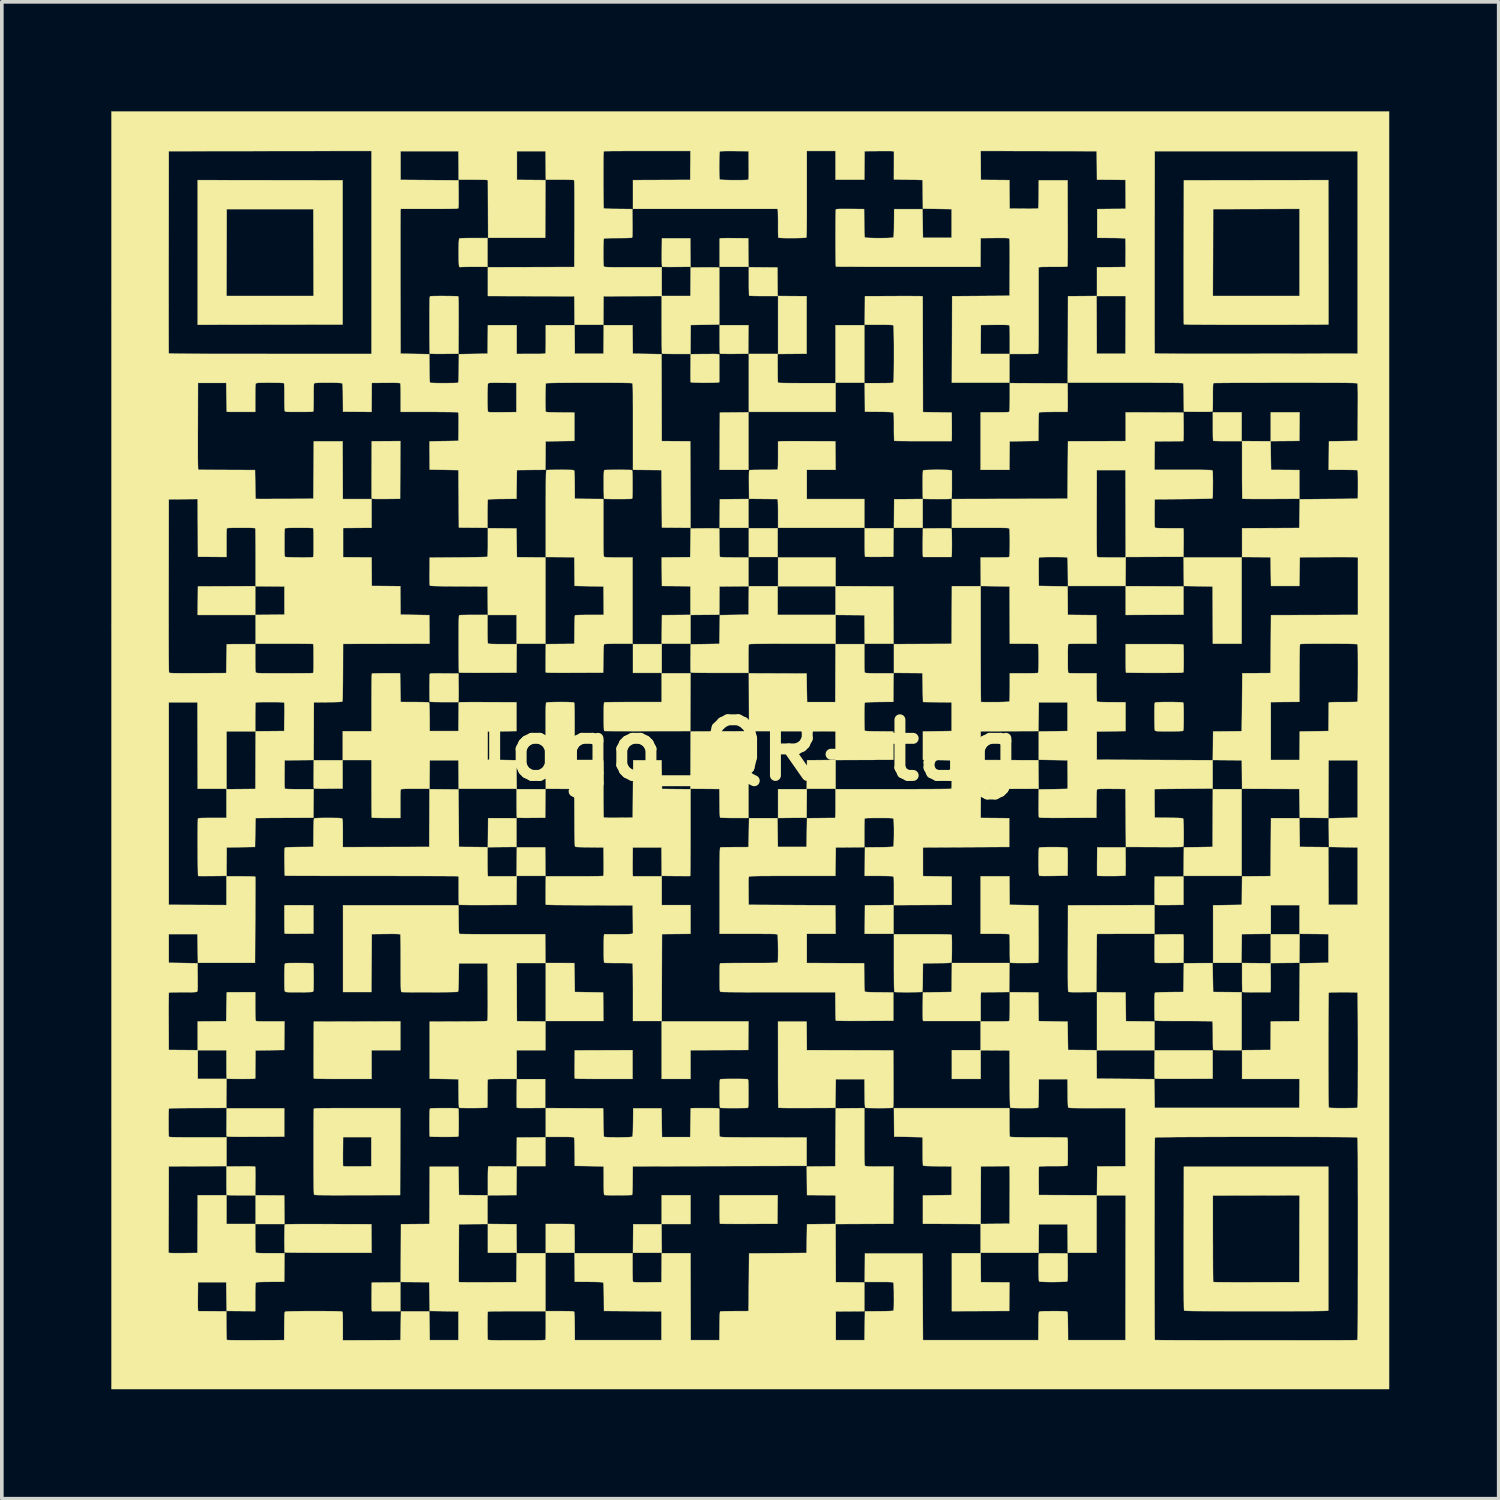
<source format=kicad_pcb>
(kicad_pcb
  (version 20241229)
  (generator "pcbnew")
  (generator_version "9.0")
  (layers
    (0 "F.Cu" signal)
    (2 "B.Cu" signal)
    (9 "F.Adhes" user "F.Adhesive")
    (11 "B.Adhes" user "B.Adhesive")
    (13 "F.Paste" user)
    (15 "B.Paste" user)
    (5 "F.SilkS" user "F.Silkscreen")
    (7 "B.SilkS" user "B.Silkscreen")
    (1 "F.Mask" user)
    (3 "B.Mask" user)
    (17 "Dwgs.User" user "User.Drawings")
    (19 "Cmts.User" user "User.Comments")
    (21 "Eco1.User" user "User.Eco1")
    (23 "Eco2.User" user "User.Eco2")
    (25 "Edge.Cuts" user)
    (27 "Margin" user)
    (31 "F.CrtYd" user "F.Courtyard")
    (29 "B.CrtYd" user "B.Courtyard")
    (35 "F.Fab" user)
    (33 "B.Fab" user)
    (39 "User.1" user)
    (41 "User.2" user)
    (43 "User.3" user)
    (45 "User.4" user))
  (footprint "logo_QR-tag"
    (layer "F.Cu")
    (at 17.506 17.506)
    (property "Reference" "logo_QR-tag" (at 0 0 0) (layer "F.SilkS") (effects (font (size 1.524 1.524) (thickness 0.3))))
    (attr through_hole)
    (fp_poly (pts (xy -13.564 -3.708) (xy -15.139 -3.708) (xy -15.132 -4.489) (xy -13.564 -4.496) (xy -13.564 -3.708)) (stroke (width 0.01) (type solid)) (fill yes) (layer "F.SilkS"))
    (fp_poly (pts (xy -5.613 11.392) (xy -6.401 11.392) (xy -6.394 10.611) (xy -5.613 10.604) (xy -5.613 11.392)) (stroke (width 0.01) (type solid)) (fill yes) (layer "F.SilkS"))
    (fp_poly (pts (xy -2.426 -2.121) (xy -3.213 -2.121) (xy -3.213 -2.908) (xy -2.426 -2.908) (xy -2.426 -2.121)) (stroke (width 0.01) (type solid)) (fill yes) (layer "F.SilkS"))
    (fp_poly (pts (xy -1.638 12.979) (xy -2.426 12.979) (xy -2.426 12.192) (xy -1.638 12.192) (xy -1.638 12.979)) (stroke (width 0.01) (type solid)) (fill yes) (layer "F.SilkS"))
    (fp_poly (pts (xy -0.051 -7.684) (xy -0.838 -7.684) (xy -0.832 -9.252) (xy -0.051 -9.259) (xy -0.051 -7.684)) (stroke (width 0.01) (type solid)) (fill yes) (layer "F.SilkS"))
    (fp_poly (pts (xy -0.051 -6.096) (xy -0.839 -6.096) (xy -0.832 -6.877) (xy -0.051 -6.884) (xy -0.051 -6.096)) (stroke (width 0.01) (type solid)) (fill yes) (layer "F.SilkS"))
    (fp_poly (pts (xy 0.749 -5.296) (xy -0.038 -5.296) (xy -0.038 -6.083) (xy 0.749 -6.083) (xy 0.749 -5.296)) (stroke (width 0.01) (type solid)) (fill yes) (layer "F.SilkS"))
    (fp_poly (pts (xy 3.124 -10.071) (xy 2.337 -10.071) (xy 2.337 -11.646) (xy 3.124 -11.646) (xy 3.124 -10.071)) (stroke (width 0.01) (type solid)) (fill yes) (layer "F.SilkS"))
    (fp_poly (pts (xy 3.924 5.029) (xy 3.137 5.029) (xy 3.143 4.248) (xy 3.924 4.241) (xy 3.924 5.029)) (stroke (width 0.01) (type solid)) (fill yes) (layer "F.SilkS"))
    (fp_poly (pts (xy 4.724 -6.096) (xy 3.937 -6.096) (xy 3.943 -6.877) (xy 4.724 -6.884) (xy 4.724 -6.096)) (stroke (width 0.01) (type solid)) (fill yes) (layer "F.SilkS"))
    (fp_poly (pts (xy 6.312 9.004) (xy 5.524 9.004) (xy 5.524 8.217) (xy 6.312 8.217) (xy 6.312 9.004)) (stroke (width 0.01) (type solid)) (fill yes) (layer "F.SilkS"))
    (fp_poly (pts (xy -12.77 12.198) (xy -12.766 12.589) (xy -12.763 12.979) (xy -13.551 12.979) (xy -13.551 12.192) (xy -12.77 12.198)) (stroke (width 0.01) (type solid)) (fill yes) (layer "F.SilkS"))
    (fp_poly (pts (xy -6.407 12.986) (xy -6.404 13.376) (xy -6.4 13.767) (xy -7.188 13.767) (xy -7.188 12.979) (xy -6.407 12.986)) (stroke (width 0.01) (type solid)) (fill yes) (layer "F.SilkS"))
    (fp_poly (pts (xy -5.616 3.051) (xy -5.613 3.442) (xy -6.401 3.442) (xy -6.394 2.661) (xy -5.62 2.661) (xy -5.616 3.051)) (stroke (width 0.01) (type solid)) (fill yes) (layer "F.SilkS"))
    (fp_poly (pts (xy -2.429 13.376) (xy -2.425 13.767) (xy -3.213 13.767) (xy -3.207 12.986) (xy -2.432 12.986) (xy -2.429 13.376)) (stroke (width 0.01) (type solid)) (fill yes) (layer "F.SilkS"))
    (fp_poly (pts (xy 1.543 -12.44) (xy 1.543 -10.865) (xy 1.153 -10.861) (xy 0.762 -10.858) (xy 0.762 -12.446) (xy 1.543 -12.44)) (stroke (width 0.01) (type solid)) (fill yes) (layer "F.SilkS"))
    (fp_poly (pts (xy 11.078 -4.493) (xy 11.868 -4.489) (xy 11.868 -3.715) (xy 10.287 -3.708) (xy 10.287 -4.496) (xy 11.078 -4.493)) (stroke (width 0.01) (type solid)) (fill yes) (layer "F.SilkS"))
    (fp_poly (pts (xy -6.407 2.648) (xy -6.798 2.651) (xy -7.189 2.655) (xy -7.185 2.258) (xy -7.182 1.861) (xy -6.407 1.861) (xy -6.407 2.648)) (stroke (width 0.01) (type solid)) (fill yes) (layer "F.SilkS"))
    (fp_poly (pts (xy 1.546 1.457) (xy 1.543 1.848) (xy 1.153 1.851) (xy 0.762 1.855) (xy 0.762 1.067) (xy 1.55 1.067) (xy 1.546 1.457)) (stroke (width 0.01) (type solid)) (fill yes) (layer "F.SilkS"))
    (fp_poly (pts (xy 13.462 3.442) (xy 11.874 3.442) (xy 11.881 2.661) (xy 12.668 2.648) (xy 12.675 1.067) (xy 13.462 1.067) (xy 13.462 3.442)) (stroke (width 0.01) (type solid)) (fill yes) (layer "F.SilkS"))
    (fp_poly (pts (xy 15.047 -8.868) (xy 15.043 -8.477) (xy 14.653 -8.474) (xy 14.262 -8.471) (xy 14.262 -9.258) (xy 15.05 -9.258) (xy 15.047 -8.868)) (stroke (width 0.01) (type solid)) (fill yes) (layer "F.SilkS"))
    (fp_poly (pts (xy 15.047 5.432) (xy 15.043 5.823) (xy 14.653 5.826) (xy 14.262 5.83) (xy 14.262 5.042) (xy 15.05 5.042) (xy 15.047 5.432)) (stroke (width 0.01) (type solid)) (fill yes) (layer "F.SilkS"))
    (fp_poly (pts (xy -0.054 7.82) (xy -0.057 8.211) (xy -1.638 8.217) (xy -1.638 9.004) (xy -2.426 9.004) (xy -2.426 7.429) (xy -0.05 7.429) (xy -0.054 7.82)) (stroke (width 0.01) (type solid)) (fill yes) (layer "F.SilkS"))
    (fp_poly (pts (xy 10.281 6.636) (xy 10.293 7.423) (xy 10.684 7.427) (xy 11.074 7.43) (xy 11.074 8.217) (xy 9.5 8.217) (xy 9.5 6.629) (xy 10.281 6.636)) (stroke (width 0.01) (type solid)) (fill yes) (layer "F.SilkS"))
    (fp_poly (pts (xy 13.462 -2.921) (xy 12.675 -2.921) (xy 12.672 -3.705) (xy 12.668 -4.489) (xy 11.881 -4.502) (xy 11.874 -5.283) (xy 13.462 -5.283) (xy 13.462 -2.921)) (stroke (width 0.01) (type solid)) (fill yes) (layer "F.SilkS"))
    (fp_poly (pts (xy 6.318 14.573) (xy 6.709 14.577) (xy 7.1 14.58) (xy 7.096 14.97) (xy 7.093 15.361) (xy 6.309 15.364) (xy 5.524 15.367) (xy 5.524 13.78) (xy 6.312 13.78) (xy 6.318 14.573)) (stroke (width 0.01) (type solid)) (fill yes) (layer "F.SilkS"))
    (fp_poly (pts (xy -9.588 15.367) (xy -10.363 15.367) (xy -10.37 15.338) (xy -10.371 15.319) (xy -10.373 15.277) (xy -10.374 15.217) (xy -10.374 15.142) (xy -10.374 15.056) (xy -10.373 14.962) (xy -10.373 14.948) (xy -10.37 14.586) (xy -9.588 14.579) (xy -9.588 15.367)) (stroke (width 0.01) (type solid)) (fill yes) (layer "F.SilkS"))
    (fp_poly (pts (xy -11.17 -15.615) (xy -11.17 -11.665) (xy -13.154 -11.662) (xy -15.138 -11.659) (xy -15.138 -12.446) (xy -14.351 -12.446) (xy -11.963 -12.446) (xy -11.97 -14.827) (xy -14.345 -14.827) (xy -14.348 -13.637) (xy -14.351 -12.446) (xy -15.138 -12.446) (xy -15.138 -15.621) (xy -11.17 -15.615)) (stroke (width 0.01) (type solid)) (fill yes) (layer "F.SilkS"))
    (fp_poly (pts (xy -0.527 -14.031) (xy -0.433 -14.031) (xy -0.419 -14.031) (xy -0.057 -14.027) (xy -0.054 -13.637) (xy -0.05 -13.246) (xy -0.838 -13.246) (xy -0.838 -14.02) (xy -0.81 -14.027) (xy -0.79 -14.029) (xy -0.748 -14.03) (xy -0.688 -14.031) (xy -0.613 -14.032) (xy -0.527 -14.031)) (stroke (width 0.01) (type solid)) (fill yes) (layer "F.SilkS"))
    (fp_poly (pts (xy 2.337 -4.496) (xy 3.127 -4.493) (xy 3.918 -4.489) (xy 3.921 -3.705) (xy 3.924 -2.921) (xy 3.137 -2.921) (xy 3.134 -3.312) (xy 3.131 -3.702) (xy 2.337 -3.709) (xy 2.337 -4.496) (xy 0.762 -4.496) (xy 0.762 -5.283) (xy 2.337 -5.283) (xy 2.337 -4.496)) (stroke (width 0.01) (type solid)) (fill yes) (layer "F.SilkS"))
    (fp_poly (pts (xy -1.638 -13.247) (xy -2.02 -13.243) (xy -2.117 -13.243) (xy -2.205 -13.242) (xy -2.282 -13.243) (xy -2.344 -13.244) (xy -2.388 -13.245) (xy -2.412 -13.246) (xy -2.414 -13.247) (xy -2.417 -13.261) (xy -2.42 -13.298) (xy -2.422 -13.356) (xy -2.423 -13.431) (xy -2.423 -13.521) (xy -2.423 -13.623) (xy -2.423 -13.641) (xy -2.419 -14.027) (xy -1.645 -14.027) (xy -1.638 -13.247)) (stroke (width 0.01) (type solid)) (fill yes) (layer "F.SilkS"))
    (fp_poly (pts (xy 13.462 -8.471) (xy 13.077 -8.471) (xy 12.98 -8.471) (xy 12.892 -8.472) (xy 12.815 -8.473) (xy 12.753 -8.475) (xy 12.709 -8.476) (xy 12.686 -8.479) (xy 12.683 -8.479) (xy 12.681 -8.494) (xy 12.679 -8.53) (xy 12.677 -8.586) (xy 12.676 -8.657) (xy 12.675 -8.742) (xy 12.675 -8.835) (xy 12.675 -8.873) (xy 12.675 -9.258) (xy 13.462 -9.258) (xy 13.462 -8.471)) (stroke (width 0.01) (type solid)) (fill yes) (layer "F.SilkS"))
    (fp_poly (pts (xy -11.17 1.048) (xy -11.561 1.051) (xy -11.675 1.052) (xy -11.767 1.052) (xy -11.838 1.051) (xy -11.89 1.05) (xy -11.925 1.047) (xy -11.947 1.044) (xy -11.957 1.04) (xy -11.958 1.038) (xy -11.959 1.022) (xy -11.96 0.983) (xy -11.961 0.926) (xy -11.961 0.853) (xy -11.961 0.769) (xy -11.961 0.675) (xy -11.96 0.648) (xy -11.957 0.273) (xy -11.17 0.273) (xy -11.17 1.048)) (stroke (width 0.01) (type solid)) (fill yes) (layer "F.SilkS"))
    (fp_poly (pts (xy -6.909 11.401) (xy -6.815 11.401) (xy -6.782 11.402) (xy -6.4 11.405) (xy -6.404 11.795) (xy -6.407 12.186) (xy -6.798 12.189) (xy -7.188 12.192) (xy -7.188 11.8) (xy -7.188 11.68) (xy -7.187 11.581) (xy -7.185 11.502) (xy -7.182 11.445) (xy -7.179 11.412) (xy -7.176 11.402) (xy -7.16 11.402) (xy -7.123 11.401) (xy -7.066 11.401) (xy -6.994 11.401) (xy -6.909 11.401)) (stroke (width 0.01) (type solid)) (fill yes) (layer "F.SilkS"))
    (fp_poly (pts (xy -5.62 9.798) (xy -6.004 9.801) (xy -6.118 9.802) (xy -6.209 9.802) (xy -6.279 9.802) (xy -6.33 9.8) (xy -6.365 9.798) (xy -6.385 9.794) (xy -6.394 9.79) (xy -6.395 9.789) (xy -6.396 9.772) (xy -6.398 9.734) (xy -6.398 9.676) (xy -6.399 9.604) (xy -6.399 9.518) (xy -6.398 9.424) (xy -6.398 9.392) (xy -6.394 9.011) (xy -5.62 9.011) (xy -5.62 9.798)) (stroke (width 0.01) (type solid)) (fill yes) (layer "F.SilkS"))
    (fp_poly (pts (xy -5.616 1.457) (xy -5.62 1.848) (xy -6.002 1.851) (xy -6.098 1.852) (xy -6.185 1.852) (xy -6.262 1.851) (xy -6.323 1.85) (xy -6.367 1.849) (xy -6.39 1.847) (xy -6.392 1.846) (xy -6.394 1.832) (xy -6.396 1.795) (xy -6.398 1.739) (xy -6.399 1.668) (xy -6.4 1.583) (xy -6.401 1.49) (xy -6.401 1.452) (xy -6.401 1.067) (xy -5.613 1.067) (xy -5.616 1.457)) (stroke (width 0.01) (type solid)) (fill yes) (layer "F.SilkS"))
    (fp_poly (pts (xy -0.054 -11.255) (xy -0.057 -10.865) (xy -0.439 -10.861) (xy -0.535 -10.861) (xy -0.623 -10.861) (xy -0.699 -10.862) (xy -0.761 -10.863) (xy -0.804 -10.864) (xy -0.827 -10.866) (xy -0.83 -10.867) (xy -0.832 -10.881) (xy -0.834 -10.918) (xy -0.835 -10.973) (xy -0.837 -11.045) (xy -0.838 -11.129) (xy -0.838 -11.223) (xy -0.838 -11.261) (xy -0.838 -11.646) (xy -0.05 -11.646) (xy -0.054 -11.255)) (stroke (width 0.01) (type solid)) (fill yes) (layer "F.SilkS"))
    (fp_poly (pts (xy 0.743 -13.227) (xy 0.746 -12.837) (xy 0.75 -12.446) (xy 0.364 -12.446) (xy 0.268 -12.446) (xy 0.18 -12.447) (xy 0.103 -12.448) (xy 0.041 -12.45) (xy -0.004 -12.452) (xy -0.027 -12.454) (xy -0.03 -12.454) (xy -0.032 -12.469) (xy -0.034 -12.505) (xy -0.035 -12.561) (xy -0.037 -12.633) (xy -0.038 -12.717) (xy -0.038 -12.81) (xy -0.038 -12.848) (xy -0.038 -13.234) (xy 0.743 -13.227)) (stroke (width 0.01) (type solid)) (fill yes) (layer "F.SilkS"))
    (fp_poly (pts (xy 3.921 -5.693) (xy 3.918 -5.302) (xy 3.536 -5.299) (xy 3.44 -5.298) (xy 3.352 -5.298) (xy 3.276 -5.299) (xy 3.214 -5.3) (xy 3.171 -5.301) (xy 3.148 -5.303) (xy 3.146 -5.304) (xy 3.143 -5.319) (xy 3.141 -5.355) (xy 3.14 -5.411) (xy 3.138 -5.482) (xy 3.137 -5.567) (xy 3.137 -5.66) (xy 3.137 -5.698) (xy 3.137 -6.083) (xy 3.925 -6.083) (xy 3.921 -5.693)) (stroke (width 0.01) (type solid)) (fill yes) (layer "F.SilkS"))
    (fp_poly (pts (xy 11.868 4.235) (xy 11.477 4.239) (xy 11.363 4.24) (xy 11.271 4.24) (xy 11.2 4.239) (xy 11.148 4.238) (xy 11.112 4.235) (xy 11.091 4.232) (xy 11.081 4.227) (xy 11.08 4.226) (xy 11.079 4.21) (xy 11.078 4.171) (xy 11.077 4.114) (xy 11.077 4.041) (xy 11.077 3.956) (xy 11.077 3.863) (xy 11.077 3.835) (xy 11.081 3.461) (xy 11.868 3.461) (xy 11.868 4.235)) (stroke (width 0.01) (type solid)) (fill yes) (layer "F.SilkS"))
    (fp_poly (pts (xy -5.104 12.98) (xy -5.017 12.98) (xy -4.949 12.981) (xy -4.9 12.982) (xy -4.864 12.985) (xy -4.842 12.988) (xy -4.828 12.992) (xy -4.822 12.997) (xy -4.821 12.999) (xy -4.819 13.017) (xy -4.817 13.056) (xy -4.816 13.115) (xy -4.815 13.188) (xy -4.814 13.273) (xy -4.813 13.367) (xy -4.813 13.393) (xy -4.813 13.767) (xy -5.601 13.767) (xy -5.601 12.979) (xy -5.215 12.979) (xy -5.104 12.98)) (stroke (width 0.01) (type solid)) (fill yes) (layer "F.SilkS"))
    (fp_poly (pts (xy -5.117 5.829) (xy -5.029 5.83) (xy -4.953 5.83) (xy -4.892 5.831) (xy -4.848 5.831) (xy -4.826 5.832) (xy -4.823 5.832) (xy -4.822 5.845) (xy -4.821 5.881) (xy -4.82 5.935) (xy -4.818 6.006) (xy -4.816 6.09) (xy -4.815 6.183) (xy -4.814 6.229) (xy -4.807 6.623) (xy -4.032 6.636) (xy -4.029 7.026) (xy -4.026 7.417) (xy -5.601 7.417) (xy -5.601 5.829) (xy -5.213 5.829) (xy -5.117 5.829)) (stroke (width 0.01) (type solid)) (fill yes) (layer "F.SilkS"))
    (fp_poly (pts (xy -12.77 10.585) (xy -13.554 10.589) (xy -13.721 10.589) (xy -13.864 10.59) (xy -13.985 10.59) (xy -14.085 10.589) (xy -14.166 10.588) (xy -14.23 10.587) (xy -14.278 10.585) (xy -14.312 10.583) (xy -14.333 10.581) (xy -14.344 10.578) (xy -14.345 10.576) (xy -14.347 10.559) (xy -14.348 10.521) (xy -14.349 10.464) (xy -14.349 10.391) (xy -14.349 10.306) (xy -14.348 10.213) (xy -14.348 10.185) (xy -14.345 9.811) (xy -12.77 9.811) (xy -12.77 10.585)) (stroke (width 0.01) (type solid)) (fill yes) (layer "F.SilkS"))
    (fp_poly (pts (xy -9.595 -6.89) (xy -9.979 -6.886) (xy -10.093 -6.886) (xy -10.184 -6.886) (xy -10.254 -6.886) (xy -10.306 -6.888) (xy -10.34 -6.89) (xy -10.361 -6.894) (xy -10.37 -6.898) (xy -10.37 -6.899) (xy -10.371 -6.914) (xy -10.372 -6.953) (xy -10.373 -7.012) (xy -10.373 -7.09) (xy -10.374 -7.185) (xy -10.374 -7.293) (xy -10.374 -7.414) (xy -10.373 -7.544) (xy -10.373 -7.682) (xy -10.373 -7.69) (xy -10.37 -8.465) (xy -9.588 -8.471) (xy -9.595 -6.89)) (stroke (width 0.01) (type solid)) (fill yes) (layer "F.SilkS"))
    (fp_poly (pts (xy 0.746 12.583) (xy 0.743 12.973) (xy -0.039 12.976) (xy -0.178 12.977) (xy -0.309 12.977) (xy -0.43 12.977) (xy -0.539 12.976) (xy -0.634 12.976) (xy -0.713 12.975) (xy -0.773 12.974) (xy -0.813 12.973) (xy -0.829 12.971) (xy -0.83 12.971) (xy -0.832 12.957) (xy -0.834 12.92) (xy -0.835 12.864) (xy -0.837 12.793) (xy -0.838 12.709) (xy -0.838 12.615) (xy -0.838 12.577) (xy -0.838 12.192) (xy 0.75 12.192) (xy 0.746 12.583)) (stroke (width 0.01) (type solid)) (fill yes) (layer "F.SilkS"))
    (fp_poly (pts (xy 12.668 8.998) (xy 11.877 9.001) (xy 11.71 9.002) (xy 11.566 9.002) (xy 11.445 9.002) (xy 11.344 9.002) (xy 11.262 9.001) (xy 11.198 9) (xy 11.149 8.998) (xy 11.115 8.996) (xy 11.093 8.993) (xy 11.082 8.99) (xy 11.08 8.988) (xy 11.079 8.972) (xy 11.078 8.934) (xy 11.077 8.876) (xy 11.077 8.804) (xy 11.077 8.719) (xy 11.077 8.625) (xy 11.077 8.598) (xy 11.081 8.223) (xy 12.668 8.223) (xy 12.668 8.998)) (stroke (width 0.01) (type solid)) (fill yes) (layer "F.SilkS"))
    (fp_poly (pts (xy -3.226 9.004) (xy -4.014 9.004) (xy -4.181 9.004) (xy -4.325 9.004) (xy -4.446 9.003) (xy -4.547 9.002) (xy -4.629 9.001) (xy -4.693 9) (xy -4.741 8.998) (xy -4.775 8.996) (xy -4.796 8.993) (xy -4.806 8.99) (xy -4.808 8.988) (xy -4.809 8.972) (xy -4.81 8.933) (xy -4.811 8.876) (xy -4.811 8.804) (xy -4.811 8.719) (xy -4.811 8.625) (xy -4.81 8.598) (xy -4.807 8.223) (xy -4.016 8.22) (xy -3.226 8.217) (xy -3.226 9.004)) (stroke (width 0.01) (type solid)) (fill yes) (layer "F.SilkS"))
    (fp_poly (pts (xy -0.051 1.854) (xy -0.429 1.854) (xy -0.525 1.854) (xy -0.613 1.853) (xy -0.689 1.851) (xy -0.752 1.849) (xy -0.796 1.847) (xy -0.82 1.845) (xy -0.822 1.844) (xy -0.827 1.834) (xy -0.831 1.81) (xy -0.834 1.77) (xy -0.837 1.712) (xy -0.839 1.633) (xy -0.84 1.533) (xy -0.841 1.447) (xy -0.845 1.06) (xy -1.242 1.057) (xy -1.638 1.054) (xy -1.635 0.27) (xy -1.632 -0.514) (xy -0.841 -0.518) (xy -0.051 -0.521) (xy -0.051 1.854)) (stroke (width 0.01) (type solid)) (fill yes) (layer "F.SilkS"))
    (fp_poly (pts (xy -12.452 4.244) (xy -12.358 4.244) (xy -12.338 4.245) (xy -11.97 4.248) (xy -11.97 5.023) (xy -12.358 5.026) (xy -12.455 5.027) (xy -12.543 5.027) (xy -12.621 5.026) (xy -12.683 5.025) (xy -12.728 5.024) (xy -12.752 5.022) (xy -12.755 5.021) (xy -12.757 5.006) (xy -12.759 4.97) (xy -12.761 4.914) (xy -12.762 4.843) (xy -12.763 4.759) (xy -12.763 4.666) (xy -12.764 4.634) (xy -12.764 4.255) (xy -12.735 4.248) (xy -12.715 4.246) (xy -12.674 4.245) (xy -12.614 4.244) (xy -12.539 4.244) (xy -12.452 4.244)) (stroke (width 0.01) (type solid)) (fill yes) (layer "F.SilkS"))
    (fp_poly (pts (xy 0.749 -10.479) (xy 0.75 -10.382) (xy 0.75 -10.293) (xy 0.751 -10.215) (xy 0.753 -10.152) (xy 0.754 -10.106) (xy 0.756 -10.081) (xy 0.757 -10.078) (xy 0.761 -10.074) (xy 0.769 -10.071) (xy 0.784 -10.068) (xy 0.808 -10.065) (xy 0.842 -10.063) (xy 0.888 -10.062) (xy 0.949 -10.061) (xy 1.025 -10.06) (xy 1.12 -10.059) (xy 1.234 -10.059) (xy 1.369 -10.058) (xy 1.528 -10.058) (xy 1.551 -10.058) (xy 2.337 -10.058) (xy 2.337 -9.271) (xy -0.038 -9.271) (xy -0.038 -10.858) (xy 0.749 -10.858) (xy 0.749 -10.479)) (stroke (width 0.01) (type solid)) (fill yes) (layer "F.SilkS"))
    (fp_poly (pts (xy 14.256 -8.465) (xy 14.268 -7.682) (xy 15.043 -7.677) (xy 15.043 -6.89) (xy 14.267 -6.886) (xy 14.129 -6.886) (xy 13.999 -6.886) (xy 13.878 -6.886) (xy 13.77 -6.886) (xy 13.675 -6.887) (xy 13.597 -6.888) (xy 13.538 -6.889) (xy 13.499 -6.89) (xy 13.483 -6.892) (xy 13.483 -6.892) (xy 13.482 -6.906) (xy 13.48 -6.943) (xy 13.479 -7.001) (xy 13.478 -7.078) (xy 13.477 -7.171) (xy 13.476 -7.279) (xy 13.475 -7.4) (xy 13.475 -7.53) (xy 13.475 -7.668) (xy 13.475 -7.686) (xy 13.475 -8.471) (xy 14.256 -8.465)) (stroke (width 0.01) (type solid)) (fill yes) (layer "F.SilkS"))
    (fp_poly (pts (xy 14.256 5.836) (xy 14.259 6.204) (xy 14.26 6.299) (xy 14.26 6.388) (xy 14.26 6.465) (xy 14.259 6.529) (xy 14.258 6.574) (xy 14.256 6.599) (xy 14.256 6.601) (xy 14.249 6.629) (xy 13.87 6.629) (xy 13.775 6.629) (xy 13.687 6.628) (xy 13.612 6.627) (xy 13.55 6.626) (xy 13.507 6.624) (xy 13.485 6.622) (xy 13.483 6.621) (xy 13.481 6.607) (xy 13.479 6.57) (xy 13.478 6.514) (xy 13.476 6.443) (xy 13.475 6.358) (xy 13.475 6.264) (xy 13.475 6.221) (xy 13.475 5.829) (xy 14.256 5.836)) (stroke (width 0.01) (type solid)) (fill yes) (layer "F.SilkS"))
    (fp_poly (pts (xy -9.588 8.217) (xy -10.376 8.217) (xy -10.376 9.004) (xy -11.164 9.004) (xy -11.332 9.004) (xy -11.476 9.004) (xy -11.598 9.003) (xy -11.699 9.002) (xy -11.781 9.001) (xy -11.845 9) (xy -11.893 8.998) (xy -11.927 8.995) (xy -11.947 8.993) (xy -11.957 8.989) (xy -11.958 8.988) (xy -11.959 8.973) (xy -11.959 8.935) (xy -11.96 8.876) (xy -11.961 8.798) (xy -11.961 8.703) (xy -11.961 8.595) (xy -11.961 8.474) (xy -11.961 8.344) (xy -11.96 8.207) (xy -11.96 8.204) (xy -11.957 7.436) (xy -10.773 7.433) (xy -9.588 7.429) (xy -9.588 8.217)) (stroke (width 0.01) (type solid)) (fill yes) (layer "F.SilkS"))
    (fp_poly (pts (xy -13.741 11.401) (xy -13.662 11.403) (xy -13.606 11.405) (xy -13.574 11.408) (xy -13.566 11.411) (xy -13.564 11.426) (xy -13.562 11.464) (xy -13.561 11.521) (xy -13.56 11.593) (xy -13.56 11.678) (xy -13.56 11.772) (xy -13.561 11.808) (xy -13.564 12.192) (xy -13.949 12.192) (xy -14.046 12.192) (xy -14.134 12.191) (xy -14.21 12.19) (xy -14.273 12.188) (xy -14.317 12.186) (xy -14.34 12.184) (xy -14.343 12.184) (xy -14.345 12.169) (xy -14.347 12.133) (xy -14.348 12.077) (xy -14.35 12.005) (xy -14.35 11.921) (xy -14.351 11.828) (xy -14.351 11.79) (xy -14.351 11.405) (xy -13.963 11.402) (xy -13.841 11.401) (xy -13.741 11.401)) (stroke (width 0.01) (type solid)) (fill yes) (layer "F.SilkS"))
    (fp_poly (pts (xy 10.284 3.041) (xy 10.285 3.137) (xy 10.284 3.225) (xy 10.283 3.301) (xy 10.282 3.363) (xy 10.28 3.406) (xy 10.278 3.429) (xy 10.277 3.432) (xy 10.261 3.435) (xy 10.225 3.438) (xy 10.17 3.44) (xy 10.103 3.442) (xy 10.025 3.444) (xy 9.941 3.445) (xy 9.855 3.445) (xy 9.771 3.445) (xy 9.692 3.445) (xy 9.622 3.443) (xy 9.565 3.442) (xy 9.525 3.439) (xy 9.505 3.436) (xy 9.504 3.435) (xy 9.503 3.42) (xy 9.502 3.382) (xy 9.502 3.325) (xy 9.502 3.253) (xy 9.502 3.169) (xy 9.502 3.075) (xy 9.503 3.042) (xy 9.506 2.661) (xy 10.281 2.661) (xy 10.284 3.041)) (stroke (width 0.01) (type solid)) (fill yes) (layer "F.SilkS"))
    (fp_poly (pts (xy -7.201 -13.246) (xy -7.562 -13.246) (xy -7.656 -13.246) (xy -7.742 -13.245) (xy -7.816 -13.244) (xy -7.876 -13.243) (xy -7.918 -13.241) (xy -7.939 -13.24) (xy -7.94 -13.239) (xy -7.963 -13.242) (xy -7.973 -13.248) (xy -7.978 -13.266) (xy -7.981 -13.304) (xy -7.985 -13.36) (xy -7.987 -13.43) (xy -7.989 -13.509) (xy -7.989 -13.594) (xy -7.989 -13.681) (xy -7.989 -13.766) (xy -7.987 -13.844) (xy -7.985 -13.913) (xy -7.981 -13.967) (xy -7.977 -14.004) (xy -7.973 -14.018) (xy -7.961 -14.023) (xy -7.932 -14.027) (xy -7.887 -14.03) (xy -7.822 -14.032) (xy -7.736 -14.033) (xy -7.627 -14.033) (xy -7.579 -14.034) (xy -7.201 -14.034) (xy -7.201 -13.246)) (stroke (width 0.01) (type solid)) (fill yes) (layer "F.SilkS"))
    (fp_poly (pts (xy 5.395 -6.08) (xy 5.447 -6.079) (xy 5.483 -6.076) (xy 5.504 -6.073) (xy 5.514 -6.068) (xy 5.514 -6.068) (xy 5.517 -6.051) (xy 5.519 -6.013) (xy 5.521 -5.958) (xy 5.522 -5.889) (xy 5.523 -5.811) (xy 5.524 -5.727) (xy 5.524 -5.642) (xy 5.524 -5.559) (xy 5.523 -5.483) (xy 5.522 -5.417) (xy 5.52 -5.366) (xy 5.518 -5.333) (xy 5.516 -5.324) (xy 5.509 -5.296) (xy 4.738 -5.296) (xy 4.731 -5.324) (xy 4.729 -5.344) (xy 4.728 -5.386) (xy 4.727 -5.446) (xy 4.726 -5.521) (xy 4.726 -5.607) (xy 4.727 -5.701) (xy 4.727 -5.715) (xy 4.731 -6.077) (xy 5.117 -6.08) (xy 5.232 -6.081) (xy 5.324 -6.081) (xy 5.395 -6.08)) (stroke (width 0.01) (type solid)) (fill yes) (layer "F.SilkS"))
    (fp_poly (pts (xy 7.096 6.226) (xy 7.093 6.623) (xy 6.718 6.626) (xy 6.623 6.627) (xy 6.535 6.627) (xy 6.459 6.628) (xy 6.397 6.629) (xy 6.353 6.629) (xy 6.33 6.629) (xy 6.328 6.629) (xy 6.323 6.635) (xy 6.319 6.652) (xy 6.317 6.684) (xy 6.314 6.733) (xy 6.313 6.8) (xy 6.312 6.888) (xy 6.312 6.999) (xy 6.312 7.023) (xy 6.312 7.417) (xy 4.738 7.417) (xy 4.731 7.388) (xy 4.729 7.368) (xy 4.728 7.327) (xy 4.727 7.267) (xy 4.726 7.192) (xy 4.726 7.106) (xy 4.727 7.012) (xy 4.727 6.998) (xy 4.731 6.636) (xy 5.518 6.623) (xy 5.522 6.226) (xy 5.525 5.829) (xy 7.1 5.829) (xy 7.096 6.226)) (stroke (width 0.01) (type solid)) (fill yes) (layer "F.SilkS"))
    (fp_poly (pts (xy 11.727 5.041) (xy 11.789 5.042) (xy 11.834 5.043) (xy 11.857 5.046) (xy 11.859 5.047) (xy 11.864 5.056) (xy 11.867 5.076) (xy 11.87 5.111) (xy 11.872 5.163) (xy 11.872 5.232) (xy 11.872 5.323) (xy 11.872 5.437) (xy 11.872 5.44) (xy 11.868 5.823) (xy 11.486 5.826) (xy 11.374 5.827) (xy 11.284 5.827) (xy 11.215 5.827) (xy 11.164 5.825) (xy 11.128 5.823) (xy 11.105 5.82) (xy 11.092 5.815) (xy 11.089 5.812) (xy 11.084 5.798) (xy 11.081 5.765) (xy 11.078 5.714) (xy 11.077 5.642) (xy 11.077 5.548) (xy 11.077 5.43) (xy 11.077 5.421) (xy 11.081 5.048) (xy 11.462 5.042) (xy 11.56 5.041) (xy 11.649 5.04) (xy 11.727 5.041)) (stroke (width 0.01) (type solid)) (fill yes) (layer "F.SilkS"))
    (fp_poly (pts (xy 3.124 10.584) (xy 3.124 10.746) (xy 3.124 10.884) (xy 3.125 11.001) (xy 3.125 11.098) (xy 3.126 11.177) (xy 3.128 11.24) (xy 3.129 11.288) (xy 3.131 11.325) (xy 3.134 11.351) (xy 3.137 11.368) (xy 3.14 11.379) (xy 3.144 11.385) (xy 3.153 11.39) (xy 3.167 11.395) (xy 3.191 11.398) (xy 3.226 11.401) (xy 3.276 11.403) (xy 3.343 11.404) (xy 3.429 11.404) (xy 3.538 11.405) (xy 3.544 11.405) (xy 3.924 11.405) (xy 3.921 12.189) (xy 3.918 12.973) (xy 2.337 12.98) (xy 2.337 12.192) (xy 1.946 12.189) (xy 1.556 12.186) (xy 1.552 11.795) (xy 1.549 11.405) (xy 1.94 11.402) (xy 2.33 11.398) (xy 2.343 9.811) (xy 3.124 9.804) (xy 3.124 10.584)) (stroke (width 0.01) (type solid)) (fill yes) (layer "F.SilkS"))
    (fp_poly (pts (xy -8.392 -2.105) (xy -8.381 -2.105) (xy -7.995 -2.102) (xy -7.991 -1.74) (xy -7.99 -1.645) (xy -7.99 -1.558) (xy -7.991 -1.481) (xy -7.991 -1.419) (xy -7.993 -1.374) (xy -7.994 -1.351) (xy -7.995 -1.349) (xy -8.001 -1.321) (xy -8.386 -1.321) (xy -8.483 -1.321) (xy -8.571 -1.322) (xy -8.648 -1.323) (xy -8.71 -1.325) (xy -8.754 -1.326) (xy -8.777 -1.328) (xy -8.78 -1.329) (xy -8.782 -1.344) (xy -8.785 -1.38) (xy -8.786 -1.434) (xy -8.787 -1.502) (xy -8.788 -1.58) (xy -8.788 -1.664) (xy -8.788 -1.749) (xy -8.787 -1.834) (xy -8.786 -1.912) (xy -8.785 -1.981) (xy -8.783 -2.037) (xy -8.781 -2.075) (xy -8.778 -2.092) (xy -8.778 -2.093) (xy -8.769 -2.097) (xy -8.749 -2.101) (xy -8.715 -2.104) (xy -8.664 -2.105) (xy -8.595 -2.106) (xy -8.505 -2.106) (xy -8.392 -2.105)) (stroke (width 0.01) (type solid)) (fill yes) (layer "F.SilkS"))
    (fp_poly (pts (xy -1.645 -0.527) (xy -2.813 -0.525) (xy -2.983 -0.525) (xy -3.147 -0.524) (xy -3.301 -0.525) (xy -3.444 -0.525) (xy -3.575 -0.525) (xy -3.692 -0.525) (xy -3.792 -0.526) (xy -3.875 -0.527) (xy -3.938 -0.527) (xy -3.979 -0.528) (xy -3.997 -0.529) (xy -3.997 -0.529) (xy -4.002 -0.537) (xy -4.006 -0.557) (xy -4.009 -0.593) (xy -4.011 -0.645) (xy -4.012 -0.716) (xy -4.013 -0.808) (xy -4.013 -0.92) (xy -4.013 -1.031) (xy -4.013 -1.118) (xy -4.012 -1.185) (xy -4.01 -1.235) (xy -4.008 -1.27) (xy -4.005 -1.293) (xy -4 -1.306) (xy -3.995 -1.312) (xy -3.993 -1.313) (xy -3.977 -1.314) (xy -3.938 -1.316) (xy -3.878 -1.317) (xy -3.799 -1.318) (xy -3.704 -1.319) (xy -3.595 -1.32) (xy -3.474 -1.32) (xy -3.343 -1.321) (xy -3.205 -1.321) (xy -2.426 -1.321) (xy -2.426 -2.108) (xy -1.638 -2.108) (xy -1.645 -0.527)) (stroke (width 0.01) (type solid)) (fill yes) (layer "F.SilkS"))
    (fp_poly (pts (xy -1.057 -13.231) (xy -0.981 -13.23) (xy -0.919 -13.229) (xy -0.876 -13.227) (xy -0.853 -13.225) (xy -0.851 -13.224) (xy -0.851 -13.21) (xy -0.851 -13.173) (xy -0.851 -13.114) (xy -0.851 -13.037) (xy -0.851 -12.944) (xy -0.851 -12.836) (xy -0.851 -12.716) (xy -0.851 -12.586) (xy -0.85 -12.448) (xy -0.85 -12.44) (xy -0.85 -11.665) (xy -1.632 -11.652) (xy -1.639 -10.858) (xy -2.024 -10.858) (xy -2.12 -10.859) (xy -2.208 -10.86) (xy -2.285 -10.861) (xy -2.347 -10.862) (xy -2.391 -10.864) (xy -2.415 -10.866) (xy -2.417 -10.867) (xy -2.419 -10.881) (xy -2.42 -10.918) (xy -2.421 -10.976) (xy -2.423 -11.053) (xy -2.424 -11.146) (xy -2.424 -11.254) (xy -2.425 -11.375) (xy -2.426 -11.505) (xy -2.426 -11.643) (xy -2.426 -11.661) (xy -2.426 -12.446) (xy -1.639 -12.446) (xy -1.632 -13.227) (xy -1.241 -13.23) (xy -1.145 -13.231) (xy -1.057 -13.231)) (stroke (width 0.01) (type solid)) (fill yes) (layer "F.SilkS"))
    (fp_poly (pts (xy 8.295 13.782) (xy 8.307 13.782) (xy 8.693 13.786) (xy 8.697 14.159) (xy 8.697 14.279) (xy 8.697 14.376) (xy 8.696 14.45) (xy 8.693 14.502) (xy 8.69 14.535) (xy 8.685 14.549) (xy 8.669 14.555) (xy 8.631 14.559) (xy 8.575 14.562) (xy 8.506 14.565) (xy 8.427 14.567) (xy 8.342 14.568) (xy 8.255 14.568) (xy 8.171 14.568) (xy 8.092 14.566) (xy 8.023 14.564) (xy 7.968 14.561) (xy 7.93 14.556) (xy 7.915 14.552) (xy 7.911 14.535) (xy 7.907 14.498) (xy 7.905 14.443) (xy 7.902 14.374) (xy 7.901 14.296) (xy 7.899 14.212) (xy 7.899 14.126) (xy 7.899 14.042) (xy 7.9 13.965) (xy 7.902 13.897) (xy 7.904 13.844) (xy 7.907 13.808) (xy 7.91 13.795) (xy 7.918 13.79) (xy 7.939 13.787) (xy 7.973 13.784) (xy 8.024 13.783) (xy 8.093 13.782) (xy 8.183 13.782) (xy 8.295 13.782)) (stroke (width 0.01) (type solid)) (fill yes) (layer "F.SilkS"))
    (fp_poly (pts (xy 8.348 2.653) (xy 8.432 2.654) (xy 8.511 2.656) (xy 8.579 2.659) (xy 8.634 2.663) (xy 8.671 2.667) (xy 8.685 2.672) (xy 8.69 2.687) (xy 8.693 2.72) (xy 8.696 2.773) (xy 8.697 2.847) (xy 8.697 2.944) (xy 8.697 3.062) (xy 8.693 3.435) (xy 8.313 3.442) (xy 8.2 3.443) (xy 8.11 3.444) (xy 8.041 3.444) (xy 7.989 3.443) (xy 7.953 3.441) (xy 7.931 3.437) (xy 7.918 3.433) (xy 7.916 3.431) (xy 7.911 3.414) (xy 7.907 3.375) (xy 7.903 3.319) (xy 7.901 3.249) (xy 7.899 3.17) (xy 7.898 3.085) (xy 7.898 2.998) (xy 7.899 2.914) (xy 7.901 2.837) (xy 7.903 2.769) (xy 7.906 2.716) (xy 7.911 2.681) (xy 7.915 2.67) (xy 7.932 2.665) (xy 7.971 2.66) (xy 8.027 2.657) (xy 8.097 2.655) (xy 8.176 2.653) (xy 8.261 2.653) (xy 8.348 2.653)) (stroke (width 0.01) (type solid)) (fill yes) (layer "F.SilkS"))
    (fp_poly (pts (xy -11.912 12.982) (xy -11.723 12.982) (xy -11.563 12.983) (xy -10.382 12.986) (xy -10.379 13.376) (xy -10.376 13.767) (xy -11.561 13.767) (xy -11.732 13.767) (xy -11.897 13.766) (xy -12.052 13.766) (xy -12.196 13.765) (xy -12.328 13.765) (xy -12.445 13.764) (xy -12.546 13.763) (xy -12.629 13.762) (xy -12.693 13.761) (xy -12.735 13.76) (xy -12.754 13.759) (xy -12.755 13.758) (xy -12.758 13.743) (xy -12.76 13.707) (xy -12.761 13.653) (xy -12.762 13.585) (xy -12.763 13.508) (xy -12.763 13.424) (xy -12.763 13.338) (xy -12.762 13.254) (xy -12.761 13.176) (xy -12.76 13.107) (xy -12.758 13.051) (xy -12.756 13.013) (xy -12.753 12.995) (xy -12.753 12.995) (xy -12.746 12.992) (xy -12.73 12.99) (xy -12.702 12.988) (xy -12.661 12.986) (xy -12.607 12.985) (xy -12.537 12.984) (xy -12.45 12.983) (xy -12.346 12.982) (xy -12.222 12.982) (xy -12.078 12.982) (xy -11.912 12.982)) (stroke (width 0.01) (type solid)) (fill yes) (layer "F.SilkS"))
    (fp_poly (pts (xy -0.977 -10.857) (xy -0.928 -10.856) (xy -0.893 -10.854) (xy -0.871 -10.851) (xy -0.858 -10.848) (xy -0.852 -10.843) (xy -0.851 -10.836) (xy -0.851 -10.811) (xy -0.851 -10.765) (xy -0.851 -10.704) (xy -0.85 -10.631) (xy -0.85 -10.55) (xy -0.85 -10.465) (xy -0.85 -10.38) (xy -0.85 -10.299) (xy -0.85 -10.226) (xy -0.85 -10.164) (xy -0.85 -10.118) (xy -0.85 -10.092) (xy -0.851 -10.087) (xy -0.863 -10.082) (xy -0.897 -10.078) (xy -0.948 -10.075) (xy -1.014 -10.072) (xy -1.091 -10.071) (xy -1.174 -10.07) (xy -1.26 -10.07) (xy -1.345 -10.07) (xy -1.426 -10.072) (xy -1.498 -10.074) (xy -1.558 -10.077) (xy -1.603 -10.08) (xy -1.628 -10.085) (xy -1.633 -10.087) (xy -1.634 -10.103) (xy -1.635 -10.142) (xy -1.636 -10.199) (xy -1.636 -10.272) (xy -1.636 -10.357) (xy -1.636 -10.45) (xy -1.635 -10.478) (xy -1.632 -10.852) (xy -1.241 -10.856) (xy -1.131 -10.856) (xy -1.044 -10.857) (xy -0.977 -10.857)) (stroke (width 0.01) (type solid)) (fill yes) (layer "F.SilkS"))
    (fp_poly (pts (xy 11.074 5.029) (xy 10.287 5.029) (xy 10.148 5.029) (xy 10.017 5.029) (xy 9.896 5.03) (xy 9.786 5.03) (xy 9.691 5.03) (xy 9.613 5.031) (xy 9.553 5.031) (xy 9.513 5.032) (xy 9.497 5.032) (xy 9.497 5.032) (xy 9.496 5.045) (xy 9.495 5.081) (xy 9.494 5.139) (xy 9.493 5.215) (xy 9.492 5.308) (xy 9.491 5.415) (xy 9.49 5.535) (xy 9.489 5.665) (xy 9.487 5.803) (xy 9.487 5.829) (xy 9.481 6.623) (xy 9.104 6.626) (xy 8.993 6.627) (xy 8.905 6.627) (xy 8.836 6.627) (xy 8.786 6.625) (xy 8.751 6.623) (xy 8.729 6.619) (xy 8.717 6.615) (xy 8.714 6.612) (xy 8.711 6.602) (xy 8.709 6.576) (xy 8.707 6.535) (xy 8.705 6.477) (xy 8.704 6.4) (xy 8.703 6.305) (xy 8.702 6.19) (xy 8.702 6.054) (xy 8.702 5.896) (xy 8.702 5.714) (xy 8.702 5.509) (xy 8.703 5.422) (xy 8.706 4.248) (xy 9.89 4.245) (xy 11.074 4.242) (xy 11.074 5.029)) (stroke (width 0.01) (type solid)) (fill yes) (layer "F.SilkS"))
    (fp_poly (pts (xy -6.407 -6.077) (xy -6.394 -5.29) (xy -6.004 -5.286) (xy -5.613 -5.283) (xy -5.613 -2.921) (xy -6.401 -2.921) (xy -6.401 -3.708) (xy -7.188 -3.708) (xy -7.191 -4.099) (xy -7.195 -4.489) (xy -7.974 -4.493) (xy -8.152 -4.494) (xy -8.305 -4.495) (xy -8.434 -4.496) (xy -8.541 -4.498) (xy -8.626 -4.5) (xy -8.691 -4.502) (xy -8.737 -4.505) (xy -8.763 -4.508) (xy -8.772 -4.51) (xy -8.777 -4.519) (xy -8.781 -4.537) (xy -8.783 -4.567) (xy -8.785 -4.611) (xy -8.786 -4.673) (xy -8.786 -4.754) (xy -8.786 -4.856) (xy -8.785 -4.901) (xy -8.782 -5.277) (xy -8.001 -5.283) (xy -7.862 -5.284) (xy -7.731 -5.286) (xy -7.609 -5.288) (xy -7.499 -5.29) (xy -7.403 -5.292) (xy -7.323 -5.294) (xy -7.262 -5.296) (xy -7.222 -5.298) (xy -7.204 -5.3) (xy -7.204 -5.3) (xy -7.199 -5.309) (xy -7.196 -5.331) (xy -7.193 -5.368) (xy -7.191 -5.422) (xy -7.189 -5.496) (xy -7.188 -5.591) (xy -7.188 -5.697) (xy -7.188 -6.084) (xy -6.407 -6.077)) (stroke (width 0.01) (type solid)) (fill yes) (layer "F.SilkS"))
    (fp_poly (pts (xy -1.057 -6.081) (xy -0.981 -6.08) (xy -0.919 -6.079) (xy -0.876 -6.077) (xy -0.853 -6.075) (xy -0.851 -6.074) (xy -0.85 -6.059) (xy -0.85 -6.022) (xy -0.85 -5.967) (xy -0.849 -5.895) (xy -0.848 -5.811) (xy -0.848 -5.718) (xy -0.847 -5.686) (xy -0.846 -5.576) (xy -0.845 -5.488) (xy -0.844 -5.421) (xy -0.841 -5.371) (xy -0.839 -5.336) (xy -0.835 -5.314) (xy -0.83 -5.301) (xy -0.826 -5.296) (xy -0.808 -5.292) (xy -0.768 -5.29) (xy -0.709 -5.287) (xy -0.632 -5.285) (xy -0.543 -5.284) (xy -0.443 -5.283) (xy -0.429 -5.283) (xy -0.051 -5.283) (xy -0.051 -4.496) (xy -0.845 -4.489) (xy -0.847 -4.102) (xy -0.849 -3.715) (xy -1.244 -3.711) (xy -1.638 -3.708) (xy -1.638 -2.921) (xy -2.426 -2.921) (xy -2.419 -3.702) (xy -1.638 -3.709) (xy -1.638 -4.495) (xy -2.029 -4.499) (xy -2.419 -4.502) (xy -2.423 -4.892) (xy -2.426 -5.283) (xy -2.035 -5.286) (xy -1.645 -5.29) (xy -1.632 -6.077) (xy -1.241 -6.08) (xy -1.145 -6.081) (xy -1.057 -6.081)) (stroke (width 0.01) (type solid)) (fill yes) (layer "F.SilkS"))
    (fp_poly (pts (xy 7.903 -10.055) (xy 8.693 -10.052) (xy 8.697 -9.69) (xy 8.697 -9.595) (xy 8.698 -9.508) (xy 8.697 -9.431) (xy 8.696 -9.369) (xy 8.695 -9.324) (xy 8.694 -9.301) (xy 8.693 -9.3) (xy 8.686 -9.271) (xy 8.309 -9.271) (xy 8.213 -9.27) (xy 8.125 -9.269) (xy 8.048 -9.268) (xy 7.986 -9.266) (xy 7.941 -9.264) (xy 7.918 -9.261) (xy 7.915 -9.261) (xy 7.911 -9.251) (xy 7.907 -9.227) (xy 7.903 -9.187) (xy 7.901 -9.129) (xy 7.899 -9.05) (xy 7.897 -8.95) (xy 7.896 -8.864) (xy 7.893 -8.477) (xy 7.106 -8.465) (xy 7.099 -7.684) (xy 6.312 -7.684) (xy 6.312 -9.258) (xy 6.699 -9.258) (xy 6.808 -9.258) (xy 6.895 -9.259) (xy 6.962 -9.259) (xy 7.011 -9.261) (xy 7.047 -9.263) (xy 7.07 -9.266) (xy 7.085 -9.27) (xy 7.093 -9.275) (xy 7.098 -9.282) (xy 7.099 -9.283) (xy 7.103 -9.303) (xy 7.106 -9.348) (xy 7.109 -9.414) (xy 7.111 -9.501) (xy 7.112 -9.606) (xy 7.112 -9.683) (xy 7.112 -10.059) (xy 7.903 -10.055)) (stroke (width 0.01) (type solid)) (fill yes) (layer "F.SilkS"))
    (fp_poly (pts (xy 0.749 -3.708) (xy 2.337 -3.708) (xy 2.337 -2.921) (xy 1.168 -2.921) (xy 0.935 -2.921) (xy 0.727 -2.92) (xy 0.545 -2.92) (xy 0.388 -2.919) (xy 0.256 -2.917) (xy 0.15 -2.916) (xy 0.068 -2.914) (xy 0.012 -2.912) (xy -0.02 -2.909) (xy -0.026 -2.908) (xy -0.033 -2.903) (xy -0.039 -2.895) (xy -0.043 -2.881) (xy -0.046 -2.859) (xy -0.048 -2.825) (xy -0.05 -2.777) (xy -0.05 -2.712) (xy -0.051 -2.628) (xy -0.051 -2.521) (xy -0.051 -2.121) (xy -0.839 -2.121) (xy -1.006 -2.121) (xy -1.15 -2.121) (xy -1.271 -2.122) (xy -1.372 -2.123) (xy -1.454 -2.124) (xy -1.518 -2.125) (xy -1.566 -2.127) (xy -1.6 -2.13) (xy -1.621 -2.132) (xy -1.631 -2.136) (xy -1.633 -2.137) (xy -1.634 -2.153) (xy -1.635 -2.192) (xy -1.636 -2.249) (xy -1.636 -2.322) (xy -1.636 -2.406) (xy -1.636 -2.5) (xy -1.635 -2.527) (xy -1.632 -2.902) (xy -0.845 -2.915) (xy -0.832 -3.702) (xy -0.044 -3.715) (xy -0.041 -4.105) (xy -0.038 -4.496) (xy 0.749 -4.496) (xy 0.749 -3.708)) (stroke (width 0.01) (type solid)) (fill yes) (layer "F.SilkS"))
    (fp_poly (pts (xy 5.251 -7.683) (xy 5.328 -7.682) (xy 5.395 -7.68) (xy 5.448 -7.677) (xy 5.482 -7.673) (xy 5.492 -7.671) (xy 5.524 -7.659) (xy 5.524 -7.291) (xy 5.524 -7.196) (xy 5.524 -7.109) (xy 5.522 -7.033) (xy 5.521 -6.971) (xy 5.519 -6.928) (xy 5.517 -6.905) (xy 5.517 -6.903) (xy 5.512 -6.898) (xy 5.501 -6.893) (xy 5.482 -6.89) (xy 5.451 -6.887) (xy 5.406 -6.885) (xy 5.345 -6.884) (xy 5.264 -6.884) (xy 5.161 -6.883) (xy 5.125 -6.883) (xy 5.029 -6.884) (xy 4.941 -6.884) (xy 4.864 -6.886) (xy 4.802 -6.887) (xy 4.758 -6.889) (xy 4.735 -6.891) (xy 4.733 -6.892) (xy 4.731 -6.906) (xy 4.729 -6.943) (xy 4.727 -6.998) (xy 4.726 -7.07) (xy 4.725 -7.153) (xy 4.724 -7.247) (xy 4.724 -7.277) (xy 4.725 -7.394) (xy 4.726 -7.489) (xy 4.727 -7.561) (xy 4.73 -7.613) (xy 4.733 -7.648) (xy 4.738 -7.665) (xy 4.74 -7.668) (xy 4.756 -7.673) (xy 4.794 -7.676) (xy 4.85 -7.679) (xy 4.919 -7.681) (xy 4.997 -7.683) (xy 5.082 -7.684) (xy 5.167 -7.684) (xy 5.251 -7.683)) (stroke (width 0.01) (type solid)) (fill yes) (layer "F.SilkS"))
    (fp_poly (pts (xy 7.106 4.235) (xy 7.893 4.248) (xy 7.896 5.028) (xy 7.897 5.195) (xy 7.897 5.338) (xy 7.897 5.459) (xy 7.897 5.56) (xy 7.896 5.641) (xy 7.895 5.705) (xy 7.893 5.753) (xy 7.891 5.786) (xy 7.888 5.808) (xy 7.885 5.818) (xy 7.884 5.819) (xy 7.867 5.821) (xy 7.83 5.824) (xy 7.775 5.826) (xy 7.706 5.827) (xy 7.628 5.828) (xy 7.544 5.829) (xy 7.458 5.829) (xy 7.374 5.829) (xy 7.296 5.828) (xy 7.228 5.827) (xy 7.174 5.825) (xy 7.136 5.823) (xy 7.121 5.821) (xy 7.12 5.821) (xy 7.118 5.806) (xy 7.116 5.77) (xy 7.115 5.714) (xy 7.113 5.643) (xy 7.112 5.56) (xy 7.112 5.467) (xy 7.112 5.441) (xy 7.112 5.345) (xy 7.111 5.258) (xy 7.11 5.181) (xy 7.108 5.119) (xy 7.107 5.075) (xy 7.105 5.051) (xy 7.104 5.049) (xy 7.1 5.044) (xy 7.089 5.039) (xy 7.07 5.036) (xy 7.039 5.033) (xy 6.995 5.031) (xy 6.934 5.03) (xy 6.854 5.029) (xy 6.752 5.029) (xy 6.704 5.029) (xy 6.312 5.029) (xy 6.312 3.454) (xy 7.099 3.454) (xy 7.106 4.235)) (stroke (width 0.01) (type solid)) (fill yes) (layer "F.SilkS"))
    (fp_poly (pts (xy -8.332 -12.445) (xy -8.248 -12.445) (xy -8.17 -12.443) (xy -8.103 -12.442) (xy -8.051 -12.44) (xy -8.016 -12.438) (xy -8.004 -12.435) (xy -8.001 -12.428) (xy -7.998 -12.411) (xy -7.995 -12.381) (xy -7.994 -12.337) (xy -7.992 -12.278) (xy -7.991 -12.203) (xy -7.991 -12.108) (xy -7.99 -11.994) (xy -7.991 -11.858) (xy -7.991 -11.698) (xy -7.991 -11.645) (xy -7.995 -10.865) (xy -8.383 -10.861) (xy -8.48 -10.861) (xy -8.568 -10.861) (xy -8.646 -10.861) (xy -8.708 -10.863) (xy -8.753 -10.864) (xy -8.777 -10.866) (xy -8.78 -10.867) (xy -8.781 -10.881) (xy -8.783 -10.918) (xy -8.784 -10.976) (xy -8.785 -11.053) (xy -8.786 -11.146) (xy -8.787 -11.254) (xy -8.788 -11.374) (xy -8.788 -11.504) (xy -8.788 -11.642) (xy -8.788 -11.653) (xy -8.788 -11.814) (xy -8.788 -11.951) (xy -8.788 -12.067) (xy -8.787 -12.163) (xy -8.786 -12.241) (xy -8.785 -12.303) (xy -8.784 -12.35) (xy -8.782 -12.385) (xy -8.779 -12.41) (xy -8.776 -12.426) (xy -8.773 -12.434) (xy -8.769 -12.438) (xy -8.768 -12.438) (xy -8.749 -12.441) (xy -8.71 -12.443) (xy -8.652 -12.444) (xy -8.582 -12.445) (xy -8.503 -12.446) (xy -8.418 -12.446) (xy -8.332 -12.445)) (stroke (width 0.01) (type solid)) (fill yes) (layer "F.SilkS"))
    (fp_poly (pts (xy 11.235 -2.908) (xy 11.373 -2.908) (xy 11.49 -2.908) (xy 11.587 -2.907) (xy 11.666 -2.906) (xy 11.728 -2.905) (xy 11.776 -2.904) (xy 11.812 -2.902) (xy 11.837 -2.899) (xy 11.853 -2.896) (xy 11.862 -2.893) (xy 11.867 -2.889) (xy 11.867 -2.888) (xy 11.869 -2.87) (xy 11.871 -2.83) (xy 11.872 -2.773) (xy 11.873 -2.703) (xy 11.874 -2.624) (xy 11.874 -2.539) (xy 11.874 -2.453) (xy 11.874 -2.37) (xy 11.873 -2.294) (xy 11.872 -2.229) (xy 11.87 -2.179) (xy 11.868 -2.149) (xy 11.867 -2.141) (xy 11.863 -2.137) (xy 11.855 -2.133) (xy 11.84 -2.13) (xy 11.816 -2.128) (xy 11.781 -2.126) (xy 11.735 -2.124) (xy 11.674 -2.123) (xy 11.597 -2.122) (xy 11.503 -2.122) (xy 11.388 -2.121) (xy 11.252 -2.121) (xy 11.093 -2.121) (xy 11.082 -2.121) (xy 10.943 -2.121) (xy 10.813 -2.121) (xy 10.692 -2.122) (xy 10.583 -2.123) (xy 10.488 -2.124) (xy 10.41 -2.125) (xy 10.35 -2.126) (xy 10.311 -2.128) (xy 10.296 -2.129) (xy 10.295 -2.129) (xy 10.293 -2.144) (xy 10.291 -2.18) (xy 10.29 -2.236) (xy 10.288 -2.307) (xy 10.288 -2.392) (xy 10.287 -2.485) (xy 10.287 -2.523) (xy 10.287 -2.908) (xy 11.073 -2.908) (xy 11.235 -2.908)) (stroke (width 0.01) (type solid)) (fill yes) (layer "F.SilkS"))
    (fp_poly (pts (xy 11.541 -1.321) (xy 11.624 -1.32) (xy 11.701 -1.318) (xy 11.766 -1.316) (xy 11.817 -1.313) (xy 11.85 -1.309) (xy 11.859 -1.306) (xy 11.864 -1.293) (xy 11.868 -1.265) (xy 11.871 -1.219) (xy 11.873 -1.153) (xy 11.874 -1.067) (xy 11.874 -0.957) (xy 11.874 -0.921) (xy 11.874 -0.804) (xy 11.873 -0.711) (xy 11.871 -0.64) (xy 11.869 -0.588) (xy 11.865 -0.555) (xy 11.861 -0.538) (xy 11.859 -0.536) (xy 11.847 -0.531) (xy 11.818 -0.527) (xy 11.772 -0.525) (xy 11.707 -0.522) (xy 11.621 -0.521) (xy 11.511 -0.521) (xy 11.472 -0.521) (xy 11.365 -0.521) (xy 11.281 -0.521) (xy 11.216 -0.522) (xy 11.169 -0.523) (xy 11.135 -0.526) (xy 11.113 -0.529) (xy 11.1 -0.533) (xy 11.092 -0.539) (xy 11.088 -0.545) (xy 11.083 -0.566) (xy 11.08 -0.61) (xy 11.077 -0.676) (xy 11.076 -0.762) (xy 11.075 -0.866) (xy 11.074 -0.932) (xy 11.074 -1.038) (xy 11.075 -1.121) (xy 11.076 -1.184) (xy 11.077 -1.23) (xy 11.079 -1.263) (xy 11.083 -1.284) (xy 11.087 -1.297) (xy 11.093 -1.304) (xy 11.099 -1.308) (xy 11.119 -1.312) (xy 11.161 -1.315) (xy 11.219 -1.318) (xy 11.29 -1.32) (xy 11.37 -1.321) (xy 11.455 -1.321) (xy 11.541 -1.321)) (stroke (width 0.01) (type solid)) (fill yes) (layer "F.SilkS"))
    (fp_poly (pts (xy -12.249 5.83) (xy -12.155 5.831) (xy -12.084 5.832) (xy -12.032 5.835) (xy -11.998 5.838) (xy -11.981 5.843) (xy -11.979 5.845) (xy -11.974 5.857) (xy -11.97 5.885) (xy -11.967 5.931) (xy -11.965 5.997) (xy -11.964 6.083) (xy -11.963 6.192) (xy -11.963 6.231) (xy -11.963 6.338) (xy -11.964 6.423) (xy -11.965 6.487) (xy -11.966 6.535) (xy -11.968 6.569) (xy -11.971 6.591) (xy -11.976 6.604) (xy -11.981 6.612) (xy -11.988 6.616) (xy -12.009 6.62) (xy -12.053 6.624) (xy -12.119 6.626) (xy -12.204 6.628) (xy -12.308 6.629) (xy -12.368 6.629) (xy -12.474 6.629) (xy -12.558 6.629) (xy -12.622 6.627) (xy -12.669 6.626) (xy -12.702 6.623) (xy -12.724 6.619) (xy -12.737 6.614) (xy -12.744 6.609) (xy -12.75 6.601) (xy -12.754 6.585) (xy -12.758 6.561) (xy -12.76 6.525) (xy -12.762 6.474) (xy -12.763 6.405) (xy -12.763 6.316) (xy -12.764 6.234) (xy -12.763 6.122) (xy -12.762 6.027) (xy -12.759 5.95) (xy -12.756 5.895) (xy -12.753 5.861) (xy -12.75 5.854) (xy -12.745 5.847) (xy -12.737 5.841) (xy -12.723 5.837) (xy -12.7 5.834) (xy -12.666 5.832) (xy -12.617 5.83) (xy -12.551 5.83) (xy -12.465 5.829) (xy -12.366 5.829) (xy -12.249 5.83)) (stroke (width 0.01) (type solid)) (fill yes) (layer "F.SilkS"))
    (fp_poly (pts (xy -8.272 9.805) (xy -8.186 9.805) (xy -8.12 9.806) (xy -8.071 9.808) (xy -8.037 9.81) (xy -8.015 9.813) (xy -8.002 9.818) (xy -7.997 9.823) (xy -7.996 9.824) (xy -7.994 9.842) (xy -7.992 9.882) (xy -7.991 9.939) (xy -7.989 10.012) (xy -7.989 10.097) (xy -7.988 10.189) (xy -7.988 10.198) (xy -7.989 10.291) (xy -7.989 10.376) (xy -7.991 10.451) (xy -7.992 10.51) (xy -7.994 10.551) (xy -7.996 10.571) (xy -7.996 10.572) (xy -8.001 10.577) (xy -8.011 10.582) (xy -8.031 10.586) (xy -8.062 10.588) (xy -8.106 10.59) (xy -8.168 10.591) (xy -8.249 10.592) (xy -8.352 10.592) (xy -8.388 10.592) (xy -8.484 10.592) (xy -8.572 10.591) (xy -8.648 10.59) (xy -8.71 10.588) (xy -8.754 10.586) (xy -8.777 10.584) (xy -8.78 10.583) (xy -8.782 10.569) (xy -8.784 10.532) (xy -8.786 10.477) (xy -8.787 10.406) (xy -8.788 10.322) (xy -8.788 10.23) (xy -8.788 10.205) (xy -8.788 10.088) (xy -8.787 9.995) (xy -8.785 9.924) (xy -8.783 9.872) (xy -8.779 9.839) (xy -8.775 9.822) (xy -8.773 9.82) (xy -8.761 9.815) (xy -8.733 9.811) (xy -8.687 9.808) (xy -8.622 9.806) (xy -8.536 9.805) (xy -8.427 9.804) (xy -8.381 9.804) (xy -8.272 9.805)) (stroke (width 0.01) (type solid)) (fill yes) (layer "F.SilkS"))
    (fp_poly (pts (xy -7.201 -3.324) (xy -7.201 -3.205) (xy -7.2 -3.109) (xy -7.198 -3.036) (xy -7.195 -2.982) (xy -7.192 -2.946) (xy -7.188 -2.927) (xy -7.186 -2.924) (xy -7.173 -2.919) (xy -7.145 -2.915) (xy -7.1 -2.912) (xy -7.036 -2.91) (xy -6.95 -2.909) (xy -6.842 -2.908) (xy -6.785 -2.908) (xy -6.4 -2.908) (xy -6.404 -2.518) (xy -6.407 -2.127) (xy -7.189 -2.124) (xy -7.328 -2.124) (xy -7.459 -2.123) (xy -7.58 -2.123) (xy -7.689 -2.124) (xy -7.785 -2.124) (xy -7.863 -2.125) (xy -7.924 -2.126) (xy -7.963 -2.128) (xy -7.979 -2.129) (xy -7.98 -2.129) (xy -7.981 -2.143) (xy -7.983 -2.18) (xy -7.984 -2.238) (xy -7.985 -2.315) (xy -7.986 -2.409) (xy -7.987 -2.516) (xy -7.988 -2.636) (xy -7.988 -2.766) (xy -7.988 -2.904) (xy -7.988 -2.915) (xy -7.988 -3.076) (xy -7.988 -3.214) (xy -7.988 -3.33) (xy -7.987 -3.425) (xy -7.986 -3.503) (xy -7.985 -3.565) (xy -7.983 -3.613) (xy -7.982 -3.648) (xy -7.979 -3.672) (xy -7.976 -3.688) (xy -7.973 -3.697) (xy -7.969 -3.701) (xy -7.968 -3.701) (xy -7.951 -3.703) (xy -7.911 -3.704) (xy -7.853 -3.706) (xy -7.78 -3.707) (xy -7.694 -3.708) (xy -7.6 -3.708) (xy -7.575 -3.708) (xy -7.201 -3.708) (xy -7.201 -3.324)) (stroke (width 0.01) (type solid)) (fill yes) (layer "F.SilkS"))
    (fp_poly (pts (xy -3.526 -7.683) (xy -3.441 -7.682) (xy -3.367 -7.681) (xy -3.308 -7.68) (xy -3.266 -7.678) (xy -3.246 -7.676) (xy -3.246 -7.676) (xy -3.24 -7.671) (xy -3.236 -7.66) (xy -3.232 -7.641) (xy -3.23 -7.61) (xy -3.228 -7.565) (xy -3.227 -7.504) (xy -3.226 -7.423) (xy -3.226 -7.32) (xy -3.226 -7.283) (xy -3.226 -7.173) (xy -3.226 -7.086) (xy -3.227 -7.019) (xy -3.229 -6.969) (xy -3.231 -6.934) (xy -3.234 -6.911) (xy -3.239 -6.898) (xy -3.244 -6.892) (xy -3.246 -6.891) (xy -3.264 -6.889) (xy -3.303 -6.887) (xy -3.359 -6.886) (xy -3.428 -6.885) (xy -3.507 -6.884) (xy -3.591 -6.884) (xy -3.676 -6.884) (xy -3.76 -6.884) (xy -3.836 -6.885) (xy -3.903 -6.886) (xy -3.956 -6.888) (xy -3.991 -6.89) (xy -4.005 -6.892) (xy -4.007 -6.906) (xy -4.009 -6.943) (xy -4.01 -6.998) (xy -4.012 -7.07) (xy -4.013 -7.154) (xy -4.013 -7.248) (xy -4.013 -7.284) (xy -4.013 -7.394) (xy -4.013 -7.481) (xy -4.012 -7.549) (xy -4.01 -7.598) (xy -4.008 -7.633) (xy -4.005 -7.656) (xy -4 -7.669) (xy -3.995 -7.675) (xy -3.993 -7.676) (xy -3.976 -7.678) (xy -3.936 -7.68) (xy -3.878 -7.681) (xy -3.805 -7.682) (xy -3.721 -7.683) (xy -3.628 -7.683) (xy -3.62 -7.684) (xy -3.526 -7.683)) (stroke (width 0.01) (type solid)) (fill yes) (layer "F.SilkS"))
    (fp_poly (pts (xy -0.351 9.005) (xy -0.266 9.005) (xy -0.192 9.007) (xy -0.133 9.008) (xy -0.091 9.01) (xy -0.071 9.012) (xy -0.071 9.012) (xy -0.065 9.017) (xy -0.061 9.027) (xy -0.057 9.047) (xy -0.055 9.078) (xy -0.053 9.122) (xy -0.052 9.184) (xy -0.051 9.265) (xy -0.051 9.367) (xy -0.051 9.404) (xy -0.051 9.514) (xy -0.051 9.602) (xy -0.052 9.669) (xy -0.054 9.719) (xy -0.056 9.754) (xy -0.059 9.776) (xy -0.064 9.79) (xy -0.069 9.796) (xy -0.071 9.797) (xy -0.089 9.799) (xy -0.128 9.8) (xy -0.184 9.802) (xy -0.254 9.802) (xy -0.333 9.803) (xy -0.417 9.803) (xy -0.503 9.803) (xy -0.586 9.803) (xy -0.663 9.802) (xy -0.729 9.801) (xy -0.78 9.799) (xy -0.813 9.797) (xy -0.822 9.796) (xy -0.827 9.788) (xy -0.831 9.768) (xy -0.834 9.733) (xy -0.836 9.68) (xy -0.837 9.609) (xy -0.838 9.517) (xy -0.838 9.405) (xy -0.838 9.295) (xy -0.838 9.207) (xy -0.837 9.14) (xy -0.835 9.09) (xy -0.833 9.055) (xy -0.83 9.032) (xy -0.825 9.019) (xy -0.82 9.013) (xy -0.818 9.012) (xy -0.801 9.01) (xy -0.761 9.008) (xy -0.703 9.007) (xy -0.63 9.005) (xy -0.546 9.005) (xy -0.453 9.004) (xy -0.445 9.004) (xy -0.351 9.005)) (stroke (width 0.01) (type solid)) (fill yes) (layer "F.SilkS"))
    (fp_poly (pts (xy 1.546 7.826) (xy 1.55 8.217) (xy 2.734 8.22) (xy 3.918 8.223) (xy 3.921 9.003) (xy 3.922 9.17) (xy 3.922 9.313) (xy 3.922 9.434) (xy 3.922 9.535) (xy 3.921 9.616) (xy 3.919 9.68) (xy 3.918 9.728) (xy 3.916 9.762) (xy 3.913 9.783) (xy 3.91 9.793) (xy 3.909 9.794) (xy 3.892 9.797) (xy 3.853 9.799) (xy 3.798 9.801) (xy 3.728 9.802) (xy 3.65 9.803) (xy 3.565 9.804) (xy 3.479 9.804) (xy 3.396 9.803) (xy 3.318 9.802) (xy 3.252 9.801) (xy 3.199 9.799) (xy 3.165 9.796) (xy 3.153 9.794) (xy 3.148 9.784) (xy 3.144 9.76) (xy 3.141 9.72) (xy 3.138 9.662) (xy 3.136 9.584) (xy 3.135 9.483) (xy 3.134 9.397) (xy 3.131 9.011) (xy 2.343 9.011) (xy 2.33 9.798) (xy 1.553 9.801) (xy 1.397 9.802) (xy 1.255 9.802) (xy 1.128 9.801) (xy 1.018 9.801) (xy 0.925 9.8) (xy 0.853 9.798) (xy 0.802 9.796) (xy 0.774 9.794) (xy 0.769 9.793) (xy 0.768 9.779) (xy 0.767 9.741) (xy 0.766 9.681) (xy 0.765 9.602) (xy 0.764 9.504) (xy 0.764 9.39) (xy 0.763 9.261) (xy 0.762 9.119) (xy 0.762 8.966) (xy 0.762 8.804) (xy 0.762 8.635) (xy 0.762 8.609) (xy 0.761 7.436) (xy 1.543 7.436) (xy 1.546 7.826)) (stroke (width 0.01) (type solid)) (fill yes) (layer "F.SilkS"))
    (fp_poly (pts (xy 1.313 -8.469) (xy 1.469 -8.468) (xy 1.546 -8.468) (xy 2.33 -8.465) (xy 2.334 -8.074) (xy 2.337 -7.684) (xy 1.549 -7.684) (xy 1.549 -6.883) (xy 3.124 -6.883) (xy 3.124 -6.096) (xy 0.762 -6.096) (xy 0.762 -6.461) (xy 0.762 -6.556) (xy 0.761 -6.644) (xy 0.76 -6.721) (xy 0.758 -6.784) (xy 0.756 -6.829) (xy 0.754 -6.853) (xy 0.754 -6.855) (xy 0.746 -6.883) (xy -0.032 -6.89) (xy -0.035 -7.276) (xy -0.036 -7.391) (xy -0.036 -7.483) (xy -0.035 -7.554) (xy -0.034 -7.606) (xy -0.031 -7.642) (xy -0.027 -7.663) (xy -0.023 -7.673) (xy -0.022 -7.673) (xy -0.006 -7.676) (xy 0.032 -7.678) (xy 0.09 -7.68) (xy 0.162 -7.681) (xy 0.247 -7.682) (xy 0.34 -7.683) (xy 0.365 -7.683) (xy 0.46 -7.683) (xy 0.547 -7.683) (xy 0.622 -7.684) (xy 0.683 -7.685) (xy 0.726 -7.687) (xy 0.747 -7.689) (xy 0.749 -7.69) (xy 0.754 -7.705) (xy 0.757 -7.745) (xy 0.76 -7.81) (xy 0.761 -7.899) (xy 0.762 -8.014) (xy 0.762 -8.069) (xy 0.762 -8.164) (xy 0.762 -8.251) (xy 0.762 -8.327) (xy 0.762 -8.388) (xy 0.762 -8.431) (xy 0.762 -8.453) (xy 0.762 -8.455) (xy 0.766 -8.458) (xy 0.782 -8.461) (xy 0.809 -8.464) (xy 0.85 -8.466) (xy 0.906 -8.467) (xy 0.979 -8.468) (xy 1.07 -8.469) (xy 1.181 -8.469) (xy 1.313 -8.469)) (stroke (width 0.01) (type solid)) (fill yes) (layer "F.SilkS"))
    (fp_poly (pts (xy 3.124 -2.521) (xy 3.124 -2.412) (xy 3.125 -2.325) (xy 3.125 -2.258) (xy 3.127 -2.209) (xy 3.129 -2.173) (xy 3.132 -2.15) (xy 3.136 -2.135) (xy 3.141 -2.127) (xy 3.148 -2.122) (xy 3.149 -2.121) (xy 3.169 -2.117) (xy 3.214 -2.114) (xy 3.28 -2.111) (xy 3.367 -2.109) (xy 3.472 -2.108) (xy 3.549 -2.108) (xy 3.925 -2.108) (xy 3.921 -1.718) (xy 3.918 -1.327) (xy 3.538 -1.324) (xy 3.409 -1.322) (xy 3.306 -1.32) (xy 3.228 -1.317) (xy 3.174 -1.313) (xy 3.146 -1.308) (xy 3.141 -1.306) (xy 3.136 -1.297) (xy 3.132 -1.277) (xy 3.129 -1.245) (xy 3.127 -1.196) (xy 3.125 -1.13) (xy 3.125 -1.044) (xy 3.124 -0.935) (xy 3.124 -0.922) (xy 3.125 -0.827) (xy 3.126 -0.74) (xy 3.127 -0.665) (xy 3.129 -0.604) (xy 3.131 -0.56) (xy 3.134 -0.538) (xy 3.135 -0.537) (xy 3.144 -0.532) (xy 3.168 -0.528) (xy 3.208 -0.525) (xy 3.267 -0.522) (xy 3.345 -0.52) (xy 3.445 -0.519) (xy 3.531 -0.518) (xy 3.918 -0.514) (xy 3.918 0.26) (xy 2.337 0.267) (xy 2.337 1.054) (xy 1.549 1.054) (xy 1.556 0.273) (xy 2.337 0.266) (xy 2.337 -0.521) (xy -0.032 -0.527) (xy -0.035 -1.318) (xy -0.038 -2.108) (xy 0.752 -2.105) (xy 1.543 -2.102) (xy 1.549 -1.711) (xy 1.556 -1.32) (xy 1.943 -1.32) (xy 2.33 -1.32) (xy 2.337 -2.908) (xy 3.124 -2.908) (xy 3.124 -2.521)) (stroke (width 0.01) (type solid)) (fill yes) (layer "F.SilkS"))
    (fp_poly (pts (xy 4.885 5.042) (xy 5.023 5.042) (xy 5.14 5.042) (xy 5.237 5.043) (xy 5.316 5.044) (xy 5.378 5.045) (xy 5.426 5.047) (xy 5.462 5.049) (xy 5.487 5.051) (xy 5.503 5.054) (xy 5.512 5.057) (xy 5.517 5.061) (xy 5.517 5.062) (xy 5.519 5.081) (xy 5.521 5.121) (xy 5.523 5.178) (xy 5.524 5.248) (xy 5.524 5.327) (xy 5.524 5.411) (xy 5.524 5.497) (xy 5.523 5.579) (xy 5.522 5.655) (xy 5.52 5.721) (xy 5.518 5.772) (xy 5.516 5.804) (xy 5.514 5.813) (xy 5.504 5.818) (xy 5.48 5.822) (xy 5.44 5.825) (xy 5.382 5.828) (xy 5.304 5.83) (xy 5.203 5.831) (xy 5.117 5.832) (xy 4.731 5.836) (xy 4.727 6.222) (xy 4.726 6.34) (xy 4.724 6.433) (xy 4.722 6.506) (xy 4.719 6.559) (xy 4.716 6.594) (xy 4.712 6.613) (xy 4.708 6.619) (xy 4.692 6.621) (xy 4.655 6.623) (xy 4.6 6.625) (xy 4.531 6.626) (xy 4.453 6.627) (xy 4.369 6.628) (xy 4.283 6.628) (xy 4.2 6.628) (xy 4.122 6.627) (xy 4.055 6.626) (xy 4.001 6.625) (xy 3.966 6.623) (xy 3.953 6.621) (xy 3.949 6.615) (xy 3.947 6.597) (xy 3.944 6.567) (xy 3.942 6.523) (xy 3.94 6.464) (xy 3.939 6.387) (xy 3.938 6.291) (xy 3.938 6.175) (xy 3.937 6.038) (xy 3.937 5.876) (xy 3.937 5.828) (xy 3.937 5.042) (xy 4.723 5.042) (xy 4.885 5.042)) (stroke (width 0.01) (type solid)) (fill yes) (layer "F.SilkS"))
    (fp_poly (pts (xy -13.564 7.005) (xy -13.563 7.121) (xy -13.562 7.22) (xy -13.56 7.3) (xy -13.557 7.358) (xy -13.553 7.394) (xy -13.55 7.405) (xy -13.546 7.412) (xy -13.538 7.417) (xy -13.524 7.422) (xy -13.502 7.425) (xy -13.468 7.427) (xy -13.42 7.428) (xy -13.355 7.429) (xy -13.271 7.429) (xy -13.164 7.429) (xy -13.15 7.429) (xy -12.763 7.429) (xy -12.766 7.82) (xy -12.77 8.211) (xy -13.557 8.223) (xy -13.56 8.598) (xy -13.561 8.693) (xy -13.562 8.781) (xy -13.562 8.858) (xy -13.563 8.919) (xy -13.563 8.963) (xy -13.563 8.986) (xy -13.563 8.988) (xy -13.569 8.993) (xy -13.587 8.997) (xy -13.619 9) (xy -13.668 9.002) (xy -13.735 9.003) (xy -13.824 9.004) (xy -13.935 9.004) (xy -13.949 9.004) (xy -14.045 9.004) (xy -14.134 9.003) (xy -14.21 9.002) (xy -14.272 9.001) (xy -14.317 8.999) (xy -14.34 8.997) (xy -14.343 8.996) (xy -14.345 8.981) (xy -14.347 8.945) (xy -14.348 8.889) (xy -14.35 8.818) (xy -14.35 8.734) (xy -14.351 8.64) (xy -14.351 8.602) (xy -14.351 8.217) (xy -15.138 8.217) (xy -15.138 7.43) (xy -14.748 7.427) (xy -14.357 7.423) (xy -14.351 7.029) (xy -14.349 6.932) (xy -14.347 6.843) (xy -14.345 6.766) (xy -14.344 6.704) (xy -14.342 6.659) (xy -14.341 6.636) (xy -14.341 6.633) (xy -14.328 6.632) (xy -14.293 6.631) (xy -14.239 6.63) (xy -14.168 6.63) (xy -14.085 6.63) (xy -13.991 6.629) (xy -13.951 6.629) (xy -13.564 6.629) (xy -13.564 7.005)) (stroke (width 0.01) (type solid)) (fill yes) (layer "F.SilkS"))
    (fp_poly (pts (xy 15.84 -13.649) (xy 15.84 -13.428) (xy 15.841 -13.213) (xy 15.841 -13.006) (xy 15.841 -12.809) (xy 15.841 -12.623) (xy 15.841 -12.449) (xy 15.841 -12.289) (xy 15.841 -12.145) (xy 15.841 -12.017) (xy 15.841 -11.906) (xy 15.841 -11.815) (xy 15.84 -11.745) (xy 15.84 -11.696) (xy 15.84 -11.671) (xy 15.839 -11.668) (xy 15.826 -11.667) (xy 15.789 -11.666) (xy 15.73 -11.665) (xy 15.649 -11.664) (xy 15.548 -11.663) (xy 15.429 -11.662) (xy 15.292 -11.662) (xy 15.14 -11.661) (xy 14.973 -11.66) (xy 14.793 -11.66) (xy 14.601 -11.659) (xy 14.399 -11.659) (xy 14.188 -11.659) (xy 13.969 -11.659) (xy 13.861 -11.659) (xy 13.589 -11.659) (xy 13.342 -11.659) (xy 13.118 -11.659) (xy 12.917 -11.659) (xy 12.737 -11.66) (xy 12.577 -11.66) (xy 12.437 -11.661) (xy 12.315 -11.662) (xy 12.211 -11.662) (xy 12.123 -11.664) (xy 12.05 -11.665) (xy 11.992 -11.666) (xy 11.947 -11.668) (xy 11.914 -11.669) (xy 11.893 -11.671) (xy 11.882 -11.673) (xy 11.88 -11.674) (xy 11.88 -11.689) (xy 11.879 -11.727) (xy 11.879 -11.788) (xy 11.878 -11.87) (xy 11.878 -11.972) (xy 11.877 -12.093) (xy 11.877 -12.23) (xy 11.877 -12.384) (xy 11.877 -12.446) (xy 12.674 -12.446) (xy 15.05 -12.446) (xy 15.05 -14.834) (xy 13.865 -14.83) (xy 12.681 -14.827) (xy 12.678 -13.637) (xy 12.674 -12.446) (xy 11.877 -12.446) (xy 11.877 -12.552) (xy 11.877 -12.732) (xy 11.877 -12.924) (xy 11.877 -13.127) (xy 11.877 -13.338) (xy 11.877 -13.557) (xy 11.878 -13.652) (xy 11.881 -15.615) (xy 13.859 -15.618) (xy 15.837 -15.621) (xy 15.84 -13.649)) (stroke (width 0.01) (type solid)) (fill yes) (layer "F.SilkS"))
    (fp_poly (pts (xy -9.595 12.186) (xy -10.764 12.189) (xy -10.973 12.189) (xy -11.158 12.19) (xy -11.321 12.19) (xy -11.461 12.19) (xy -11.581 12.189) (xy -11.682 12.188) (xy -11.764 12.187) (xy -11.83 12.186) (xy -11.88 12.184) (xy -11.915 12.182) (xy -11.937 12.18) (xy -11.948 12.177) (xy -11.948 12.177) (xy -11.951 12.168) (xy -11.953 12.147) (xy -11.955 12.113) (xy -11.957 12.065) (xy -11.959 12) (xy -11.96 11.919) (xy -11.961 11.82) (xy -11.962 11.701) (xy -11.963 11.561) (xy -11.963 11.4) (xy -11.963 11.216) (xy -11.963 11.172) (xy -11.161 11.172) (xy -11.161 11.25) (xy -11.16 11.314) (xy -11.159 11.36) (xy -11.158 11.385) (xy -11.157 11.389) (xy -11.15 11.394) (xy -11.132 11.397) (xy -11.1 11.4) (xy -11.052 11.402) (xy -10.986 11.402) (xy -10.9 11.402) (xy -10.791 11.402) (xy -10.767 11.402) (xy -10.382 11.398) (xy -10.382 10.598) (xy -11.157 10.598) (xy -11.16 10.985) (xy -11.161 11.083) (xy -11.161 11.172) (xy -11.963 11.172) (xy -11.963 11.008) (xy -11.963 11.003) (xy -11.963 10.833) (xy -11.963 10.671) (xy -11.963 10.517) (xy -11.962 10.374) (xy -11.962 10.243) (xy -11.961 10.127) (xy -11.96 10.027) (xy -11.959 9.945) (xy -11.958 9.883) (xy -11.957 9.842) (xy -11.956 9.825) (xy -11.956 9.824) (xy -11.953 9.821) (xy -11.945 9.818) (xy -11.932 9.815) (xy -11.911 9.813) (xy -11.881 9.811) (xy -11.84 9.81) (xy -11.788 9.808) (xy -11.722 9.807) (xy -11.642 9.806) (xy -11.545 9.806) (xy -11.43 9.805) (xy -11.295 9.805) (xy -11.14 9.805) (xy -10.962 9.804) (xy -10.768 9.804) (xy -9.588 9.804) (xy -9.595 12.186)) (stroke (width 0.01) (type solid)) (fill yes) (layer "F.SilkS"))
    (fp_poly (pts (xy 12.595 5.831) (xy 12.639 5.831) (xy 12.662 5.832) (xy 12.665 5.832) (xy 12.665 5.845) (xy 12.667 5.881) (xy 12.668 5.935) (xy 12.67 6.006) (xy 12.672 6.09) (xy 12.673 6.183) (xy 12.674 6.229) (xy 12.681 6.623) (xy 13.071 6.626) (xy 13.462 6.63) (xy 13.462 8.217) (xy 13.077 8.217) (xy 12.98 8.217) (xy 12.892 8.216) (xy 12.815 8.215) (xy 12.753 8.213) (xy 12.709 8.211) (xy 12.686 8.209) (xy 12.683 8.208) (xy 12.681 8.194) (xy 12.679 8.157) (xy 12.677 8.102) (xy 12.676 8.03) (xy 12.675 7.946) (xy 12.675 7.853) (xy 12.675 7.816) (xy 12.674 7.706) (xy 12.674 7.619) (xy 12.673 7.552) (xy 12.671 7.502) (xy 12.669 7.467) (xy 12.666 7.445) (xy 12.662 7.432) (xy 12.656 7.425) (xy 12.655 7.425) (xy 12.639 7.423) (xy 12.599 7.422) (xy 12.539 7.421) (xy 12.461 7.42) (xy 12.366 7.419) (xy 12.257 7.418) (xy 12.136 7.417) (xy 12.005 7.417) (xy 11.867 7.417) (xy 11.862 7.417) (xy 11.702 7.417) (xy 11.565 7.417) (xy 11.45 7.416) (xy 11.354 7.416) (xy 11.277 7.415) (xy 11.216 7.414) (xy 11.169 7.412) (xy 11.134 7.41) (xy 11.11 7.407) (xy 11.094 7.405) (xy 11.086 7.401) (xy 11.082 7.397) (xy 11.082 7.397) (xy 11.08 7.379) (xy 11.078 7.34) (xy 11.077 7.282) (xy 11.076 7.209) (xy 11.075 7.124) (xy 11.074 7.031) (xy 11.074 7.017) (xy 11.075 6.907) (xy 11.075 6.82) (xy 11.077 6.754) (xy 11.079 6.705) (xy 11.082 6.673) (xy 11.086 6.653) (xy 11.091 6.644) (xy 11.11 6.639) (xy 11.153 6.635) (xy 11.222 6.632) (xy 11.315 6.629) (xy 11.434 6.627) (xy 11.488 6.626) (xy 11.868 6.623) (xy 11.881 5.836) (xy 12.271 5.832) (xy 12.368 5.832) (xy 12.456 5.831) (xy 12.533 5.831) (xy 12.595 5.831)) (stroke (width 0.01) (type solid)) (fill yes) (layer "F.SilkS"))
    (fp_poly (pts (xy 4.404 -12.444) (xy 4.499 -12.443) (xy 4.579 -12.443) (xy 4.639 -12.442) (xy 4.679 -12.441) (xy 4.696 -12.44) (xy 4.724 -12.433) (xy 4.728 -10.849) (xy 4.731 -9.265) (xy 5.518 -9.252) (xy 5.522 -8.89) (xy 5.522 -8.795) (xy 5.523 -8.708) (xy 5.522 -8.631) (xy 5.521 -8.569) (xy 5.52 -8.524) (xy 5.519 -8.501) (xy 5.518 -8.499) (xy 5.511 -8.471) (xy 4.733 -8.471) (xy 4.594 -8.471) (xy 4.464 -8.471) (xy 4.343 -8.472) (xy 4.234 -8.473) (xy 4.139 -8.474) (xy 4.06 -8.475) (xy 4.001 -8.476) (xy 3.962 -8.478) (xy 3.946 -8.479) (xy 3.945 -8.479) (xy 3.943 -8.494) (xy 3.941 -8.53) (xy 3.94 -8.586) (xy 3.938 -8.657) (xy 3.937 -8.741) (xy 3.937 -8.834) (xy 3.937 -8.865) (xy 3.937 -8.978) (xy 3.936 -9.068) (xy 3.935 -9.137) (xy 3.933 -9.188) (xy 3.93 -9.223) (xy 3.926 -9.245) (xy 3.921 -9.256) (xy 3.92 -9.257) (xy 3.901 -9.261) (xy 3.858 -9.266) (xy 3.79 -9.269) (xy 3.696 -9.272) (xy 3.578 -9.273) (xy 3.523 -9.274) (xy 3.143 -9.277) (xy 3.137 -10.058) (xy 3.522 -10.058) (xy 3.641 -10.059) (xy 3.736 -10.06) (xy 3.81 -10.061) (xy 3.863 -10.064) (xy 3.899 -10.067) (xy 3.918 -10.071) (xy 3.922 -10.074) (xy 3.925 -10.089) (xy 3.928 -10.128) (xy 3.931 -10.186) (xy 3.933 -10.262) (xy 3.935 -10.352) (xy 3.936 -10.455) (xy 3.937 -10.566) (xy 3.938 -10.684) (xy 3.938 -10.806) (xy 3.938 -10.929) (xy 3.938 -11.051) (xy 3.937 -11.168) (xy 3.936 -11.278) (xy 3.934 -11.379) (xy 3.932 -11.467) (xy 3.93 -11.541) (xy 3.928 -11.596) (xy 3.925 -11.632) (xy 3.922 -11.643) (xy 3.909 -11.648) (xy 3.881 -11.652) (xy 3.836 -11.655) (xy 3.772 -11.657) (xy 3.686 -11.658) (xy 3.578 -11.659) (xy 3.522 -11.659) (xy 3.137 -11.659) (xy 3.143 -12.44) (xy 3.905 -12.443) (xy 4.043 -12.444) (xy 4.173 -12.444) (xy 4.294 -12.444) (xy 4.404 -12.444)) (stroke (width 0.01) (type solid)) (fill yes) (layer "F.SilkS"))
    (fp_poly (pts (xy 15.837 13.37) (xy 15.837 13.591) (xy 15.837 13.806) (xy 15.837 14.012) (xy 15.837 14.209) (xy 15.837 14.395) (xy 15.837 14.568) (xy 15.837 14.728) (xy 15.837 14.872) (xy 15.837 15) (xy 15.837 15.111) (xy 15.837 15.202) (xy 15.837 15.272) (xy 15.837 15.32) (xy 15.837 15.345) (xy 15.837 15.348) (xy 15.835 15.351) (xy 15.828 15.353) (xy 15.815 15.355) (xy 15.794 15.357) (xy 15.765 15.358) (xy 15.727 15.36) (xy 15.678 15.361) (xy 15.617 15.362) (xy 15.544 15.363) (xy 15.456 15.364) (xy 15.353 15.365) (xy 15.234 15.366) (xy 15.097 15.366) (xy 14.941 15.366) (xy 14.766 15.367) (xy 14.569 15.367) (xy 14.351 15.367) (xy 14.109 15.367) (xy 13.87 15.367) (xy 13.603 15.367) (xy 13.36 15.367) (xy 13.141 15.367) (xy 12.943 15.366) (xy 12.767 15.366) (xy 12.61 15.366) (xy 12.472 15.365) (xy 12.353 15.364) (xy 12.249 15.364) (xy 12.162 15.363) (xy 12.088 15.362) (xy 12.028 15.36) (xy 11.981 15.359) (xy 11.944 15.357) (xy 11.918 15.355) (xy 11.901 15.353) (xy 11.891 15.351) (xy 11.889 15.35) (xy 11.887 15.34) (xy 11.885 15.315) (xy 11.883 15.274) (xy 11.882 15.217) (xy 11.881 15.142) (xy 11.879 15.049) (xy 11.879 14.938) (xy 11.878 14.806) (xy 11.877 14.655) (xy 11.877 14.482) (xy 11.877 14.288) (xy 11.877 14.07) (xy 11.877 13.83) (xy 11.877 13.565) (xy 11.878 13.372) (xy 11.88 12.198) (xy 12.674 12.198) (xy 12.674 13.378) (xy 12.675 13.549) (xy 12.675 13.713) (xy 12.675 13.867) (xy 12.676 14.011) (xy 12.676 14.143) (xy 12.677 14.26) (xy 12.678 14.361) (xy 12.679 14.444) (xy 12.68 14.507) (xy 12.681 14.549) (xy 12.682 14.568) (xy 12.682 14.568) (xy 12.695 14.57) (xy 12.733 14.572) (xy 12.793 14.573) (xy 12.873 14.574) (xy 12.972 14.575) (xy 13.09 14.576) (xy 13.223 14.577) (xy 13.371 14.577) (xy 13.531 14.577) (xy 13.703 14.577) (xy 13.866 14.576) (xy 15.043 14.573) (xy 15.046 13.383) (xy 15.05 12.192) (xy 13.862 12.195) (xy 12.674 12.198) (xy 11.88 12.198) (xy 11.881 11.411) (xy 15.837 11.411) (xy 15.837 13.37)) (stroke (width 0.01) (type solid)) (fill yes) (layer "F.SilkS"))
    (fp_poly (pts (xy -9.588 -1.718) (xy -9.586 -1.621) (xy -9.584 -1.533) (xy -9.583 -1.456) (xy -9.581 -1.394) (xy -9.58 -1.35) (xy -9.579 -1.327) (xy -9.579 -1.324) (xy -9.566 -1.323) (xy -9.53 -1.322) (xy -9.476 -1.322) (xy -9.406 -1.321) (xy -9.323 -1.321) (xy -9.23 -1.321) (xy -9.198 -1.321) (xy -9.102 -1.32) (xy -9.014 -1.319) (xy -8.937 -1.318) (xy -8.875 -1.316) (xy -8.83 -1.314) (xy -8.807 -1.311) (xy -8.804 -1.31) (xy -8.8 -1.301) (xy -8.796 -1.277) (xy -8.792 -1.237) (xy -8.79 -1.178) (xy -8.788 -1.1) (xy -8.786 -1) (xy -8.785 -0.914) (xy -8.782 -0.527) (xy -7.995 -0.527) (xy -7.991 -0.917) (xy -7.988 -1.308) (xy -7.96 -1.315) (xy -7.942 -1.316) (xy -7.901 -1.317) (xy -7.84 -1.318) (xy -7.76 -1.318) (xy -7.664 -1.319) (xy -7.554 -1.319) (xy -7.432 -1.319) (xy -7.302 -1.318) (xy -7.169 -1.318) (xy -6.407 -1.314) (xy -6.407 -0.527) (xy -7.195 -0.514) (xy -7.195 0.26) (xy -6.407 0.273) (xy -6.404 0.664) (xy -6.4 1.054) (xy -7.988 1.054) (xy -7.991 0.664) (xy -7.995 0.273) (xy -8.782 0.273) (xy -8.789 1.054) (xy -9.173 1.054) (xy -9.292 1.054) (xy -9.388 1.055) (xy -9.461 1.057) (xy -9.515 1.06) (xy -9.55 1.063) (xy -9.57 1.067) (xy -9.573 1.069) (xy -9.578 1.082) (xy -9.582 1.11) (xy -9.585 1.155) (xy -9.587 1.22) (xy -9.588 1.305) (xy -9.588 1.413) (xy -9.588 1.469) (xy -9.588 1.854) (xy -9.974 1.854) (xy -10.07 1.854) (xy -10.158 1.853) (xy -10.235 1.852) (xy -10.297 1.85) (xy -10.341 1.849) (xy -10.365 1.847) (xy -10.367 1.846) (xy -10.369 1.832) (xy -10.37 1.795) (xy -10.372 1.737) (xy -10.373 1.66) (xy -10.374 1.566) (xy -10.375 1.458) (xy -10.375 1.338) (xy -10.376 1.208) (xy -10.376 1.07) (xy -10.376 1.052) (xy -10.376 0.267) (xy -11.163 0.267) (xy -11.163 -0.521) (xy -10.376 -0.521) (xy -10.376 -1.307) (xy -10.376 -1.467) (xy -10.375 -1.612) (xy -10.374 -1.742) (xy -10.373 -1.853) (xy -10.372 -1.946) (xy -10.37 -2.018) (xy -10.368 -2.069) (xy -10.365 -2.097) (xy -10.364 -2.101) (xy -10.349 -2.103) (xy -10.311 -2.105) (xy -10.255 -2.106) (xy -10.183 -2.108) (xy -10.099 -2.109) (xy -10.005 -2.109) (xy -9.973 -2.109) (xy -9.595 -2.11) (xy -9.588 -1.718)) (stroke (width 0.01) (type solid)) (fill yes) (layer "F.SilkS"))
    (fp_poly (pts (xy -7.995 1.073) (xy -7.982 2.648) (xy -7.591 2.651) (xy -7.201 2.655) (xy -7.201 3.026) (xy -7.2 3.122) (xy -7.2 3.211) (xy -7.199 3.289) (xy -7.197 3.352) (xy -7.195 3.398) (xy -7.193 3.423) (xy -7.193 3.426) (xy -7.185 3.454) (xy -6.4 3.454) (xy -6.404 3.845) (xy -6.407 4.235) (xy -7.189 4.239) (xy -7.328 4.239) (xy -7.459 4.239) (xy -7.58 4.239) (xy -7.689 4.239) (xy -7.785 4.238) (xy -7.863 4.237) (xy -7.924 4.236) (xy -7.963 4.235) (xy -7.979 4.234) (xy -7.98 4.233) (xy -7.982 4.219) (xy -7.984 4.182) (xy -7.986 4.127) (xy -7.987 4.055) (xy -7.988 3.971) (xy -7.988 3.878) (xy -7.988 3.841) (xy -7.988 3.457) (xy -8.017 3.45) (xy -8.032 3.449) (xy -8.072 3.448) (xy -8.134 3.447) (xy -8.218 3.447) (xy -8.323 3.446) (xy -8.446 3.445) (xy -8.587 3.445) (xy -8.745 3.444) (xy -8.918 3.444) (xy -9.105 3.443) (xy -9.305 3.443) (xy -9.516 3.443) (xy -9.737 3.442) (xy -9.967 3.442) (xy -10.204 3.442) (xy -10.394 3.442) (xy -10.636 3.442) (xy -10.872 3.442) (xy -11.099 3.442) (xy -11.317 3.441) (xy -11.525 3.441) (xy -11.72 3.441) (xy -11.903 3.44) (xy -12.071 3.44) (xy -12.224 3.439) (xy -12.359 3.439) (xy -12.477 3.438) (xy -12.575 3.437) (xy -12.653 3.437) (xy -12.709 3.436) (xy -12.741 3.435) (xy -12.75 3.434) (xy -12.752 3.42) (xy -12.754 3.384) (xy -12.756 3.329) (xy -12.758 3.258) (xy -12.759 3.174) (xy -12.761 3.082) (xy -12.761 3.055) (xy -12.762 2.945) (xy -12.762 2.857) (xy -12.761 2.79) (xy -12.76 2.74) (xy -12.757 2.705) (xy -12.754 2.684) (xy -12.749 2.672) (xy -12.747 2.669) (xy -12.73 2.664) (xy -12.692 2.66) (xy -12.632 2.657) (xy -12.548 2.654) (xy -12.44 2.652) (xy -12.35 2.651) (xy -11.97 2.648) (xy -11.966 2.268) (xy -11.965 2.139) (xy -11.962 2.036) (xy -11.959 1.958) (xy -11.956 1.904) (xy -11.951 1.876) (xy -11.949 1.871) (xy -11.94 1.866) (xy -11.92 1.862) (xy -11.887 1.859) (xy -11.838 1.857) (xy -11.772 1.855) (xy -11.685 1.854) (xy -11.575 1.854) (xy -11.569 1.854) (xy -11.461 1.854) (xy -11.376 1.855) (xy -11.31 1.856) (xy -11.262 1.858) (xy -11.227 1.861) (xy -11.205 1.864) (xy -11.191 1.869) (xy -11.183 1.874) (xy -11.177 1.883) (xy -11.173 1.897) (xy -11.169 1.921) (xy -11.167 1.956) (xy -11.165 2.006) (xy -11.164 2.073) (xy -11.163 2.159) (xy -11.163 2.268) (xy -11.163 2.274) (xy -11.163 2.654) (xy -8.795 2.648) (xy -8.788 1.066) (xy -7.995 1.073)) (stroke (width 0.01) (type solid)) (fill yes) (layer "F.SilkS"))
    (fp_poly (pts (xy 7.099 10.189) (xy 7.1 10.308) (xy 7.101 10.404) (xy 7.102 10.477) (xy 7.105 10.531) (xy 7.108 10.566) (xy 7.112 10.586) (xy 7.115 10.589) (xy 7.124 10.593) (xy 7.147 10.595) (xy 7.185 10.598) (xy 7.238 10.6) (xy 7.309 10.602) (xy 7.399 10.603) (xy 7.509 10.604) (xy 7.641 10.604) (xy 7.796 10.604) (xy 7.895 10.604) (xy 8.032 10.605) (xy 8.162 10.605) (xy 8.283 10.606) (xy 8.392 10.606) (xy 8.487 10.607) (xy 8.565 10.608) (xy 8.625 10.61) (xy 8.664 10.611) (xy 8.679 10.612) (xy 8.685 10.617) (xy 8.69 10.628) (xy 8.693 10.648) (xy 8.696 10.679) (xy 8.698 10.725) (xy 8.699 10.788) (xy 8.699 10.87) (xy 8.699 10.975) (xy 8.7 10.986) (xy 8.699 11.081) (xy 8.699 11.167) (xy 8.697 11.243) (xy 8.696 11.305) (xy 8.694 11.348) (xy 8.692 11.37) (xy 8.692 11.372) (xy 8.687 11.378) (xy 8.676 11.382) (xy 8.657 11.386) (xy 8.626 11.388) (xy 8.58 11.39) (xy 8.518 11.391) (xy 8.437 11.392) (xy 8.333 11.392) (xy 8.308 11.392) (xy 8.212 11.392) (xy 8.124 11.393) (xy 8.047 11.395) (xy 7.985 11.397) (xy 7.941 11.399) (xy 7.917 11.402) (xy 7.915 11.402) (xy 7.91 11.411) (xy 7.907 11.431) (xy 7.904 11.466) (xy 7.902 11.516) (xy 7.902 11.585) (xy 7.902 11.675) (xy 7.902 11.788) (xy 7.902 11.799) (xy 7.906 12.186) (xy 9.487 12.192) (xy 9.487 13.767) (xy 8.7 13.767) (xy 8.697 13.376) (xy 8.693 12.986) (xy 7.906 12.986) (xy 7.899 13.767) (xy 6.312 13.767) (xy 6.312 12.98) (xy 6.709 12.976) (xy 7.106 12.973) (xy 7.109 12.211) (xy 7.11 12.074) (xy 7.11 11.943) (xy 7.11 11.822) (xy 7.11 11.712) (xy 7.109 11.617) (xy 7.109 11.537) (xy 7.108 11.477) (xy 7.107 11.437) (xy 7.106 11.42) (xy 7.099 11.392) (xy 6.708 11.395) (xy 6.318 11.398) (xy 6.315 12.189) (xy 6.312 12.98) (xy 4.731 12.973) (xy 4.731 12.198) (xy 5.518 12.186) (xy 5.518 11.398) (xy 5.131 11.395) (xy 5.014 11.394) (xy 4.92 11.392) (xy 4.848 11.39) (xy 4.795 11.387) (xy 4.76 11.384) (xy 4.74 11.379) (xy 4.735 11.376) (xy 4.732 11.36) (xy 4.73 11.321) (xy 4.728 11.264) (xy 4.726 11.191) (xy 4.725 11.106) (xy 4.725 11.013) (xy 4.725 10.982) (xy 4.724 10.887) (xy 4.724 10.801) (xy 4.724 10.726) (xy 4.723 10.666) (xy 4.722 10.624) (xy 4.721 10.603) (xy 4.721 10.602) (xy 4.708 10.601) (xy 4.673 10.6) (xy 4.618 10.598) (xy 4.548 10.597) (xy 4.465 10.595) (xy 4.371 10.593) (xy 4.331 10.592) (xy 3.943 10.585) (xy 3.937 9.804) (xy 7.099 9.804) (xy 7.099 10.189)) (stroke (width 0.01) (type solid)) (fill yes) (layer "F.SilkS"))
    (fp_poly (pts (xy -5.091 -7.683) (xy -5.004 -7.682) (xy -4.938 -7.681) (xy -4.889 -7.679) (xy -4.856 -7.676) (xy -4.837 -7.672) (xy -4.828 -7.667) (xy -4.823 -7.648) (xy -4.819 -7.604) (xy -4.815 -7.536) (xy -4.813 -7.443) (xy -4.811 -7.324) (xy -4.81 -7.27) (xy -4.807 -6.89) (xy -4.416 -6.886) (xy -4.026 -6.883) (xy -4.026 -6.103) (xy -4.026 -5.941) (xy -4.026 -5.803) (xy -4.025 -5.687) (xy -4.025 -5.59) (xy -4.024 -5.511) (xy -4.023 -5.448) (xy -4.021 -5.399) (xy -4.019 -5.363) (xy -4.016 -5.337) (xy -4.013 -5.32) (xy -4.01 -5.309) (xy -4.006 -5.303) (xy -3.997 -5.297) (xy -3.983 -5.293) (xy -3.959 -5.289) (xy -3.924 -5.287) (xy -3.874 -5.285) (xy -3.808 -5.284) (xy -3.721 -5.283) (xy -3.612 -5.283) (xy -3.606 -5.283) (xy -3.226 -5.283) (xy -3.226 -2.921) (xy -3.604 -2.921) (xy -3.705 -2.92) (xy -3.796 -2.919) (xy -3.874 -2.917) (xy -3.936 -2.915) (xy -3.979 -2.912) (xy -4 -2.909) (xy -4 -2.909) (xy -4.006 -2.902) (xy -4.011 -2.887) (xy -4.014 -2.862) (xy -4.017 -2.824) (xy -4.02 -2.771) (xy -4.022 -2.699) (xy -4.024 -2.607) (xy -4.026 -2.512) (xy -4.032 -2.127) (xy -4.815 -2.124) (xy -4.982 -2.123) (xy -5.125 -2.123) (xy -5.245 -2.123) (xy -5.345 -2.124) (xy -5.426 -2.124) (xy -5.49 -2.126) (xy -5.538 -2.127) (xy -5.571 -2.129) (xy -5.592 -2.132) (xy -5.601 -2.135) (xy -5.602 -2.137) (xy -5.604 -2.153) (xy -5.604 -2.191) (xy -5.605 -2.249) (xy -5.605 -2.321) (xy -5.604 -2.406) (xy -5.604 -2.5) (xy -5.604 -2.53) (xy -5.6 -2.908) (xy -4.82 -2.915) (xy -4.816 -3.301) (xy -4.815 -3.419) (xy -4.813 -3.512) (xy -4.811 -3.585) (xy -4.808 -3.638) (xy -4.805 -3.673) (xy -4.801 -3.692) (xy -4.797 -3.698) (xy -4.781 -3.701) (xy -4.743 -3.703) (xy -4.685 -3.705) (xy -4.613 -3.706) (xy -4.527 -3.708) (xy -4.433 -3.708) (xy -4.397 -3.708) (xy -4.013 -3.708) (xy -4.016 -4.099) (xy -4.02 -4.489) (xy -4.413 -4.496) (xy -4.511 -4.498) (xy -4.599 -4.5) (xy -4.676 -4.501) (xy -4.739 -4.503) (xy -4.783 -4.504) (xy -4.807 -4.505) (xy -4.81 -4.506) (xy -4.811 -4.519) (xy -4.812 -4.554) (xy -4.813 -4.608) (xy -4.814 -4.679) (xy -4.815 -4.762) (xy -4.816 -4.856) (xy -4.816 -4.899) (xy -4.82 -5.29) (xy -5.601 -5.296) (xy -5.601 -6.482) (xy -5.601 -6.684) (xy -5.601 -6.861) (xy -5.6 -7.016) (xy -5.6 -7.151) (xy -5.6 -7.265) (xy -5.599 -7.362) (xy -5.598 -7.443) (xy -5.597 -7.508) (xy -5.596 -7.561) (xy -5.594 -7.601) (xy -5.592 -7.631) (xy -5.59 -7.652) (xy -5.587 -7.665) (xy -5.584 -7.673) (xy -5.581 -7.676) (xy -5.581 -7.676) (xy -5.563 -7.678) (xy -5.524 -7.68) (xy -5.466 -7.681) (xy -5.393 -7.682) (xy -5.308 -7.683) (xy -5.215 -7.683) (xy -5.201 -7.684) (xy -5.091 -7.683)) (stroke (width 0.01) (type solid)) (fill yes) (layer "F.SilkS"))
    (fp_poly (pts (xy -4.032 9.811) (xy -4.026 10.192) (xy -4.024 10.288) (xy -4.022 10.377) (xy -4.019 10.454) (xy -4.016 10.517) (xy -4.013 10.562) (xy -4.01 10.586) (xy -4.009 10.589) (xy -3.994 10.594) (xy -3.957 10.598) (xy -3.902 10.601) (xy -3.833 10.604) (xy -3.755 10.605) (xy -3.67 10.606) (xy -3.583 10.606) (xy -3.497 10.605) (xy -3.417 10.603) (xy -3.347 10.601) (xy -3.289 10.597) (xy -3.248 10.593) (xy -3.228 10.588) (xy -3.228 10.588) (xy -3.223 10.569) (xy -3.219 10.525) (xy -3.215 10.457) (xy -3.213 10.364) (xy -3.211 10.245) (xy -3.21 10.191) (xy -3.207 9.811) (xy -2.432 9.811) (xy -2.419 10.598) (xy -1.645 10.598) (xy -1.638 10.204) (xy -1.636 10.107) (xy -1.634 10.018) (xy -1.633 9.941) (xy -1.631 9.879) (xy -1.63 9.834) (xy -1.629 9.811) (xy -1.628 9.808) (xy -1.615 9.807) (xy -1.58 9.806) (xy -1.526 9.805) (xy -1.455 9.805) (xy -1.372 9.805) (xy -1.279 9.804) (xy -1.238 9.804) (xy -1.129 9.804) (xy -1.042 9.805) (xy -0.975 9.806) (xy -0.926 9.807) (xy -0.892 9.809) (xy -0.87 9.812) (xy -0.857 9.816) (xy -0.852 9.821) (xy -0.85 9.827) (xy -0.85 9.845) (xy -0.85 9.885) (xy -0.85 9.943) (xy -0.85 10.017) (xy -0.851 10.102) (xy -0.851 10.194) (xy -0.851 10.205) (xy -0.851 10.316) (xy -0.85 10.405) (xy -0.849 10.473) (xy -0.846 10.523) (xy -0.843 10.556) (xy -0.839 10.576) (xy -0.836 10.582) (xy -0.832 10.586) (xy -0.825 10.589) (xy -0.813 10.592) (xy -0.796 10.595) (xy -0.771 10.597) (xy -0.736 10.599) (xy -0.691 10.601) (xy -0.634 10.602) (xy -0.563 10.603) (xy -0.477 10.604) (xy -0.374 10.605) (xy -0.253 10.606) (xy -0.112 10.606) (xy 0.05 10.607) (xy 0.236 10.607) (xy 0.362 10.608) (xy 1.543 10.611) (xy 1.543 11.386) (xy -3.219 11.398) (xy -3.223 11.785) (xy -3.224 11.902) (xy -3.226 11.996) (xy -3.228 12.068) (xy -3.231 12.121) (xy -3.234 12.156) (xy -3.238 12.176) (xy -3.242 12.182) (xy -3.258 12.184) (xy -3.295 12.186) (xy -3.35 12.188) (xy -3.419 12.189) (xy -3.497 12.19) (xy -3.581 12.191) (xy -3.667 12.191) (xy -3.75 12.19) (xy -3.828 12.19) (xy -3.895 12.189) (xy -3.949 12.187) (xy -3.984 12.185) (xy -3.997 12.184) (xy -4.002 12.176) (xy -4.006 12.155) (xy -4.009 12.12) (xy -4.011 12.068) (xy -4.012 11.997) (xy -4.013 11.905) (xy -4.013 11.791) (xy -4.013 11.695) (xy -4.014 11.607) (xy -4.014 11.531) (xy -4.015 11.47) (xy -4.015 11.426) (xy -4.016 11.404) (xy -4.016 11.402) (xy -4.029 11.401) (xy -4.065 11.4) (xy -4.119 11.398) (xy -4.19 11.397) (xy -4.274 11.395) (xy -4.367 11.393) (xy -4.413 11.392) (xy -4.807 11.386) (xy -4.81 11.006) (xy -4.812 10.877) (xy -4.814 10.773) (xy -4.817 10.695) (xy -4.821 10.642) (xy -4.826 10.613) (xy -4.828 10.609) (xy -4.837 10.604) (xy -4.857 10.6) (xy -4.889 10.597) (xy -4.937 10.594) (xy -5.003 10.593) (xy -5.089 10.592) (xy -5.197 10.592) (xy -5.221 10.592) (xy -5.601 10.592) (xy -5.601 9.804) (xy -4.032 9.811)) (stroke (width 0.01) (type solid)) (fill yes) (layer "F.SilkS"))
    (fp_poly (pts (xy -7.991 4.635) (xy -7.99 4.752) (xy -7.988 4.846) (xy -7.986 4.918) (xy -7.983 4.971) (xy -7.98 5.006) (xy -7.976 5.026) (xy -7.972 5.032) (xy -7.958 5.033) (xy -7.919 5.035) (xy -7.859 5.036) (xy -7.779 5.037) (xy -7.681 5.038) (xy -7.566 5.039) (xy -7.437 5.04) (xy -7.295 5.041) (xy -7.142 5.041) (xy -6.98 5.041) (xy -6.81 5.041) (xy -6.788 5.041) (xy -5.62 5.041) (xy -5.616 5.435) (xy -5.613 5.829) (xy -6.401 5.829) (xy -6.398 6.626) (xy -6.394 7.423) (xy -6.004 7.427) (xy -5.613 7.43) (xy -5.613 8.217) (xy -6.401 8.217) (xy -6.401 9.004) (xy -6.793 9.004) (xy -6.904 9.004) (xy -6.992 9.005) (xy -7.06 9.006) (xy -7.111 9.007) (xy -7.147 9.009) (xy -7.17 9.012) (xy -7.184 9.016) (xy -7.191 9.022) (xy -7.194 9.025) (xy -7.196 9.043) (xy -7.197 9.083) (xy -7.199 9.141) (xy -7.2 9.214) (xy -7.2 9.3) (xy -7.201 9.393) (xy -7.201 9.414) (xy -7.201 9.508) (xy -7.201 9.594) (xy -7.202 9.668) (xy -7.203 9.728) (xy -7.205 9.769) (xy -7.207 9.789) (xy -7.208 9.79) (xy -7.222 9.793) (xy -7.259 9.795) (xy -7.313 9.797) (xy -7.381 9.799) (xy -7.458 9.8) (xy -7.542 9.801) (xy -7.628 9.801) (xy -7.712 9.801) (xy -7.791 9.801) (xy -7.86 9.8) (xy -7.916 9.799) (xy -7.954 9.797) (xy -7.972 9.795) (xy -7.972 9.794) (xy -7.977 9.784) (xy -7.981 9.76) (xy -7.984 9.72) (xy -7.987 9.662) (xy -7.989 9.583) (xy -7.99 9.482) (xy -7.991 9.397) (xy -7.995 9.011) (xy -8.782 8.998) (xy -8.782 7.436) (xy -8.002 7.433) (xy -7.824 7.432) (xy -7.671 7.431) (xy -7.541 7.429) (xy -7.434 7.427) (xy -7.348 7.425) (xy -7.283 7.423) (xy -7.238 7.42) (xy -7.213 7.417) (xy -7.205 7.415) (xy -7.202 7.408) (xy -7.199 7.393) (xy -7.196 7.368) (xy -7.194 7.332) (xy -7.192 7.282) (xy -7.191 7.217) (xy -7.191 7.135) (xy -7.19 7.034) (xy -7.19 6.913) (xy -7.191 6.77) (xy -7.191 6.618) (xy -7.195 5.836) (xy -7.982 5.836) (xy -7.988 6.22) (xy -7.99 6.332) (xy -7.992 6.42) (xy -7.995 6.489) (xy -7.997 6.54) (xy -8 6.575) (xy -8.004 6.598) (xy -8.009 6.612) (xy -8.014 6.617) (xy -8.029 6.619) (xy -8.068 6.621) (xy -8.126 6.623) (xy -8.201 6.624) (xy -8.291 6.626) (xy -8.393 6.627) (xy -8.504 6.628) (xy -8.622 6.628) (xy -8.743 6.629) (xy -8.864 6.629) (xy -8.985 6.629) (xy -9.1 6.629) (xy -9.209 6.629) (xy -9.307 6.628) (xy -9.393 6.627) (xy -9.464 6.626) (xy -9.516 6.625) (xy -9.548 6.623) (xy -9.556 6.622) (xy -9.56 6.618) (xy -9.563 6.61) (xy -9.566 6.594) (xy -9.569 6.571) (xy -9.571 6.536) (xy -9.573 6.49) (xy -9.574 6.429) (xy -9.575 6.352) (xy -9.575 6.257) (xy -9.576 6.143) (xy -9.576 6.006) (xy -9.576 5.847) (xy -9.576 5.837) (xy -9.576 5.699) (xy -9.577 5.568) (xy -9.577 5.447) (xy -9.578 5.337) (xy -9.58 5.242) (xy -9.581 5.162) (xy -9.583 5.102) (xy -9.584 5.062) (xy -9.586 5.045) (xy -9.586 5.045) (xy -9.595 5.04) (xy -9.615 5.037) (xy -9.65 5.034) (xy -9.7 5.032) (xy -9.769 5.031) (xy -9.859 5.031) (xy -9.972 5.032) (xy -9.983 5.032) (xy -10.37 5.036) (xy -10.382 6.623) (xy -11.157 6.623) (xy -11.157 4.248) (xy -7.995 4.248) (xy -7.991 4.635)) (stroke (width 0.01) (type solid)) (fill yes) (layer "F.SilkS"))
    (fp_poly (pts (xy -5.073 -1.321) (xy -4.996 -1.32) (xy -4.928 -1.317) (xy -4.875 -1.314) (xy -4.84 -1.31) (xy -4.829 -1.306) (xy -4.825 -1.296) (xy -4.822 -1.273) (xy -4.82 -1.236) (xy -4.818 -1.182) (xy -4.816 -1.112) (xy -4.815 -1.022) (xy -4.814 -0.913) (xy -4.814 -0.781) (xy -4.813 -0.627) (xy -4.813 -0.512) (xy -4.813 0.267) (xy -4.427 0.267) (xy -4.318 0.267) (xy -4.223 0.268) (xy -4.145 0.27) (xy -4.086 0.272) (xy -4.048 0.275) (xy -4.033 0.279) (xy -4.033 0.279) (xy -4.031 0.293) (xy -4.03 0.331) (xy -4.029 0.39) (xy -4.028 0.467) (xy -4.027 0.561) (xy -4.026 0.669) (xy -4.026 0.789) (xy -4.025 0.919) (xy -4.025 1.056) (xy -4.025 1.057) (xy -4.025 1.194) (xy -4.025 1.324) (xy -4.024 1.445) (xy -4.023 1.553) (xy -4.022 1.647) (xy -4.021 1.725) (xy -4.019 1.785) (xy -4.017 1.823) (xy -4.015 1.839) (xy -4.015 1.839) (xy -4.007 1.843) (xy -3.987 1.847) (xy -3.952 1.849) (xy -3.902 1.851) (xy -3.833 1.852) (xy -3.744 1.852) (xy -3.631 1.851) (xy -3.612 1.851) (xy -3.219 1.848) (xy -3.207 0.273) (xy -2.432 0.273) (xy -2.419 1.06) (xy -2.029 1.064) (xy -1.638 1.067) (xy -1.638 2.254) (xy -1.638 2.425) (xy -1.639 2.589) (xy -1.639 2.744) (xy -1.64 2.888) (xy -1.641 3.019) (xy -1.641 3.136) (xy -1.642 3.237) (xy -1.644 3.32) (xy -1.645 3.383) (xy -1.646 3.425) (xy -1.648 3.443) (xy -1.648 3.444) (xy -1.662 3.445) (xy -1.699 3.446) (xy -1.755 3.446) (xy -1.827 3.446) (xy -1.911 3.445) (xy -2.005 3.445) (xy -2.041 3.445) (xy -2.425 3.441) (xy -2.432 2.661) (xy -3.219 2.661) (xy -3.223 3.029) (xy -3.224 3.124) (xy -3.224 3.213) (xy -3.224 3.29) (xy -3.223 3.354) (xy -3.222 3.399) (xy -3.22 3.424) (xy -3.22 3.426) (xy -3.213 3.454) (xy -2.426 3.454) (xy -2.426 4.242) (xy -1.638 4.242) (xy -1.638 5.029) (xy -2.419 5.036) (xy -2.423 6.226) (xy -2.426 7.417) (xy -3.213 7.417) (xy -3.213 6.643) (xy -3.213 6.505) (xy -3.214 6.374) (xy -3.214 6.252) (xy -3.215 6.143) (xy -3.216 6.047) (xy -3.217 5.968) (xy -3.218 5.907) (xy -3.219 5.867) (xy -3.221 5.85) (xy -3.221 5.849) (xy -3.225 5.844) (xy -3.236 5.839) (xy -3.256 5.835) (xy -3.287 5.833) (xy -3.333 5.831) (xy -3.395 5.83) (xy -3.477 5.829) (xy -3.581 5.829) (xy -3.601 5.829) (xy -3.696 5.829) (xy -3.784 5.828) (xy -3.861 5.827) (xy -3.923 5.826) (xy -3.968 5.824) (xy -3.991 5.822) (xy -3.993 5.822) (xy -3.999 5.817) (xy -4.003 5.806) (xy -4.007 5.787) (xy -4.009 5.756) (xy -4.011 5.711) (xy -4.012 5.65) (xy -4.013 5.569) (xy -4.013 5.467) (xy -4.013 5.428) (xy -4.013 5.314) (xy -4.012 5.223) (xy -4.011 5.153) (xy -4.009 5.102) (xy -4.006 5.068) (xy -4.002 5.048) (xy -3.998 5.041) (xy -3.997 5.041) (xy -3.981 5.041) (xy -3.942 5.041) (xy -3.886 5.041) (xy -3.814 5.041) (xy -3.73 5.042) (xy -3.638 5.042) (xy -3.631 5.042) (xy -3.524 5.042) (xy -3.431 5.041) (xy -3.354 5.039) (xy -3.295 5.036) (xy -3.258 5.032) (xy -3.247 5.03) (xy -3.213 5.017) (xy -3.216 4.633) (xy -3.219 4.248) (xy -4.406 4.245) (xy -4.59 4.244) (xy -4.762 4.243) (xy -4.923 4.242) (xy -5.071 4.241) (xy -5.203 4.24) (xy -5.32 4.239) (xy -5.418 4.237) (xy -5.496 4.235) (xy -5.554 4.234) (xy -5.589 4.232) (xy -5.6 4.23) (xy -5.602 4.215) (xy -5.603 4.178) (xy -5.604 4.122) (xy -5.604 4.05) (xy -5.604 3.965) (xy -5.604 3.871) (xy -5.604 3.837) (xy -5.6 3.454) (xy -4.822 3.454) (xy -4.684 3.454) (xy -4.553 3.454) (xy -4.431 3.453) (xy -4.322 3.452) (xy -4.226 3.45) (xy -4.147 3.449) (xy -4.086 3.447) (xy -4.046 3.446) (xy -4.029 3.444) (xy -4.029 3.444) (xy -4.024 3.435) (xy -4.021 3.415) (xy -4.018 3.381) (xy -4.016 3.33) (xy -4.015 3.261) (xy -4.015 3.171) (xy -4.016 3.058) (xy -4.016 3.047) (xy -4.02 2.661) (xy -4.402 2.657) (xy -4.517 2.656) (xy -4.608 2.654) (xy -4.678 2.652) (xy -4.73 2.65) (xy -4.766 2.647) (xy -4.788 2.643) (xy -4.799 2.638) (xy -4.799 2.637) (xy -4.802 2.623) (xy -4.805 2.59) (xy -4.808 2.536) (xy -4.81 2.461) (xy -4.812 2.363) (xy -4.814 2.243) (xy -4.815 2.1) (xy -4.816 1.932) (xy -4.816 1.84) (xy -4.82 1.06) (xy -5.21 1.057) (xy -5.6 1.054) (xy -5.604 -0.117) (xy -5.604 -0.321) (xy -5.605 -0.502) (xy -5.605 -0.66) (xy -5.605 -0.797) (xy -5.604 -0.914) (xy -5.604 -1.012) (xy -5.603 -1.094) (xy -5.602 -1.16) (xy -5.6 -1.211) (xy -5.598 -1.25) (xy -5.596 -1.277) (xy -5.594 -1.295) (xy -5.591 -1.303) (xy -5.59 -1.304) (xy -5.573 -1.309) (xy -5.534 -1.313) (xy -5.478 -1.317) (xy -5.408 -1.319) (xy -5.329 -1.321) (xy -5.244 -1.322) (xy -5.157 -1.322) (xy -5.073 -1.321)) (stroke (width 0.01) (type solid)) (fill yes) (layer "F.SilkS"))
    (fp_poly (pts (xy 11.078 -9.255) (xy 11.868 -9.252) (xy 11.872 -8.89) (xy 11.872 -8.795) (xy 11.873 -8.708) (xy 11.872 -8.631) (xy 11.871 -8.569) (xy 11.87 -8.524) (xy 11.869 -8.501) (xy 11.868 -8.5) (xy 11.861 -8.471) (xy 11.471 -8.468) (xy 11.081 -8.465) (xy 11.074 -7.684) (xy 11.103 -7.683) (xy 11.12 -7.683) (xy 11.161 -7.683) (xy 11.223 -7.683) (xy 11.303 -7.683) (xy 11.398 -7.683) (xy 11.508 -7.683) (xy 11.629 -7.683) (xy 11.759 -7.683) (xy 11.878 -7.683) (xy 12.062 -7.683) (xy 12.22 -7.683) (xy 12.354 -7.682) (xy 12.462 -7.68) (xy 12.546 -7.678) (xy 12.605 -7.676) (xy 12.64 -7.673) (xy 12.649 -7.671) (xy 12.657 -7.666) (xy 12.662 -7.658) (xy 12.667 -7.644) (xy 12.67 -7.622) (xy 12.672 -7.589) (xy 12.673 -7.541) (xy 12.674 -7.477) (xy 12.675 -7.392) (xy 12.675 -7.285) (xy 12.675 -7.284) (xy 12.674 -7.17) (xy 12.673 -7.079) (xy 12.672 -7.01) (xy 12.67 -6.959) (xy 12.667 -6.925) (xy 12.663 -6.906) (xy 12.659 -6.9) (xy 12.644 -6.898) (xy 12.605 -6.896) (xy 12.546 -6.894) (xy 12.468 -6.892) (xy 12.373 -6.89) (xy 12.264 -6.888) (xy 12.144 -6.886) (xy 12.013 -6.885) (xy 11.875 -6.884) (xy 11.862 -6.883) (xy 11.081 -6.877) (xy 11.077 -6.498) (xy 11.077 -6.376) (xy 11.077 -6.279) (xy 11.078 -6.204) (xy 11.08 -6.15) (xy 11.084 -6.116) (xy 11.088 -6.101) (xy 11.088 -6.101) (xy 11.097 -6.096) (xy 11.116 -6.091) (xy 11.146 -6.088) (xy 11.191 -6.086) (xy 11.253 -6.085) (xy 11.335 -6.084) (xy 11.439 -6.083) (xy 11.482 -6.083) (xy 11.861 -6.083) (xy 11.868 -6.055) (xy 11.87 -6.035) (xy 11.871 -5.993) (xy 11.872 -5.933) (xy 11.873 -5.859) (xy 11.872 -5.772) (xy 11.872 -5.679) (xy 11.872 -5.664) (xy 11.868 -5.302) (xy 10.287 -5.296) (xy 10.281 -7.677) (xy 9.493 -7.677) (xy 9.49 -6.505) (xy 9.49 -6.275) (xy 9.489 -6.07) (xy 9.49 -5.89) (xy 9.49 -5.734) (xy 9.491 -5.603) (xy 9.492 -5.497) (xy 9.494 -5.414) (xy 9.496 -5.355) (xy 9.498 -5.32) (xy 9.5 -5.308) (xy 9.505 -5.301) (xy 9.513 -5.295) (xy 9.526 -5.291) (xy 9.549 -5.288) (xy 9.582 -5.286) (xy 9.63 -5.284) (xy 9.694 -5.284) (xy 9.778 -5.283) (xy 9.884 -5.283) (xy 9.9 -5.283) (xy 10.287 -5.283) (xy 10.284 -4.893) (xy 10.281 -4.502) (xy 8.706 -4.502) (xy 8.702 -4.889) (xy 8.701 -5.006) (xy 8.7 -5.1) (xy 8.697 -5.172) (xy 8.695 -5.225) (xy 8.691 -5.26) (xy 8.687 -5.28) (xy 8.683 -5.286) (xy 8.667 -5.288) (xy 8.628 -5.291) (xy 8.572 -5.293) (xy 8.503 -5.294) (xy 8.424 -5.295) (xy 8.339 -5.295) (xy 8.252 -5.295) (xy 8.168 -5.295) (xy 8.089 -5.294) (xy 8.021 -5.292) (xy 7.966 -5.29) (xy 7.93 -5.288) (xy 7.915 -5.285) (xy 7.91 -5.277) (xy 7.907 -5.257) (xy 7.904 -5.222) (xy 7.902 -5.172) (xy 7.902 -5.103) (xy 7.902 -5.013) (xy 7.902 -4.9) (xy 7.902 -4.889) (xy 7.906 -4.502) (xy 8.693 -4.489) (xy 8.697 -4.099) (xy 8.7 -3.709) (xy 9.09 -3.705) (xy 9.481 -3.702) (xy 9.484 -3.312) (xy 9.487 -2.921) (xy 9.113 -2.921) (xy 9.018 -2.921) (xy 8.93 -2.92) (xy 8.853 -2.919) (xy 8.79 -2.917) (xy 8.745 -2.916) (xy 8.722 -2.914) (xy 8.72 -2.913) (xy 8.714 -2.909) (xy 8.709 -2.898) (xy 8.706 -2.879) (xy 8.703 -2.848) (xy 8.702 -2.804) (xy 8.7 -2.743) (xy 8.7 -2.662) (xy 8.7 -2.56) (xy 8.7 -2.515) (xy 8.7 -2.404) (xy 8.7 -2.315) (xy 8.701 -2.247) (xy 8.703 -2.196) (xy 8.705 -2.161) (xy 8.708 -2.137) (xy 8.712 -2.124) (xy 8.717 -2.117) (xy 8.72 -2.116) (xy 8.737 -2.114) (xy 8.776 -2.112) (xy 8.835 -2.111) (xy 8.908 -2.109) (xy 8.993 -2.109) (xy 9.087 -2.108) (xy 9.113 -2.108) (xy 9.487 -2.108) (xy 9.487 -1.73) (xy 9.487 -1.634) (xy 9.489 -1.546) (xy 9.49 -1.469) (xy 9.492 -1.407) (xy 9.494 -1.362) (xy 9.497 -1.338) (xy 9.498 -1.336) (xy 9.506 -1.331) (xy 9.526 -1.327) (xy 9.558 -1.324) (xy 9.607 -1.321) (xy 9.673 -1.319) (xy 9.76 -1.318) (xy 9.87 -1.317) (xy 9.895 -1.317) (xy 10.281 -1.314) (xy 10.281 -0.527) (xy 9.493 -0.514) (xy 9.493 0.26) (xy 12.668 0.273) (xy 12.668 1.048) (xy 11.874 1.054) (xy 11.735 1.056) (xy 11.603 1.057) (xy 11.481 1.058) (xy 11.371 1.059) (xy 11.276 1.06) (xy 11.196 1.061) (xy 11.135 1.062) (xy 11.095 1.063) (xy 11.078 1.064) (xy 11.077 1.064) (xy 11.077 1.077) (xy 11.076 1.112) (xy 11.076 1.166) (xy 11.076 1.237) (xy 11.076 1.321) (xy 11.077 1.414) (xy 11.077 1.457) (xy 11.081 1.848) (xy 11.462 1.851) (xy 11.571 1.852) (xy 11.658 1.853) (xy 11.725 1.855) (xy 11.775 1.857) (xy 11.81 1.86) (xy 11.833 1.863) (xy 11.848 1.868) (xy 11.856 1.873) (xy 11.859 1.876) (xy 11.863 1.894) (xy 11.866 1.933) (xy 11.869 1.989) (xy 11.872 2.06) (xy 11.873 2.139) (xy 11.875 2.224) (xy 11.875 2.311) (xy 11.875 2.395) (xy 11.874 2.473) (xy 11.872 2.54) (xy 11.87 2.593) (xy 11.867 2.627) (xy 11.864 2.639) (xy 11.857 2.642) (xy 11.839 2.645) (xy 11.809 2.647) (xy 11.766 2.649) (xy 11.707 2.65) (xy 11.631 2.651) (xy 11.537 2.652) (xy 11.422 2.652) (xy 11.286 2.652) (xy 11.126 2.651) (xy 11.074 2.651) (xy 10.293 2.648) (xy 10.281 1.06) (xy 9.901 1.057) (xy 9.779 1.056) (xy 9.681 1.057) (xy 9.605 1.058) (xy 9.552 1.06) (xy 9.518 1.064) (xy 9.504 1.068) (xy 9.499 1.077) (xy 9.495 1.097) (xy 9.492 1.129) (xy 9.489 1.177) (xy 9.487 1.243) (xy 9.485 1.329) (xy 9.484 1.437) (xy 9.484 1.465) (xy 9.481 1.848) (xy 8.707 1.851) (xy 8.534 1.852) (xy 8.385 1.852) (xy 8.259 1.852) (xy 8.154 1.851) (xy 8.071 1.85) (xy 8.006 1.848) (xy 7.96 1.846) (xy 7.931 1.843) (xy 7.917 1.84) (xy 7.917 1.84) (xy 7.911 1.831) (xy 7.907 1.814) (xy 7.905 1.785) (xy 7.903 1.742) (xy 7.902 1.682) (xy 7.901 1.603) (xy 7.902 1.503) (xy 7.902 1.449) (xy 7.906 1.073) (xy 8.299 1.066) (xy 8.397 1.065) (xy 8.485 1.063) (xy 8.563 1.061) (xy 8.625 1.06) (xy 8.67 1.058) (xy 8.693 1.057) (xy 8.697 1.057) (xy 8.697 1.044) (xy 8.698 1.009) (xy 8.698 0.954) (xy 8.698 0.884) (xy 8.697 0.8) (xy 8.697 0.707) (xy 8.697 0.664) (xy 8.693 0.273) (xy 7.906 0.26) (xy 7.906 -0.514) (xy 8.693 -0.527) (xy 8.693 -1.314) (xy 7.906 -1.314) (xy 7.893 -0.527) (xy 6.312 -0.521) (xy 6.312 0.267) (xy 7.102 0.27) (xy 7.893 0.273) (xy 7.896 0.663) (xy 7.9 1.054) (xy 7.109 1.057) (xy 6.318 1.06) (xy 6.312 1.854) (xy 7.093 1.861) (xy 7.093 2.648) (xy 4.731 2.661) (xy 4.731 3.448) (xy 5.518 3.461) (xy 5.518 4.235) (xy 3.937 4.242) (xy 3.937 3.855) (xy 3.937 3.746) (xy 3.937 3.659) (xy 3.936 3.592) (xy 3.935 3.542) (xy 3.932 3.507) (xy 3.93 3.483) (xy 3.925 3.469) (xy 3.92 3.46) (xy 3.913 3.455) (xy 3.912 3.455) (xy 3.892 3.451) (xy 3.848 3.447) (xy 3.781 3.445) (xy 3.695 3.443) (xy 3.589 3.442) (xy 3.512 3.442) (xy 3.137 3.442) (xy 3.143 2.661) (xy 3.523 2.657) (xy 3.652 2.656) (xy 3.755 2.653) (xy 3.834 2.65) (xy 3.887 2.646) (xy 3.916 2.642) (xy 3.92 2.64) (xy 3.925 2.624) (xy 3.929 2.586) (xy 3.932 2.531) (xy 3.935 2.462) (xy 3.937 2.383) (xy 3.938 2.299) (xy 3.938 2.213) (xy 3.938 2.129) (xy 3.936 2.051) (xy 3.934 1.983) (xy 3.931 1.928) (xy 3.927 1.892) (xy 3.924 1.879) (xy 3.919 1.872) (xy 3.911 1.866) (xy 3.897 1.862) (xy 3.875 1.859) (xy 3.841 1.857) (xy 3.793 1.855) (xy 3.728 1.855) (xy 3.644 1.854) (xy 3.537 1.854) (xy 3.525 1.854) (xy 3.415 1.854) (xy 3.327 1.855) (xy 3.26 1.856) (xy 3.21 1.857) (xy 3.175 1.86) (xy 3.152 1.863) (xy 3.139 1.867) (xy 3.133 1.872) (xy 3.132 1.874) (xy 3.13 1.892) (xy 3.128 1.931) (xy 3.127 1.989) (xy 3.125 2.063) (xy 3.125 2.149) (xy 3.124 2.243) (xy 3.124 2.274) (xy 3.124 2.654) (xy 2.343 2.661) (xy 2.337 3.052) (xy 2.33 3.442) (xy 1.162 3.442) (xy 0.954 3.442) (xy 0.771 3.442) (xy 0.611 3.442) (xy 0.472 3.443) (xy 0.353 3.443) (xy 0.253 3.444) (xy 0.171 3.446) (xy 0.105 3.447) (xy 0.053 3.449) (xy 0.015 3.451) (xy -0.01 3.453) (xy -0.025 3.456) (xy -0.029 3.457) (xy -0.036 3.464) (xy -0.04 3.474) (xy -0.044 3.492) (xy -0.047 3.52) (xy -0.048 3.56) (xy -0.049 3.615) (xy -0.049 3.689) (xy -0.048 3.783) (xy -0.048 3.854) (xy -0.044 4.235) (xy 2.33 4.248) (xy 2.334 4.639) (xy 2.337 5.029) (xy 1.549 5.029) (xy 1.549 5.829) (xy 3.118 5.836) (xy 3.121 6.218) (xy 3.122 6.333) (xy 3.124 6.424) (xy 3.126 6.495) (xy 3.129 6.547) (xy 3.132 6.583) (xy 3.136 6.605) (xy 3.141 6.615) (xy 3.141 6.615) (xy 3.16 6.62) (xy 3.204 6.624) (xy 3.273 6.627) (xy 3.367 6.63) (xy 3.486 6.632) (xy 3.538 6.632) (xy 3.918 6.636) (xy 3.918 7.41) (xy 3.133 7.414) (xy 2.966 7.414) (xy 2.823 7.415) (xy 2.702 7.415) (xy 2.602 7.414) (xy 2.52 7.413) (xy 2.457 7.412) (xy 2.409 7.41) (xy 2.375 7.408) (xy 2.354 7.406) (xy 2.344 7.402) (xy 2.343 7.401) (xy 2.341 7.385) (xy 2.34 7.346) (xy 2.338 7.289) (xy 2.336 7.216) (xy 2.335 7.131) (xy 2.334 7.037) (xy 2.334 7.007) (xy 2.33 6.629) (xy 0.771 6.629) (xy 0.506 6.629) (xy 0.266 6.629) (xy 0.051 6.629) (xy -0.14 6.628) (xy -0.306 6.627) (xy -0.448 6.626) (xy -0.567 6.625) (xy -0.662 6.623) (xy -0.733 6.622) (xy -0.782 6.62) (xy -0.809 6.618) (xy -0.813 6.616) (xy -0.82 6.612) (xy -0.826 6.604) (xy -0.83 6.59) (xy -0.833 6.568) (xy -0.836 6.534) (xy -0.837 6.486) (xy -0.838 6.422) (xy -0.838 6.337) (xy -0.838 6.23) (xy -0.838 6.224) (xy -0.838 6.115) (xy -0.838 6.028) (xy -0.837 5.962) (xy -0.835 5.913) (xy -0.833 5.878) (xy -0.829 5.856) (xy -0.825 5.844) (xy -0.82 5.838) (xy -0.818 5.837) (xy -0.802 5.836) (xy -0.763 5.834) (xy -0.703 5.833) (xy -0.624 5.832) (xy -0.529 5.831) (xy -0.42 5.83) (xy -0.299 5.83) (xy -0.169 5.829) (xy -0.031 5.829) (xy -0.026 5.829) (xy 0.135 5.829) (xy 0.272 5.829) (xy 0.387 5.829) (xy 0.482 5.828) (xy 0.559 5.827) (xy 0.621 5.826) (xy 0.668 5.824) (xy 0.702 5.822) (xy 0.727 5.82) (xy 0.742 5.817) (xy 0.751 5.813) (xy 0.754 5.809) (xy 0.754 5.809) (xy 0.757 5.789) (xy 0.759 5.747) (xy 0.761 5.689) (xy 0.762 5.618) (xy 0.762 5.537) (xy 0.762 5.452) (xy 0.761 5.366) (xy 0.76 5.283) (xy 0.758 5.206) (xy 0.756 5.142) (xy 0.754 5.092) (xy 0.751 5.061) (xy 0.749 5.054) (xy 0.745 5.049) (xy 0.74 5.044) (xy 0.73 5.041) (xy 0.714 5.038) (xy 0.691 5.035) (xy 0.657 5.033) (xy 0.612 5.032) (xy 0.554 5.031) (xy 0.48 5.03) (xy 0.388 5.03) (xy 0.277 5.029) (xy 0.146 5.029) (xy -0.009 5.029) (xy -0.838 5.029) (xy -0.838 3.849) (xy -0.838 3.649) (xy -0.838 3.472) (xy -0.838 3.317) (xy -0.838 3.183) (xy -0.837 3.069) (xy -0.836 2.972) (xy -0.835 2.892) (xy -0.834 2.827) (xy -0.833 2.775) (xy -0.831 2.736) (xy -0.829 2.706) (xy -0.827 2.686) (xy -0.824 2.672) (xy -0.821 2.665) (xy -0.818 2.662) (xy -0.801 2.66) (xy -0.761 2.658) (xy -0.703 2.657) (xy -0.63 2.656) (xy -0.544 2.655) (xy -0.45 2.654) (xy -0.424 2.654) (xy -0.33 2.654) (xy -0.244 2.654) (xy -0.17 2.653) (xy -0.11 2.653) (xy -0.069 2.652) (xy -0.049 2.651) (xy -0.048 2.651) (xy -0.047 2.638) (xy -0.046 2.603) (xy -0.045 2.548) (xy -0.043 2.478) (xy -0.041 2.394) (xy -0.039 2.3) (xy -0.039 2.254) (xy -0.032 1.861) (xy 0.743 1.861) (xy 0.756 2.648) (xy 1.543 2.648) (xy 1.556 1.861) (xy 1.93 1.858) (xy 2.026 1.857) (xy 2.114 1.856) (xy 2.19 1.856) (xy 2.252 1.855) (xy 2.296 1.855) (xy 2.319 1.854) (xy 2.321 1.854) (xy 2.326 1.849) (xy 2.329 1.831) (xy 2.332 1.799) (xy 2.334 1.751) (xy 2.336 1.683) (xy 2.336 1.595) (xy 2.337 1.485) (xy 2.337 1.46) (xy 2.337 1.067) (xy 3.915 1.067) (xy 4.113 1.067) (xy 4.304 1.066) (xy 4.487 1.066) (xy 4.66 1.065) (xy 4.821 1.065) (xy 4.97 1.064) (xy 5.103 1.063) (xy 5.22 1.062) (xy 5.32 1.061) (xy 5.4 1.06) (xy 5.459 1.059) (xy 5.496 1.057) (xy 5.509 1.056) (xy 5.514 1.048) (xy 5.517 1.027) (xy 5.52 0.993) (xy 5.521 0.943) (xy 5.522 0.873) (xy 5.522 0.784) (xy 5.522 0.671) (xy 5.522 0.66) (xy 5.518 0.273) (xy 4.731 0.26) (xy 4.731 -0.514) (xy 5.518 -0.527) (xy 5.518 -1.314) (xy 5.128 -1.318) (xy 5.031 -1.319) (xy 4.943 -1.32) (xy 4.866 -1.321) (xy 4.804 -1.322) (xy 4.76 -1.323) (xy 4.737 -1.324) (xy 4.734 -1.324) (xy 4.734 -1.337) (xy 4.732 -1.372) (xy 4.731 -1.427) (xy 4.729 -1.497) (xy 4.727 -1.581) (xy 4.726 -1.675) (xy 4.725 -1.721) (xy 4.718 -2.115) (xy 3.937 -2.121) (xy 3.937 -2.908) (xy 5.518 -2.915) (xy 5.525 -4.496) (xy 6.312 -4.496) (xy 6.312 -2.908) (xy 6.312 -2.71) (xy 6.312 -2.518) (xy 6.313 -2.336) (xy 6.313 -2.163) (xy 6.314 -2.002) (xy 6.314 -1.855) (xy 6.315 -1.722) (xy 6.316 -1.606) (xy 6.317 -1.507) (xy 6.318 -1.428) (xy 6.319 -1.369) (xy 6.32 -1.333) (xy 6.321 -1.321) (xy 6.464 -1.319) (xy 6.598 -1.319) (xy 6.721 -1.319) (xy 6.83 -1.32) (xy 6.923 -1.322) (xy 6.999 -1.325) (xy 7.055 -1.328) (xy 7.09 -1.332) (xy 7.101 -1.336) (xy 7.104 -1.352) (xy 7.106 -1.391) (xy 7.108 -1.448) (xy 7.11 -1.521) (xy 7.111 -1.606) (xy 7.112 -1.7) (xy 7.112 -1.73) (xy 7.112 -2.108) (xy 7.49 -2.108) (xy 7.586 -2.109) (xy 7.674 -2.11) (xy 7.751 -2.111) (xy 7.813 -2.113) (xy 7.858 -2.116) (xy 7.882 -2.118) (xy 7.884 -2.119) (xy 7.889 -2.135) (xy 7.893 -2.171) (xy 7.896 -2.226) (xy 7.899 -2.295) (xy 7.9 -2.374) (xy 7.901 -2.459) (xy 7.901 -2.546) (xy 7.9 -2.632) (xy 7.899 -2.713) (xy 7.896 -2.785) (xy 7.893 -2.844) (xy 7.889 -2.887) (xy 7.885 -2.909) (xy 7.883 -2.911) (xy 7.867 -2.913) (xy 7.829 -2.916) (xy 7.772 -2.917) (xy 7.699 -2.919) (xy 7.614 -2.92) (xy 7.52 -2.921) (xy 7.49 -2.921) (xy 7.112 -2.921) (xy 7.109 -3.705) (xy 7.106 -4.489) (xy 6.318 -4.502) (xy 6.312 -5.283) (xy 6.699 -5.283) (xy 6.808 -5.283) (xy 6.895 -5.284) (xy 6.962 -5.284) (xy 7.011 -5.286) (xy 7.047 -5.288) (xy 7.07 -5.291) (xy 7.085 -5.295) (xy 7.093 -5.3) (xy 7.098 -5.307) (xy 7.099 -5.308) (xy 7.103 -5.328) (xy 7.106 -5.373) (xy 7.109 -5.439) (xy 7.111 -5.524) (xy 7.112 -5.628) (xy 7.112 -5.69) (xy 7.112 -5.802) (xy 7.11 -5.898) (xy 7.108 -5.974) (xy 7.105 -6.03) (xy 7.101 -6.064) (xy 7.099 -6.071) (xy 7.095 -6.076) (xy 7.09 -6.081) (xy 7.08 -6.084) (xy 7.064 -6.087) (xy 7.041 -6.09) (xy 7.007 -6.092) (xy 6.962 -6.093) (xy 6.903 -6.094) (xy 6.829 -6.095) (xy 6.737 -6.096) (xy 6.626 -6.096) (xy 6.493 -6.096) (xy 6.338 -6.096) (xy 6.305 -6.096) (xy 5.524 -6.096) (xy 5.524 -6.883) (xy 8.693 -6.89) (xy 8.706 -8.465) (xy 9.496 -8.468) (xy 10.287 -8.471) (xy 10.287 -9.258) (xy 11.078 -9.255)) (stroke (width 0.01) (type solid)) (fill yes) (layer "F.SilkS"))
    (fp_poly (pts (xy 17.501 17.501) (xy -17.501 17.501) (xy -17.501 13.766) (xy -15.939 13.766) (xy -15.91 13.773) (xy -15.89 13.775) (xy -15.849 13.776) (xy -15.789 13.777) (xy -15.714 13.778) (xy -15.627 13.777) (xy -15.533 13.777) (xy -15.513 13.777) (xy -15.145 13.773) (xy -15.138 12.192) (xy -14.351 12.192) (xy -14.351 12.979) (xy -13.564 12.979) (xy -13.564 13.364) (xy -13.563 13.483) (xy -13.562 13.579) (xy -13.561 13.652) (xy -13.558 13.706) (xy -13.555 13.741) (xy -13.551 13.761) (xy -13.548 13.764) (xy -13.536 13.769) (xy -13.508 13.773) (xy -13.463 13.776) (xy -13.398 13.778) (xy -13.313 13.779) (xy -13.204 13.779) (xy -13.148 13.78) (xy -12.763 13.78) (xy -12.766 14.17) (xy -12.77 14.561) (xy -13.151 14.564) (xy -13.26 14.565) (xy -13.347 14.566) (xy -13.414 14.568) (xy -13.464 14.57) (xy -13.499 14.572) (xy -13.523 14.576) (xy -13.537 14.58) (xy -13.546 14.586) (xy -13.548 14.588) (xy -13.553 14.602) (xy -13.556 14.63) (xy -13.559 14.673) (xy -13.562 14.735) (xy -13.563 14.816) (xy -13.564 14.92) (xy -13.564 14.989) (xy -13.564 15.367) (xy -13.954 15.364) (xy -14.345 15.361) (xy -14.357 14.573) (xy -15.132 14.573) (xy -15.135 14.97) (xy -15.136 15.085) (xy -15.136 15.178) (xy -15.136 15.249) (xy -15.134 15.301) (xy -15.132 15.336) (xy -15.129 15.358) (xy -15.124 15.367) (xy -15.123 15.367) (xy -15.106 15.367) (xy -15.068 15.368) (xy -15.011 15.368) (xy -14.938 15.369) (xy -14.853 15.369) (xy -14.759 15.37) (xy -14.732 15.37) (xy -14.357 15.373) (xy -14.354 15.754) (xy -14.353 15.851) (xy -14.352 15.939) (xy -14.35 16.017) (xy -14.349 16.079) (xy -14.347 16.124) (xy -14.345 16.149) (xy -14.345 16.151) (xy -14.339 16.155) (xy -14.322 16.158) (xy -14.294 16.16) (xy -14.251 16.162) (xy -14.194 16.163) (xy -14.119 16.164) (xy -14.026 16.165) (xy -13.913 16.165) (xy -13.779 16.165) (xy -13.621 16.164) (xy -13.554 16.164) (xy -12.77 16.161) (xy -12.767 15.78) (xy -12.766 15.67) (xy -12.764 15.583) (xy -12.763 15.517) (xy -12.761 15.467) (xy -12.758 15.432) (xy -12.755 15.408) (xy -12.75 15.393) (xy -12.744 15.385) (xy -12.742 15.383) (xy -12.725 15.38) (xy -12.686 15.377) (xy -12.626 15.374) (xy -12.55 15.372) (xy -12.459 15.37) (xy -12.356 15.369) (xy -12.244 15.367) (xy -12.126 15.367) (xy -12.004 15.366) (xy -11.881 15.366) (xy -11.76 15.366) (xy -11.644 15.367) (xy -11.535 15.368) (xy -11.436 15.369) (xy -11.35 15.371) (xy -11.279 15.373) (xy -11.227 15.375) (xy -11.195 15.378) (xy -11.188 15.38) (xy -11.181 15.385) (xy -11.175 15.393) (xy -11.171 15.407) (xy -11.168 15.429) (xy -11.166 15.463) (xy -11.165 15.511) (xy -11.164 15.576) (xy -11.163 15.66) (xy -11.163 15.767) (xy -11.163 15.78) (xy -11.163 16.167) (xy -10.373 16.164) (xy -9.582 16.161) (xy -9.569 15.373) (xy -8.795 15.373) (xy -8.782 16.161) (xy -7.995 16.161) (xy -7.995 15.373) (xy -8.782 15.361) (xy -8.795 14.573) (xy -9.185 14.57) (xy -9.576 14.567) (xy -9.573 13.776) (xy -9.569 12.986) (xy -9.179 12.982) (xy -8.789 12.979) (xy -8.785 12.195) (xy -8.782 11.411) (xy -7.995 11.411) (xy -7.982 12.186) (xy -7.591 12.189) (xy -7.201 12.192) (xy -7.201 12.979) (xy -7.591 12.982) (xy -7.982 12.986) (xy -7.985 13.776) (xy -7.988 14.566) (xy -7.96 14.573) (xy -7.942 14.575) (xy -7.902 14.576) (xy -7.84 14.576) (xy -7.76 14.577) (xy -7.664 14.577) (xy -7.554 14.578) (xy -7.432 14.578) (xy -7.302 14.577) (xy -7.169 14.577) (xy -6.407 14.573) (xy -6.404 14.176) (xy -6.4 13.78) (xy -5.613 13.78) (xy -5.613 15.367) (xy -6.399 15.367) (xy -6.561 15.367) (xy -6.7 15.367) (xy -6.816 15.368) (xy -6.913 15.368) (xy -6.992 15.369) (xy -7.054 15.37) (xy -7.103 15.372) (xy -7.138 15.374) (xy -7.163 15.376) (xy -7.18 15.379) (xy -7.189 15.382) (xy -7.193 15.386) (xy -7.193 15.387) (xy -7.195 15.405) (xy -7.197 15.445) (xy -7.199 15.502) (xy -7.2 15.572) (xy -7.2 15.652) (xy -7.201 15.737) (xy -7.201 15.824) (xy -7.2 15.908) (xy -7.199 15.985) (xy -7.198 16.052) (xy -7.197 16.104) (xy -7.195 16.137) (xy -7.193 16.147) (xy -7.19 16.151) (xy -7.181 16.155) (xy -7.166 16.158) (xy -7.142 16.16) (xy -7.108 16.162) (xy -7.062 16.164) (xy -7.001 16.165) (xy -6.925 16.166) (xy -6.83 16.166) (xy -6.716 16.167) (xy -6.581 16.167) (xy -6.422 16.167) (xy -6.401 16.167) (xy -6.239 16.167) (xy -6.101 16.167) (xy -5.984 16.167) (xy -5.888 16.166) (xy -5.809 16.165) (xy -5.747 16.164) (xy -5.699 16.162) (xy -5.663 16.16) (xy -5.638 16.158) (xy -5.622 16.155) (xy -5.613 16.152) (xy -5.609 16.148) (xy -5.608 16.147) (xy -5.606 16.13) (xy -5.605 16.09) (xy -5.603 16.032) (xy -5.602 15.958) (xy -5.601 15.873) (xy -5.601 15.778) (xy -5.601 15.747) (xy -5.601 15.367) (xy -5.221 15.367) (xy -5.108 15.367) (xy -5.018 15.368) (xy -4.949 15.369) (xy -4.897 15.371) (xy -4.862 15.374) (xy -4.84 15.378) (xy -4.829 15.383) (xy -4.828 15.384) (xy -4.823 15.403) (xy -4.819 15.446) (xy -4.815 15.514) (xy -4.813 15.608) (xy -4.811 15.726) (xy -4.81 15.781) (xy -4.807 16.161) (xy -2.432 16.161) (xy -2.432 15.373) (xy -4.007 15.361) (xy -4.01 14.981) (xy -4.012 14.853) (xy -4.014 14.749) (xy -4.017 14.67) (xy -4.021 14.617) (xy -4.026 14.588) (xy -4.027 14.584) (xy -4.037 14.579) (xy -4.058 14.575) (xy -4.093 14.572) (xy -4.144 14.569) (xy -4.214 14.567) (xy -4.304 14.565) (xy -4.417 14.564) (xy -4.424 14.564) (xy -4.807 14.561) (xy -4.814 13.78) (xy -3.226 13.78) (xy -3.226 14.165) (xy -3.226 14.279) (xy -3.225 14.369) (xy -3.224 14.439) (xy -3.222 14.491) (xy -3.219 14.527) (xy -3.215 14.55) (xy -3.211 14.563) (xy -3.208 14.566) (xy -3.194 14.57) (xy -3.16 14.573) (xy -3.108 14.576) (xy -3.034 14.577) (xy -2.937 14.577) (xy -2.817 14.577) (xy -2.812 14.577) (xy -2.432 14.573) (xy -2.429 14.176) (xy -2.425 13.78) (xy -1.638 13.78) (xy -1.635 14.97) (xy -1.632 16.161) (xy -0.845 16.161) (xy -0.841 15.774) (xy -0.84 15.657) (xy -0.838 15.563) (xy -0.836 15.491) (xy -0.833 15.438) (xy -0.83 15.403) (xy -0.826 15.383) (xy -0.822 15.377) (xy -0.806 15.375) (xy -0.768 15.373) (xy -0.71 15.371) (xy -0.638 15.369) (xy -0.553 15.368) (xy -0.459 15.367) (xy -0.429 15.367) (xy -0.333 15.367) (xy -0.247 15.367) (xy -0.172 15.366) (xy -0.112 15.366) (xy -0.07 15.365) (xy -0.05 15.364) (xy -0.048 15.364) (xy -0.047 15.351) (xy -0.046 15.315) (xy -0.046 15.258) (xy -0.044 15.181) (xy -0.043 15.089) (xy -0.042 14.981) (xy -0.041 14.862) (xy -0.04 14.732) (xy -0.039 14.594) (xy -0.038 14.573) (xy -0.032 13.786) (xy 1.543 13.773) (xy 1.556 12.986) (xy 1.946 12.982) (xy 2.337 12.979) (xy 2.34 13.776) (xy 2.343 14.573) (xy 2.734 14.577) (xy 3.124 14.58) (xy 3.124 15.367) (xy 2.734 15.37) (xy 2.343 15.373) (xy 2.343 16.161) (xy 3.131 16.161) (xy 3.143 15.373) (xy 3.53 15.37) (xy 3.647 15.369) (xy 3.741 15.367) (xy 3.813 15.365) (xy 3.866 15.362) (xy 3.901 15.359) (xy 3.921 15.354) (xy 3.927 15.351) (xy 3.93 15.333) (xy 3.933 15.294) (xy 3.935 15.238) (xy 3.936 15.168) (xy 3.937 15.088) (xy 3.937 15.003) (xy 3.936 14.917) (xy 3.936 14.833) (xy 3.934 14.756) (xy 3.932 14.689) (xy 3.929 14.636) (xy 3.926 14.602) (xy 3.924 14.591) (xy 3.919 14.585) (xy 3.911 14.579) (xy 3.897 14.575) (xy 3.875 14.572) (xy 3.841 14.57) (xy 3.793 14.568) (xy 3.728 14.567) (xy 3.644 14.567) (xy 3.537 14.567) (xy 3.137 14.567) (xy 3.143 13.786) (xy 4.718 13.786) (xy 4.731 16.161) (xy 7.893 16.161) (xy 7.896 15.78) (xy 7.897 15.67) (xy 7.899 15.583) (xy 7.9 15.517) (xy 7.902 15.467) (xy 7.905 15.432) (xy 7.908 15.408) (xy 7.913 15.393) (xy 7.918 15.385) (xy 7.921 15.383) (xy 7.935 15.378) (xy 7.963 15.374) (xy 8.008 15.371) (xy 8.071 15.369) (xy 8.154 15.368) (xy 8.26 15.367) (xy 8.299 15.367) (xy 8.413 15.367) (xy 8.504 15.368) (xy 8.573 15.37) (xy 8.623 15.373) (xy 8.657 15.376) (xy 8.675 15.381) (xy 8.678 15.383) (xy 8.684 15.39) (xy 8.689 15.402) (xy 8.693 15.421) (xy 8.696 15.452) (xy 8.698 15.496) (xy 8.7 15.556) (xy 8.701 15.634) (xy 8.702 15.735) (xy 8.703 15.78) (xy 8.706 16.161) (xy 10.281 16.161) (xy 10.284 14.176) (xy 10.285 13.386) (xy 11.074 13.386) (xy 11.074 13.649) (xy 11.075 13.906) (xy 11.075 14.154) (xy 11.075 14.394) (xy 11.075 14.623) (xy 11.076 14.841) (xy 11.076 15.047) (xy 11.077 15.238) (xy 11.077 15.415) (xy 11.078 15.576) (xy 11.078 15.72) (xy 11.079 15.846) (xy 11.08 15.952) (xy 11.08 16.037) (xy 11.081 16.101) (xy 11.082 16.142) (xy 11.083 16.158) (xy 11.083 16.159) (xy 11.096 16.159) (xy 11.134 16.16) (xy 11.193 16.161) (xy 11.275 16.162) (xy 11.375 16.162) (xy 11.495 16.163) (xy 11.631 16.164) (xy 11.783 16.164) (xy 11.948 16.165) (xy 12.127 16.165) (xy 12.317 16.166) (xy 12.517 16.166) (xy 12.725 16.166) (xy 12.941 16.166) (xy 13.162 16.167) (xy 13.387 16.167) (xy 13.616 16.167) (xy 13.845 16.167) (xy 14.075 16.167) (xy 14.304 16.167) (xy 14.53 16.167) (xy 14.751 16.167) (xy 14.967 16.166) (xy 15.176 16.166) (xy 15.377 16.166) (xy 15.568 16.166) (xy 15.748 16.165) (xy 15.915 16.165) (xy 16.068 16.164) (xy 16.206 16.164) (xy 16.327 16.163) (xy 16.429 16.163) (xy 16.512 16.162) (xy 16.574 16.161) (xy 16.614 16.16) (xy 16.63 16.159) (xy 16.63 16.159) (xy 16.632 16.157) (xy 16.634 16.151) (xy 16.636 16.14) (xy 16.638 16.123) (xy 16.639 16.099) (xy 16.641 16.068) (xy 16.642 16.028) (xy 16.643 15.979) (xy 16.644 15.919) (xy 16.645 15.847) (xy 16.646 15.762) (xy 16.647 15.664) (xy 16.647 15.552) (xy 16.648 15.424) (xy 16.648 15.279) (xy 16.649 15.117) (xy 16.649 14.937) (xy 16.649 14.737) (xy 16.649 14.516) (xy 16.65 14.274) (xy 16.65 14.01) (xy 16.65 13.723) (xy 16.65 13.411) (xy 16.65 13.385) (xy 16.65 13.073) (xy 16.65 12.785) (xy 16.65 12.52) (xy 16.65 12.279) (xy 16.649 12.058) (xy 16.649 11.858) (xy 16.649 11.677) (xy 16.649 11.515) (xy 16.648 11.37) (xy 16.648 11.241) (xy 16.648 11.128) (xy 16.647 11.029) (xy 16.646 10.944) (xy 16.645 10.871) (xy 16.644 10.81) (xy 16.643 10.759) (xy 16.642 10.718) (xy 16.641 10.684) (xy 16.639 10.659) (xy 16.637 10.64) (xy 16.635 10.626) (xy 16.633 10.617) (xy 16.631 10.611) (xy 16.628 10.607) (xy 16.626 10.605) (xy 16.625 10.605) (xy 16.61 10.603) (xy 16.57 10.602) (xy 16.508 10.6) (xy 16.425 10.599) (xy 16.322 10.598) (xy 16.201 10.597) (xy 16.063 10.596) (xy 15.91 10.595) (xy 15.743 10.594) (xy 15.563 10.593) (xy 15.372 10.592) (xy 15.171 10.592) (xy 14.962 10.592) (xy 14.746 10.591) (xy 14.524 10.591) (xy 14.298 10.591) (xy 14.07 10.591) (xy 13.84 10.591) (xy 13.61 10.591) (xy 13.382 10.591) (xy 13.156 10.591) (xy 12.935 10.592) (xy 12.72 10.592) (xy 12.512 10.593) (xy 12.313 10.594) (xy 12.123 10.594) (xy 11.945 10.595) (xy 11.78 10.596) (xy 11.629 10.597) (xy 11.494 10.599) (xy 11.376 10.6) (xy 11.276 10.601) (xy 11.196 10.602) (xy 11.137 10.604) (xy 11.101 10.606) (xy 11.09 10.607) (xy 11.088 10.614) (xy 11.086 10.633) (xy 11.085 10.664) (xy 11.083 10.707) (xy 11.082 10.765) (xy 11.081 10.837) (xy 11.08 10.924) (xy 11.079 11.027) (xy 11.078 11.147) (xy 11.077 11.285) (xy 11.077 11.442) (xy 11.076 11.617) (xy 11.076 11.813) (xy 11.075 12.029) (xy 11.075 12.267) (xy 11.075 12.527) (xy 11.075 12.811) (xy 11.074 13.118) (xy 11.074 13.386) (xy 10.285 13.386) (xy 10.287 12.192) (xy 9.499 12.192) (xy 9.506 11.403) (xy 10.281 11.398) (xy 10.281 9.803) (xy 9.505 9.804) (xy 9.341 9.804) (xy 9.2 9.804) (xy 9.082 9.804) (xy 8.984 9.803) (xy 8.904 9.802) (xy 8.841 9.801) (xy 8.793 9.799) (xy 8.758 9.797) (xy 8.734 9.794) (xy 8.72 9.791) (xy 8.714 9.788) (xy 8.709 9.771) (xy 8.705 9.731) (xy 8.702 9.668) (xy 8.699 9.581) (xy 8.697 9.471) (xy 8.697 9.391) (xy 8.693 9.011) (xy 7.906 9.011) (xy 7.902 9.391) (xy 7.901 9.519) (xy 7.898 9.623) (xy 7.895 9.701) (xy 7.892 9.754) (xy 7.887 9.783) (xy 7.885 9.787) (xy 7.876 9.793) (xy 7.856 9.797) (xy 7.823 9.8) (xy 7.774 9.802) (xy 7.708 9.803) (xy 7.621 9.804) (xy 7.511 9.804) (xy 7.507 9.804) (xy 7.413 9.804) (xy 7.327 9.803) (xy 7.252 9.801) (xy 7.192 9.799) (xy 7.15 9.797) (xy 7.129 9.794) (xy 7.128 9.794) (xy 7.125 9.786) (xy 7.122 9.767) (xy 7.119 9.735) (xy 7.117 9.688) (xy 7.115 9.624) (xy 7.113 9.543) (xy 7.112 9.443) (xy 7.111 9.322) (xy 7.11 9.179) (xy 7.109 9.012) (xy 7.109 9.004) (xy 7.106 8.223) (xy 6.709 8.22) (xy 6.312 8.217) (xy 6.312 7.823) (xy 6.312 7.429) (xy 6.699 7.429) (xy 6.808 7.429) (xy 6.895 7.429) (xy 6.962 7.428) (xy 7.011 7.427) (xy 7.047 7.425) (xy 7.07 7.422) (xy 7.085 7.418) (xy 7.093 7.413) (xy 7.098 7.406) (xy 7.099 7.405) (xy 7.103 7.384) (xy 7.106 7.34) (xy 7.109 7.274) (xy 7.111 7.187) (xy 7.112 7.082) (xy 7.112 7.005) (xy 7.112 6.629) (xy 7.503 6.632) (xy 7.893 6.636) (xy 7.896 7.026) (xy 7.897 7.123) (xy 7.898 7.211) (xy 7.899 7.288) (xy 7.9 7.35) (xy 7.901 7.394) (xy 7.902 7.417) (xy 7.903 7.42) (xy 7.916 7.42) (xy 7.951 7.422) (xy 8.005 7.423) (xy 8.076 7.425) (xy 8.16 7.426) (xy 8.253 7.428) (xy 8.299 7.429) (xy 8.693 7.436) (xy 8.706 8.211) (xy 9.096 8.214) (xy 9.487 8.217) (xy 9.49 8.608) (xy 9.493 8.998) (xy 11.068 9.011) (xy 11.081 9.798) (xy 15.043 9.798) (xy 15.047 9.401) (xy 15.05 9.004) (xy 13.475 9.004) (xy 13.475 8.611) (xy 13.475 8.218) (xy 15.837 8.218) (xy 15.837 8.461) (xy 15.837 8.68) (xy 15.838 8.876) (xy 15.838 9.05) (xy 15.839 9.202) (xy 15.839 9.335) (xy 15.84 9.448) (xy 15.841 9.542) (xy 15.843 9.62) (xy 15.844 9.682) (xy 15.846 9.729) (xy 15.848 9.761) (xy 15.85 9.781) (xy 15.852 9.789) (xy 15.865 9.794) (xy 15.893 9.798) (xy 15.939 9.801) (xy 16.004 9.803) (xy 16.091 9.804) (xy 16.2 9.804) (xy 16.238 9.804) (xy 16.334 9.804) (xy 16.421 9.803) (xy 16.498 9.802) (xy 16.56 9.801) (xy 16.604 9.799) (xy 16.628 9.797) (xy 16.63 9.797) (xy 16.633 9.794) (xy 16.635 9.787) (xy 16.638 9.774) (xy 16.64 9.755) (xy 16.642 9.728) (xy 16.643 9.691) (xy 16.645 9.643) (xy 16.646 9.584) (xy 16.647 9.511) (xy 16.648 9.424) (xy 16.648 9.321) (xy 16.649 9.201) (xy 16.649 9.062) (xy 16.649 8.903) (xy 16.65 8.724) (xy 16.65 8.522) (xy 16.65 8.296) (xy 16.65 8.216) (xy 16.65 7.974) (xy 16.649 7.749) (xy 16.649 7.543) (xy 16.648 7.356) (xy 16.647 7.189) (xy 16.646 7.043) (xy 16.645 6.918) (xy 16.644 6.815) (xy 16.642 6.734) (xy 16.641 6.677) (xy 16.639 6.644) (xy 16.638 6.636) (xy 16.622 6.634) (xy 16.585 6.633) (xy 16.528 6.631) (xy 16.456 6.63) (xy 16.372 6.629) (xy 16.278 6.629) (xy 16.242 6.629) (xy 16.127 6.629) (xy 16.036 6.63) (xy 15.965 6.631) (xy 15.913 6.633) (xy 15.878 6.636) (xy 15.857 6.64) (xy 15.848 6.645) (xy 15.848 6.645) (xy 15.846 6.659) (xy 15.845 6.698) (xy 15.844 6.758) (xy 15.843 6.84) (xy 15.842 6.94) (xy 15.841 7.059) (xy 15.84 7.193) (xy 15.839 7.341) (xy 15.838 7.503) (xy 15.838 7.676) (xy 15.837 7.859) (xy 15.837 8.05) (xy 15.837 8.218) (xy 13.475 8.218) (xy 13.475 8.217) (xy 13.865 8.214) (xy 14.256 8.211) (xy 14.262 7.43) (xy 15.043 7.423) (xy 15.056 5.836) (xy 15.843 5.823) (xy 15.843 5.036) (xy 15.446 5.032) (xy 15.049 5.029) (xy 15.05 4.635) (xy 15.05 4.242) (xy 14.262 4.242) (xy 14.262 5.029) (xy 13.468 5.036) (xy 13.456 5.823) (xy 12.681 5.823) (xy 12.681 4.248) (xy 13.468 4.235) (xy 13.475 3.455) (xy 14.256 3.448) (xy 14.268 1.861) (xy 15.043 1.861) (xy 15.056 2.648) (xy 15.446 2.651) (xy 15.837 2.655) (xy 15.84 3.445) (xy 15.843 4.235) (xy 16.643 4.235) (xy 16.643 2.661) (xy 15.856 2.648) (xy 15.853 2.257) (xy 15.852 2.161) (xy 15.851 2.072) (xy 15.851 1.996) (xy 15.851 1.934) (xy 15.852 1.89) (xy 15.852 1.867) (xy 15.853 1.864) (xy 15.866 1.863) (xy 15.901 1.862) (xy 15.956 1.861) (xy 16.026 1.859) (xy 16.11 1.857) (xy 16.204 1.855) (xy 16.25 1.855) (xy 16.643 1.848) (xy 16.643 0.273) (xy 15.843 0.273) (xy 15.84 1.064) (xy 15.837 1.855) (xy 15.446 1.851) (xy 15.056 1.848) (xy 15.043 1.06) (xy 13.475 1.054) (xy 13.468 0.273) (xy 13.071 0.27) (xy 12.674 0.266) (xy 12.678 -0.124) (xy 12.681 -0.514) (xy 13.071 -0.518) (xy 13.168 -0.519) (xy 13.257 -0.52) (xy 13.333 -0.521) (xy 13.395 -0.522) (xy 13.439 -0.523) (xy 13.462 -0.524) (xy 13.465 -0.524) (xy 13.466 -0.537) (xy 13.466 -0.573) (xy 13.467 -0.63) (xy 13.468 -0.706) (xy 13.469 -0.799) (xy 13.471 -0.907) (xy 13.472 -1.026) (xy 13.473 -1.156) (xy 13.474 -1.295) (xy 13.474 -1.319) (xy 13.474 -1.32) (xy 14.262 -1.32) (xy 14.262 0.267) (xy 15.049 0.267) (xy 15.056 -0.514) (xy 15.843 -0.527) (xy 15.847 -0.916) (xy 15.85 -1.305) (xy 15.882 -1.313) (xy 15.903 -1.316) (xy 15.945 -1.317) (xy 16.006 -1.319) (xy 16.081 -1.32) (xy 16.167 -1.32) (xy 16.261 -1.32) (xy 16.269 -1.32) (xy 16.362 -1.32) (xy 16.447 -1.321) (xy 16.52 -1.322) (xy 16.578 -1.323) (xy 16.618 -1.325) (xy 16.636 -1.327) (xy 16.637 -1.327) (xy 16.64 -1.342) (xy 16.642 -1.381) (xy 16.645 -1.445) (xy 16.646 -1.532) (xy 16.648 -1.643) (xy 16.649 -1.776) (xy 16.649 -1.932) (xy 16.65 -2.109) (xy 16.65 -2.115) (xy 16.65 -2.275) (xy 16.65 -2.412) (xy 16.649 -2.527) (xy 16.649 -2.622) (xy 16.648 -2.699) (xy 16.647 -2.761) (xy 16.646 -2.809) (xy 16.644 -2.844) (xy 16.642 -2.87) (xy 16.639 -2.887) (xy 16.635 -2.897) (xy 16.631 -2.904) (xy 16.626 -2.907) (xy 16.625 -2.908) (xy 16.608 -2.91) (xy 16.569 -2.912) (xy 16.509 -2.914) (xy 16.433 -2.916) (xy 16.342 -2.918) (xy 16.239 -2.919) (xy 16.127 -2.92) (xy 16.009 -2.92) (xy 15.887 -2.921) (xy 15.764 -2.921) (xy 15.643 -2.921) (xy 15.527 -2.921) (xy 15.418 -2.92) (xy 15.318 -2.919) (xy 15.232 -2.918) (xy 15.16 -2.916) (xy 15.107 -2.914) (xy 15.074 -2.912) (xy 15.065 -2.911) (xy 15.062 -2.903) (xy 15.059 -2.884) (xy 15.057 -2.851) (xy 15.054 -2.804) (xy 15.052 -2.741) (xy 15.051 -2.661) (xy 15.049 -2.561) (xy 15.048 -2.44) (xy 15.047 -2.297) (xy 15.046 -2.13) (xy 15.046 -2.114) (xy 15.043 -1.327) (xy 14.653 -1.324) (xy 14.262 -1.32) (xy 13.474 -1.32) (xy 13.481 -2.11) (xy 14.256 -2.115) (xy 14.268 -3.702) (xy 15.459 -3.705) (xy 16.65 -3.709) (xy 16.65 -5.283) (xy 16.621 -5.29) (xy 16.604 -5.291) (xy 16.563 -5.292) (xy 16.501 -5.293) (xy 16.421 -5.293) (xy 16.325 -5.294) (xy 16.215 -5.294) (xy 16.093 -5.294) (xy 15.962 -5.294) (xy 15.824 -5.293) (xy 15.824 -5.293) (xy 15.056 -5.29) (xy 15.043 -4.502) (xy 14.268 -4.502) (xy 14.256 -5.29) (xy 13.475 -5.296) (xy 13.475 -5.69) (xy 13.475 -6.083) (xy 14.259 -6.086) (xy 15.043 -6.09) (xy 15.056 -6.877) (xy 15.85 -6.884) (xy 15.989 -6.885) (xy 16.121 -6.886) (xy 16.243 -6.887) (xy 16.353 -6.888) (xy 16.448 -6.89) (xy 16.528 -6.891) (xy 16.589 -6.892) (xy 16.629 -6.892) (xy 16.646 -6.893) (xy 16.647 -6.893) (xy 16.647 -6.906) (xy 16.648 -6.941) (xy 16.649 -6.996) (xy 16.649 -7.066) (xy 16.65 -7.15) (xy 16.65 -7.243) (xy 16.65 -7.282) (xy 16.65 -7.392) (xy 16.649 -7.48) (xy 16.648 -7.547) (xy 16.647 -7.597) (xy 16.644 -7.632) (xy 16.641 -7.655) (xy 16.637 -7.668) (xy 16.632 -7.675) (xy 16.63 -7.676) (xy 16.612 -7.678) (xy 16.573 -7.679) (xy 16.515 -7.681) (xy 16.441 -7.682) (xy 16.355 -7.683) (xy 16.261 -7.683) (xy 16.229 -7.684) (xy 15.849 -7.684) (xy 15.856 -8.465) (xy 16.643 -8.477) (xy 16.647 -9.258) (xy 16.647 -9.419) (xy 16.648 -9.556) (xy 16.648 -9.672) (xy 16.648 -9.768) (xy 16.647 -9.846) (xy 16.646 -9.909) (xy 16.645 -9.957) (xy 16.643 -9.993) (xy 16.641 -10.018) (xy 16.638 -10.036) (xy 16.635 -10.047) (xy 16.631 -10.053) (xy 16.628 -10.055) (xy 16.621 -10.057) (xy 16.603 -10.059) (xy 16.574 -10.061) (xy 16.533 -10.063) (xy 16.48 -10.064) (xy 16.412 -10.066) (xy 16.329 -10.067) (xy 16.23 -10.068) (xy 16.115 -10.069) (xy 15.981 -10.069) (xy 15.828 -10.07) (xy 15.655 -10.07) (xy 15.461 -10.071) (xy 15.245 -10.071) (xy 15.006 -10.071) (xy 14.743 -10.071) (xy 14.657 -10.071) (xy 14.436 -10.071) (xy 14.222 -10.071) (xy 14.016 -10.07) (xy 13.82 -10.07) (xy 13.635 -10.069) (xy 13.462 -10.069) (xy 13.303 -10.068) (xy 13.159 -10.067) (xy 13.032 -10.066) (xy 12.923 -10.065) (xy 12.833 -10.064) (xy 12.763 -10.063) (xy 12.716 -10.062) (xy 12.692 -10.061) (xy 12.69 -10.06) (xy 12.685 -10.052) (xy 12.681 -10.032) (xy 12.678 -10) (xy 12.676 -9.951) (xy 12.675 -9.884) (xy 12.674 -9.796) (xy 12.674 -9.686) (xy 12.674 -9.676) (xy 12.674 -9.581) (xy 12.673 -9.493) (xy 12.672 -9.417) (xy 12.67 -9.355) (xy 12.667 -9.311) (xy 12.665 -9.289) (xy 12.664 -9.287) (xy 12.656 -9.282) (xy 12.635 -9.278) (xy 12.601 -9.276) (xy 12.55 -9.274) (xy 12.481 -9.273) (xy 12.391 -9.273) (xy 12.278 -9.274) (xy 12.267 -9.274) (xy 11.881 -9.277) (xy 11.877 -9.657) (xy 11.876 -9.786) (xy 11.874 -9.889) (xy 11.87 -9.968) (xy 11.867 -10.021) (xy 11.862 -10.05) (xy 11.86 -10.054) (xy 11.854 -10.057) (xy 11.841 -10.059) (xy 11.818 -10.061) (xy 11.785 -10.063) (xy 11.74 -10.065) (xy 11.683 -10.066) (xy 11.611 -10.067) (xy 11.525 -10.068) (xy 11.422 -10.069) (xy 11.302 -10.07) (xy 11.162 -10.07) (xy 11.003 -10.071) (xy 10.823 -10.071) (xy 10.62 -10.071) (xy 10.394 -10.071) (xy 10.273 -10.071) (xy 8.699 -10.071) (xy 8.703 -11.255) (xy 8.706 -12.44) (xy 9.096 -12.443) (xy 9.487 -12.446) (xy 9.49 -11.656) (xy 9.493 -10.865) (xy 10.281 -10.865) (xy 10.287 -12.415) (xy 11.077 -12.415) (xy 11.077 -12.197) (xy 11.077 -11.991) (xy 11.077 -11.799) (xy 11.077 -11.621) (xy 11.077 -11.46) (xy 11.078 -11.316) (xy 11.078 -11.19) (xy 11.078 -11.083) (xy 11.079 -10.997) (xy 11.079 -10.933) (xy 11.08 -10.892) (xy 11.08 -10.875) (xy 11.08 -10.874) (xy 11.085 -10.872) (xy 11.1 -10.871) (xy 11.125 -10.869) (xy 11.161 -10.868) (xy 11.209 -10.867) (xy 11.27 -10.865) (xy 11.344 -10.864) (xy 11.434 -10.864) (xy 11.538 -10.863) (xy 11.659 -10.862) (xy 11.797 -10.862) (xy 11.952 -10.861) (xy 12.127 -10.861) (xy 12.321 -10.861) (xy 12.536 -10.861) (xy 12.772 -10.861) (xy 13.03 -10.861) (xy 13.312 -10.861) (xy 13.617 -10.861) (xy 13.865 -10.862) (xy 16.643 -10.865) (xy 16.643 -16.415) (xy 11.081 -16.415) (xy 11.077 -13.652) (xy 11.077 -13.389) (xy 11.077 -13.133) (xy 11.077 -12.884) (xy 11.077 -12.644) (xy 11.077 -12.415) (xy 10.287 -12.415) (xy 10.287 -12.446) (xy 9.5 -12.446) (xy 9.5 -12.84) (xy 9.5 -13.233) (xy 9.89 -13.236) (xy 10.281 -13.24) (xy 10.284 -13.626) (xy 10.285 -13.723) (xy 10.284 -13.812) (xy 10.283 -13.889) (xy 10.282 -13.952) (xy 10.28 -13.997) (xy 10.278 -14.021) (xy 10.276 -14.024) (xy 10.261 -14.027) (xy 10.224 -14.029) (xy 10.168 -14.032) (xy 10.096 -14.034) (xy 10.012 -14.036) (xy 9.918 -14.037) (xy 9.886 -14.037) (xy 9.506 -14.04) (xy 9.506 -14.827) (xy 9.897 -14.831) (xy 10.287 -14.834) (xy 10.284 -15.231) (xy 10.281 -15.627) (xy 9.89 -15.631) (xy 9.5 -15.634) (xy 9.497 -16.024) (xy 9.493 -16.415) (xy 7.902 -16.418) (xy 6.312 -16.421) (xy 6.315 -16.024) (xy 6.318 -15.627) (xy 6.709 -15.624) (xy 7.099 -15.621) (xy 7.102 -15.23) (xy 7.106 -14.84) (xy 7.492 -14.837) (xy 7.589 -14.836) (xy 7.678 -14.836) (xy 7.755 -14.837) (xy 7.818 -14.839) (xy 7.863 -14.841) (xy 7.887 -14.843) (xy 7.89 -14.844) (xy 7.892 -14.859) (xy 7.895 -14.896) (xy 7.898 -14.952) (xy 7.9 -15.024) (xy 7.902 -15.109) (xy 7.903 -15.202) (xy 7.903 -15.235) (xy 7.906 -15.615) (xy 8.693 -15.615) (xy 8.696 -14.441) (xy 8.697 -14.258) (xy 8.697 -14.086) (xy 8.697 -13.925) (xy 8.696 -13.779) (xy 8.696 -13.647) (xy 8.695 -13.531) (xy 8.694 -13.434) (xy 8.693 -13.356) (xy 8.691 -13.299) (xy 8.69 -13.265) (xy 8.688 -13.255) (xy 8.673 -13.252) (xy 8.636 -13.25) (xy 8.58 -13.248) (xy 8.509 -13.246) (xy 8.425 -13.246) (xy 8.333 -13.245) (xy 8.321 -13.245) (xy 8.227 -13.246) (xy 8.14 -13.245) (xy 8.063 -13.244) (xy 8.001 -13.243) (xy 7.956 -13.241) (xy 7.933 -13.239) (xy 7.932 -13.239) (xy 7.899 -13.231) (xy 7.899 -12.052) (xy 7.899 -11.851) (xy 7.899 -11.675) (xy 7.899 -11.52) (xy 7.899 -11.387) (xy 7.898 -11.272) (xy 7.898 -11.176) (xy 7.897 -11.096) (xy 7.896 -11.031) (xy 7.894 -10.979) (xy 7.893 -10.94) (xy 7.891 -10.91) (xy 7.888 -10.89) (xy 7.886 -10.876) (xy 7.883 -10.869) (xy 7.879 -10.866) (xy 7.862 -10.864) (xy 7.822 -10.862) (xy 7.764 -10.861) (xy 7.691 -10.86) (xy 7.605 -10.859) (xy 7.511 -10.859) (xy 7.486 -10.858) (xy 7.112 -10.858) (xy 7.112 -11.244) (xy 7.112 -11.358) (xy 7.111 -11.448) (xy 7.11 -11.518) (xy 7.108 -11.57) (xy 7.105 -11.606) (xy 7.102 -11.629) (xy 7.097 -11.642) (xy 7.095 -11.645) (xy 7.08 -11.649) (xy 7.047 -11.652) (xy 6.994 -11.655) (xy 6.92 -11.656) (xy 6.823 -11.656) (xy 6.703 -11.656) (xy 6.698 -11.656) (xy 6.318 -11.652) (xy 6.312 -10.858) (xy 7.099 -10.858) (xy 7.099 -10.071) (xy 5.524 -10.071) (xy 5.528 -11.255) (xy 5.531 -12.44) (xy 7.106 -12.452) (xy 7.109 -13.229) (xy 7.11 -13.394) (xy 7.11 -13.535) (xy 7.11 -13.655) (xy 7.109 -13.754) (xy 7.109 -13.834) (xy 7.107 -13.898) (xy 7.106 -13.946) (xy 7.104 -13.981) (xy 7.101 -14.005) (xy 7.098 -14.018) (xy 7.095 -14.023) (xy 7.086 -14.028) (xy 7.066 -14.032) (xy 7.033 -14.034) (xy 6.986 -14.036) (xy 6.921 -14.037) (xy 6.836 -14.037) (xy 6.73 -14.037) (xy 6.695 -14.036) (xy 6.312 -14.033) (xy 6.306 -13.246) (xy 4.333 -13.246) (xy 4.111 -13.246) (xy 3.896 -13.246) (xy 3.689 -13.246) (xy 3.492 -13.247) (xy 3.306 -13.247) (xy 3.132 -13.247) (xy 2.972 -13.248) (xy 2.827 -13.249) (xy 2.698 -13.249) (xy 2.588 -13.25) (xy 2.496 -13.25) (xy 2.426 -13.251) (xy 2.377 -13.252) (xy 2.352 -13.253) (xy 2.348 -13.253) (xy 2.346 -13.267) (xy 2.344 -13.303) (xy 2.343 -13.36) (xy 2.341 -13.434) (xy 2.34 -13.522) (xy 2.339 -13.623) (xy 2.338 -13.733) (xy 2.337 -13.85) (xy 2.337 -13.971) (xy 2.337 -14.093) (xy 2.337 -14.214) (xy 2.338 -14.331) (xy 2.338 -14.442) (xy 2.339 -14.543) (xy 2.34 -14.633) (xy 2.342 -14.707) (xy 2.343 -14.765) (xy 2.345 -14.803) (xy 2.347 -14.818) (xy 2.356 -14.823) (xy 2.376 -14.826) (xy 2.411 -14.829) (xy 2.462 -14.831) (xy 2.531 -14.831) (xy 2.621 -14.831) (xy 2.734 -14.831) (xy 2.738 -14.831) (xy 3.118 -14.827) (xy 3.121 -14.447) (xy 3.123 -14.319) (xy 3.125 -14.215) (xy 3.128 -14.137) (xy 3.132 -14.083) (xy 3.137 -14.055) (xy 3.139 -14.05) (xy 3.155 -14.045) (xy 3.194 -14.041) (xy 3.25 -14.037) (xy 3.319 -14.035) (xy 3.399 -14.033) (xy 3.484 -14.032) (xy 3.572 -14.032) (xy 3.657 -14.033) (xy 3.737 -14.034) (xy 3.808 -14.037) (xy 3.864 -14.041) (xy 3.904 -14.045) (xy 3.922 -14.05) (xy 3.923 -14.05) (xy 3.927 -14.069) (xy 3.932 -14.113) (xy 3.935 -14.181) (xy 3.938 -14.274) (xy 3.939 -14.393) (xy 3.94 -14.447) (xy 3.943 -14.827) (xy 4.718 -14.827) (xy 4.731 -14.04) (xy 5.518 -14.04) (xy 5.518 -14.827) (xy 4.731 -14.84) (xy 4.727 -15.23) (xy 4.726 -15.327) (xy 4.725 -15.416) (xy 4.724 -15.492) (xy 4.723 -15.554) (xy 4.722 -15.598) (xy 4.721 -15.621) (xy 4.721 -15.624) (xy 4.708 -15.625) (xy 4.673 -15.626) (xy 4.618 -15.627) (xy 4.548 -15.629) (xy 4.464 -15.631) (xy 4.371 -15.632) (xy 4.327 -15.633) (xy 3.936 -15.64) (xy 3.937 -16.024) (xy 3.938 -16.408) (xy 3.909 -16.415) (xy 3.889 -16.416) (xy 3.847 -16.418) (xy 3.787 -16.419) (xy 3.712 -16.419) (xy 3.625 -16.419) (xy 3.53 -16.419) (xy 3.505 -16.418) (xy 3.131 -16.415) (xy 3.124 -15.634) (xy 2.337 -15.634) (xy 2.337 -16.421) (xy 1.549 -16.421) (xy 1.549 -15.243) (xy 1.549 -15.032) (xy 1.549 -14.845) (xy 1.549 -14.681) (xy 1.548 -14.539) (xy 1.547 -14.418) (xy 1.546 -14.316) (xy 1.545 -14.233) (xy 1.543 -14.166) (xy 1.542 -14.116) (xy 1.539 -14.08) (xy 1.537 -14.059) (xy 1.534 -14.049) (xy 1.534 -14.049) (xy 1.518 -14.045) (xy 1.48 -14.041) (xy 1.425 -14.038) (xy 1.356 -14.036) (xy 1.278 -14.034) (xy 1.194 -14.033) (xy 1.108 -14.033) (xy 1.024 -14.033) (xy 0.946 -14.034) (xy 0.877 -14.036) (xy 0.822 -14.039) (xy 0.785 -14.042) (xy 0.769 -14.046) (xy 0.768 -14.046) (xy 0.766 -14.062) (xy 0.765 -14.099) (xy 0.763 -14.156) (xy 0.762 -14.227) (xy 0.762 -14.311) (xy 0.762 -14.403) (xy 0.762 -14.414) (xy 0.762 -14.508) (xy 0.761 -14.595) (xy 0.76 -14.672) (xy 0.759 -14.734) (xy 0.757 -14.778) (xy 0.755 -14.801) (xy 0.755 -14.801) (xy 0.747 -14.834) (xy -1.233 -14.834) (xy -3.213 -14.834) (xy -3.213 -15.621) (xy -2.429 -15.624) (xy -1.645 -15.627) (xy -1.642 -15.977) (xy -0.852 -15.977) (xy -0.852 -15.892) (xy -0.85 -15.813) (xy -0.848 -15.744) (xy -0.845 -15.689) (xy -0.84 -15.652) (xy -0.836 -15.636) (xy -0.82 -15.632) (xy -0.782 -15.629) (xy -0.727 -15.626) (xy -0.658 -15.624) (xy -0.579 -15.622) (xy -0.493 -15.621) (xy -0.406 -15.621) (xy -0.321 -15.621) (xy -0.241 -15.621) (xy -0.17 -15.623) (xy -0.113 -15.625) (xy -0.073 -15.628) (xy -0.054 -15.631) (xy -0.054 -15.632) (xy -0.049 -15.64) (xy -0.045 -15.66) (xy -0.043 -15.695) (xy -0.041 -15.745) (xy -0.04 -15.814) (xy -0.04 -15.904) (xy -0.041 -16.017) (xy -0.041 -16.028) (xy -0.044 -16.415) (xy -0.43 -16.418) (xy -0.553 -16.419) (xy -0.651 -16.419) (xy -0.727 -16.417) (xy -0.782 -16.415) (xy -0.816 -16.412) (xy -0.833 -16.408) (xy -0.833 -16.407) (xy -0.839 -16.39) (xy -0.843 -16.352) (xy -0.846 -16.297) (xy -0.849 -16.227) (xy -0.851 -16.148) (xy -0.852 -16.064) (xy -0.852 -15.977) (xy -1.642 -15.977) (xy -1.641 -16.024) (xy -1.638 -16.421) (xy -2.812 -16.421) (xy -2.983 -16.421) (xy -3.146 -16.421) (xy -3.301 -16.42) (xy -3.446 -16.42) (xy -3.577 -16.419) (xy -3.695 -16.419) (xy -3.796 -16.418) (xy -3.88 -16.417) (xy -3.944 -16.416) (xy -3.986 -16.415) (xy -4.005 -16.414) (xy -4.006 -16.413) (xy -4.01 -16.41) (xy -4.014 -16.401) (xy -4.017 -16.386) (xy -4.019 -16.362) (xy -4.021 -16.328) (xy -4.023 -16.281) (xy -4.024 -16.22) (xy -4.025 -16.143) (xy -4.025 -16.048) (xy -4.026 -15.933) (xy -4.026 -15.797) (xy -4.026 -15.637) (xy -4.026 -15.636) (xy -4.026 -15.498) (xy -4.025 -15.367) (xy -4.024 -15.246) (xy -4.023 -15.138) (xy -4.022 -15.043) (xy -4.021 -14.964) (xy -4.019 -14.905) (xy -4.017 -14.866) (xy -4.016 -14.85) (xy -4.016 -14.85) (xy -4.006 -14.845) (xy -3.982 -14.841) (xy -3.942 -14.838) (xy -3.883 -14.835) (xy -3.805 -14.833) (xy -3.705 -14.832) (xy -3.619 -14.831) (xy -3.232 -14.827) (xy -3.229 -14.441) (xy -3.228 -14.326) (xy -3.228 -14.234) (xy -3.229 -14.163) (xy -3.23 -14.111) (xy -3.233 -14.075) (xy -3.236 -14.054) (xy -3.241 -14.044) (xy -3.241 -14.044) (xy -3.258 -14.041) (xy -3.296 -14.039) (xy -3.354 -14.037) (xy -3.426 -14.035) (xy -3.511 -14.034) (xy -3.604 -14.034) (xy -3.626 -14.034) (xy -3.743 -14.033) (xy -3.836 -14.032) (xy -3.907 -14.03) (xy -3.959 -14.028) (xy -3.992 -14.024) (xy -4.009 -14.02) (xy -4.011 -14.018) (xy -4.015 -14.002) (xy -4.019 -13.963) (xy -4.022 -13.908) (xy -4.024 -13.838) (xy -4.026 -13.76) (xy -4.026 -13.675) (xy -4.027 -13.589) (xy -4.026 -13.505) (xy -4.025 -13.427) (xy -4.022 -13.359) (xy -4.02 -13.306) (xy -4.016 -13.27) (xy -4.013 -13.258) (xy -4.009 -13.253) (xy -4.004 -13.249) (xy -3.994 -13.245) (xy -3.978 -13.242) (xy -3.955 -13.24) (xy -3.921 -13.238) (xy -3.876 -13.236) (xy -3.818 -13.235) (xy -3.744 -13.234) (xy -3.652 -13.234) (xy -3.541 -13.234) (xy -3.409 -13.233) (xy -3.255 -13.233) (xy -3.213 -13.233) (xy -2.426 -13.233) (xy -2.426 -12.446) (xy -3.223 -12.443) (xy -4.02 -12.44) (xy -4.026 -11.659) (xy -4.813 -11.659) (xy -4.816 -12.049) (xy -4.82 -12.44) (xy -6.004 -12.443) (xy -7.188 -12.446) (xy -7.188 -13.233) (xy -4.82 -13.24) (xy -4.816 -14.426) (xy -4.816 -14.635) (xy -4.816 -14.819) (xy -4.816 -14.98) (xy -4.816 -15.119) (xy -4.816 -15.239) (xy -4.817 -15.34) (xy -4.818 -15.423) (xy -4.819 -15.489) (xy -4.82 -15.541) (xy -4.822 -15.579) (xy -4.824 -15.604) (xy -4.827 -15.619) (xy -4.829 -15.623) (xy -4.845 -15.626) (xy -4.884 -15.628) (xy -4.941 -15.63) (xy -5.014 -15.632) (xy -5.099 -15.633) (xy -5.193 -15.633) (xy -5.223 -15.634) (xy -5.6 -15.634) (xy -5.604 -16.024) (xy -5.607 -16.415) (xy -6.394 -16.415) (xy -6.394 -15.627) (xy -6.004 -15.624) (xy -5.613 -15.621) (xy -5.616 -14.83) (xy -5.62 -14.04) (xy -7.182 -14.04) (xy -7.188 -15.618) (xy -7.217 -15.626) (xy -7.237 -15.628) (xy -7.278 -15.629) (xy -7.338 -15.631) (xy -7.413 -15.632) (xy -7.5 -15.633) (xy -7.594 -15.634) (xy -7.617 -15.634) (xy -7.988 -15.634) (xy -7.991 -16.024) (xy -7.995 -16.415) (xy -9.582 -16.415) (xy -9.582 -15.627) (xy -7.995 -15.615) (xy -7.991 -15.242) (xy -7.991 -15.121) (xy -7.991 -15.025) (xy -7.992 -14.951) (xy -7.994 -14.898) (xy -7.998 -14.865) (xy -8.002 -14.851) (xy -8.009 -14.847) (xy -8.024 -14.844) (xy -8.048 -14.842) (xy -8.084 -14.839) (xy -8.134 -14.838) (xy -8.198 -14.836) (xy -8.279 -14.835) (xy -8.378 -14.834) (xy -8.498 -14.834) (xy -8.64 -14.834) (xy -8.796 -14.834) (xy -9.575 -14.834) (xy -9.582 -14.805) (xy -9.583 -14.789) (xy -9.584 -14.75) (xy -9.584 -14.687) (xy -9.585 -14.604) (xy -9.585 -14.5) (xy -9.586 -14.378) (xy -9.586 -14.24) (xy -9.586 -14.085) (xy -9.586 -13.917) (xy -9.586 -13.735) (xy -9.586 -13.542) (xy -9.586 -13.339) (xy -9.586 -13.128) (xy -9.586 -12.909) (xy -9.586 -12.821) (xy -9.582 -10.865) (xy -8.795 -10.852) (xy -8.791 -10.465) (xy -8.79 -10.348) (xy -8.788 -10.254) (xy -8.786 -10.182) (xy -8.783 -10.129) (xy -8.78 -10.094) (xy -8.776 -10.074) (xy -8.772 -10.069) (xy -8.756 -10.066) (xy -8.717 -10.064) (xy -8.661 -10.062) (xy -8.592 -10.06) (xy -8.513 -10.059) (xy -8.428 -10.059) (xy -8.342 -10.059) (xy -8.257 -10.06) (xy -8.179 -10.061) (xy -8.11 -10.062) (xy -8.056 -10.064) (xy -8.019 -10.066) (xy -8.004 -10.069) (xy -8 -10.079) (xy -7.996 -10.102) (xy -7.992 -10.143) (xy -7.99 -10.201) (xy -7.988 -10.279) (xy -7.986 -10.379) (xy -7.985 -10.465) (xy -7.982 -10.852) (xy -7.195 -10.865) (xy -7.191 -11.255) (xy -7.188 -11.646) (xy -6.401 -11.646) (xy -6.401 -10.858) (xy -6.008 -10.859) (xy -5.897 -10.859) (xy -5.809 -10.859) (xy -5.74 -10.86) (xy -5.69 -10.862) (xy -5.654 -10.864) (xy -5.63 -10.867) (xy -5.616 -10.871) (xy -5.61 -10.876) (xy -5.608 -10.879) (xy -5.606 -10.896) (xy -5.605 -10.935) (xy -5.603 -10.994) (xy -5.602 -11.067) (xy -5.601 -11.152) (xy -5.601 -11.246) (xy -5.601 -11.272) (xy -5.601 -11.646) (xy -4.814 -11.646) (xy -4.807 -10.865) (xy -4.02 -10.865) (xy -4.016 -11.255) (xy -4.013 -11.646) (xy -3.226 -11.646) (xy -3.219 -10.865) (xy -2.432 -10.852) (xy -2.429 -9.662) (xy -2.426 -8.471) (xy -2.035 -8.468) (xy -1.645 -8.465) (xy -1.641 -7.28) (xy -1.638 -6.096) (xy -2.029 -6.099) (xy -2.419 -6.102) (xy -2.432 -7.677) (xy -3.213 -7.684) (xy -3.213 -8.864) (xy -3.213 -9.064) (xy -3.213 -9.24) (xy -3.213 -9.393) (xy -3.214 -9.526) (xy -3.214 -9.64) (xy -3.214 -9.735) (xy -3.215 -9.815) (xy -3.216 -9.88) (xy -3.217 -9.932) (xy -3.219 -9.972) (xy -3.221 -10.002) (xy -3.223 -10.024) (xy -3.226 -10.039) (xy -3.229 -10.048) (xy -3.232 -10.054) (xy -3.236 -10.057) (xy -3.238 -10.058) (xy -3.255 -10.06) (xy -3.295 -10.063) (xy -3.356 -10.065) (xy -3.436 -10.066) (xy -3.532 -10.068) (xy -3.642 -10.069) (xy -3.765 -10.07) (xy -3.897 -10.071) (xy -4.037 -10.072) (xy -4.183 -10.072) (xy -4.333 -10.072) (xy -4.483 -10.072) (xy -4.633 -10.072) (xy -4.779 -10.071) (xy -4.92 -10.07) (xy -5.054 -10.069) (xy -5.178 -10.068) (xy -5.29 -10.067) (xy -5.388 -10.065) (xy -5.47 -10.063) (xy -5.534 -10.061) (xy -5.577 -10.059) (xy -5.597 -10.056) (xy -5.598 -10.056) (xy -5.602 -10.04) (xy -5.605 -10.002) (xy -5.608 -9.947) (xy -5.61 -9.878) (xy -5.612 -9.799) (xy -5.613 -9.714) (xy -5.614 -9.627) (xy -5.614 -9.541) (xy -5.613 -9.461) (xy -5.612 -9.391) (xy -5.61 -9.334) (xy -5.607 -9.294) (xy -5.603 -9.275) (xy -5.603 -9.274) (xy -5.593 -9.27) (xy -5.569 -9.266) (xy -5.529 -9.262) (xy -5.471 -9.26) (xy -5.393 -9.258) (xy -5.292 -9.256) (xy -5.206 -9.255) (xy -4.82 -9.252) (xy -4.82 -8.477) (xy -5.607 -8.465) (xy -5.61 -8.074) (xy -5.614 -7.684) (xy -6.004 -7.681) (xy -6.394 -7.677) (xy -6.407 -6.89) (xy -6.794 -6.886) (xy -6.911 -6.885) (xy -7.005 -6.883) (xy -7.077 -6.881) (xy -7.13 -6.878) (xy -7.165 -6.875) (xy -7.185 -6.871) (xy -7.191 -6.867) (xy -7.193 -6.851) (xy -7.195 -6.813) (xy -7.197 -6.756) (xy -7.199 -6.683) (xy -7.2 -6.598) (xy -7.201 -6.504) (xy -7.201 -6.474) (xy -7.201 -6.096) (xy -7.591 -6.099) (xy -7.982 -6.102) (xy -7.995 -7.677) (xy -8.782 -7.69) (xy -8.785 -8.074) (xy -8.786 -8.17) (xy -8.787 -8.257) (xy -8.787 -8.333) (xy -8.787 -8.394) (xy -8.786 -8.437) (xy -8.786 -8.459) (xy -8.785 -8.461) (xy -8.772 -8.462) (xy -8.737 -8.463) (xy -8.682 -8.464) (xy -8.612 -8.466) (xy -8.528 -8.468) (xy -8.434 -8.47) (xy -8.388 -8.47) (xy -7.995 -8.477) (xy -7.991 -8.864) (xy -7.991 -8.979) (xy -7.99 -9.07) (xy -7.991 -9.141) (xy -7.993 -9.193) (xy -7.995 -9.229) (xy -7.999 -9.251) (xy -8.004 -9.26) (xy -8.004 -9.26) (xy -8.019 -9.262) (xy -8.058 -9.264) (xy -8.117 -9.266) (xy -8.195 -9.267) (xy -8.29 -9.268) (xy -8.398 -9.269) (xy -8.519 -9.27) (xy -8.65 -9.271) (xy -8.788 -9.271) (xy -8.798 -9.271) (xy -9.576 -9.271) (xy -9.576 -9.61) (xy -7.202 -9.61) (xy -7.201 -9.525) (xy -7.2 -9.447) (xy -7.197 -9.38) (xy -7.194 -9.327) (xy -7.19 -9.293) (xy -7.188 -9.283) (xy -7.183 -9.276) (xy -7.175 -9.27) (xy -7.162 -9.266) (xy -7.14 -9.263) (xy -7.107 -9.261) (xy -7.06 -9.26) (xy -6.997 -9.26) (xy -6.913 -9.26) (xy -6.808 -9.261) (xy -6.791 -9.261) (xy -6.407 -9.265) (xy -6.407 -10.065) (xy -6.788 -10.068) (xy -6.897 -10.069) (xy -6.984 -10.069) (xy -7.05 -10.069) (xy -7.1 -10.068) (xy -7.135 -10.066) (xy -7.158 -10.063) (xy -7.173 -10.059) (xy -7.182 -10.054) (xy -7.185 -10.05) (xy -7.19 -10.031) (xy -7.193 -9.991) (xy -7.197 -9.934) (xy -7.199 -9.863) (xy -7.201 -9.782) (xy -7.201 -9.697) (xy -7.202 -9.61) (xy -9.576 -9.61) (xy -9.576 -9.657) (xy -9.576 -9.77) (xy -9.577 -9.86) (xy -9.578 -9.93) (xy -9.58 -9.982) (xy -9.583 -10.019) (xy -9.586 -10.042) (xy -9.591 -10.054) (xy -9.593 -10.057) (xy -9.608 -10.062) (xy -9.641 -10.065) (xy -9.694 -10.067) (xy -9.768 -10.069) (xy -9.864 -10.069) (xy -9.985 -10.068) (xy -9.99 -10.068) (xy -10.37 -10.065) (xy -10.373 -9.668) (xy -10.376 -9.271) (xy -10.767 -9.274) (xy -11.157 -9.277) (xy -11.16 -9.658) (xy -11.161 -9.768) (xy -11.162 -9.855) (xy -11.164 -9.922) (xy -11.166 -9.971) (xy -11.169 -10.006) (xy -11.172 -10.03) (xy -11.177 -10.045) (xy -11.182 -10.053) (xy -11.185 -10.055) (xy -11.204 -10.06) (xy -11.244 -10.064) (xy -11.301 -10.067) (xy -11.372 -10.07) (xy -11.451 -10.071) (xy -11.537 -10.072) (xy -11.623 -10.072) (xy -11.707 -10.071) (xy -11.784 -10.07) (xy -11.851 -10.067) (xy -11.903 -10.064) (xy -11.937 -10.06) (xy -11.948 -10.056) (xy -11.953 -10.043) (xy -11.957 -10.015) (xy -11.96 -9.968) (xy -11.962 -9.903) (xy -11.963 -9.816) (xy -11.963 -9.706) (xy -11.963 -9.676) (xy -11.964 -9.581) (xy -11.964 -9.495) (xy -11.966 -9.419) (xy -11.967 -9.358) (xy -11.969 -9.314) (xy -11.971 -9.293) (xy -11.971 -9.291) (xy -11.976 -9.285) (xy -11.987 -9.281) (xy -12.006 -9.277) (xy -12.037 -9.275) (xy -12.082 -9.273) (xy -12.144 -9.272) (xy -12.225 -9.271) (xy -12.329 -9.271) (xy -12.358 -9.271) (xy -12.466 -9.271) (xy -12.552 -9.271) (xy -12.617 -9.272) (xy -12.666 -9.273) (xy -12.7 -9.276) (xy -12.723 -9.279) (xy -12.737 -9.283) (xy -12.745 -9.288) (xy -12.75 -9.295) (xy -12.751 -9.296) (xy -12.755 -9.318) (xy -12.759 -9.364) (xy -12.761 -9.433) (xy -12.763 -9.524) (xy -12.763 -9.637) (xy -12.763 -9.685) (xy -12.763 -9.796) (xy -12.764 -9.884) (xy -12.765 -9.951) (xy -12.767 -10) (xy -12.77 -10.033) (xy -12.774 -10.052) (xy -12.779 -10.06) (xy -12.795 -10.063) (xy -12.834 -10.065) (xy -12.891 -10.067) (xy -12.964 -10.069) (xy -13.048 -10.07) (xy -13.141 -10.071) (xy -13.159 -10.071) (xy -13.267 -10.071) (xy -13.352 -10.07) (xy -13.418 -10.069) (xy -13.466 -10.067) (xy -13.5 -10.065) (xy -13.522 -10.061) (xy -13.536 -10.056) (xy -13.544 -10.051) (xy -13.549 -10.043) (xy -13.554 -10.028) (xy -13.557 -10.004) (xy -13.56 -9.969) (xy -13.562 -9.919) (xy -13.563 -9.853) (xy -13.563 -9.766) (xy -13.564 -9.657) (xy -13.564 -9.271) (xy -13.951 -9.271) (xy -14.047 -9.271) (xy -14.135 -9.271) (xy -14.211 -9.272) (xy -14.273 -9.272) (xy -14.316 -9.273) (xy -14.339 -9.274) (xy -14.341 -9.274) (xy -14.342 -9.287) (xy -14.343 -9.322) (xy -14.345 -9.377) (xy -14.346 -9.448) (xy -14.348 -9.531) (xy -14.35 -9.625) (xy -14.351 -9.671) (xy -14.357 -10.065) (xy -15.132 -10.065) (xy -15.135 -8.874) (xy -15.136 -8.666) (xy -15.136 -8.483) (xy -15.136 -8.322) (xy -15.136 -8.182) (xy -15.136 -8.063) (xy -15.135 -7.963) (xy -15.134 -7.88) (xy -15.133 -7.814) (xy -15.131 -7.763) (xy -15.13 -7.726) (xy -15.128 -7.701) (xy -15.125 -7.687) (xy -15.123 -7.683) (xy -15.107 -7.683) (xy -15.069 -7.683) (xy -15.01 -7.683) (xy -14.932 -7.682) (xy -14.837 -7.682) (xy -14.729 -7.682) (xy -14.608 -7.681) (xy -14.478 -7.681) (xy -14.341 -7.68) (xy -14.338 -7.68) (xy -13.57 -7.677) (xy -13.563 -7.283) (xy -13.561 -7.186) (xy -13.56 -7.097) (xy -13.558 -7.02) (xy -13.556 -6.958) (xy -13.555 -6.913) (xy -13.554 -6.89) (xy -13.554 -6.886) (xy -13.541 -6.886) (xy -13.505 -6.886) (xy -13.448 -6.885) (xy -13.372 -6.885) (xy -13.279 -6.885) (xy -13.171 -6.885) (xy -13.052 -6.886) (xy -12.922 -6.886) (xy -12.784 -6.886) (xy -12.76 -6.886) (xy -11.97 -6.89) (xy -11.957 -8.465) (xy -11.17 -8.465) (xy -11.163 -6.883) (xy -10.376 -6.883) (xy -10.376 -6.096) (xy -11.157 -6.09) (xy -11.157 -5.29) (xy -10.767 -5.286) (xy -10.376 -5.283) (xy -10.373 -4.892) (xy -10.37 -4.502) (xy -9.979 -4.499) (xy -9.589 -4.495) (xy -9.586 -4.105) (xy -9.582 -3.715) (xy -8.795 -3.702) (xy -8.791 -3.312) (xy -8.788 -2.921) (xy -9.972 -2.918) (xy -11.157 -2.915) (xy -11.16 -2.135) (xy -11.161 -1.955) (xy -11.162 -1.799) (xy -11.164 -1.668) (xy -11.166 -1.56) (xy -11.168 -1.474) (xy -11.17 -1.409) (xy -11.173 -1.366) (xy -11.176 -1.342) (xy -11.178 -1.338) (xy -11.187 -1.333) (xy -11.208 -1.329) (xy -11.242 -1.325) (xy -11.292 -1.323) (xy -11.361 -1.321) (xy -11.45 -1.319) (xy -11.562 -1.318) (xy -11.574 -1.318) (xy -11.957 -1.314) (xy -11.96 -0.524) (xy -11.964 0.266) (xy -12.36 0.27) (xy -12.757 0.273) (xy -12.761 0.66) (xy -12.761 0.774) (xy -12.761 0.866) (xy -12.761 0.937) (xy -12.759 0.989) (xy -12.756 1.025) (xy -12.753 1.046) (xy -12.748 1.056) (xy -12.748 1.056) (xy -12.731 1.059) (xy -12.693 1.061) (xy -12.636 1.063) (xy -12.563 1.065) (xy -12.478 1.066) (xy -12.383 1.067) (xy -12.347 1.067) (xy -11.963 1.067) (xy -11.966 1.457) (xy -11.97 1.848) (xy -12.76 1.851) (xy -12.9 1.852) (xy -13.031 1.852) (xy -13.153 1.853) (xy -13.262 1.854) (xy -13.357 1.855) (xy -13.436 1.855) (xy -13.497 1.856) (xy -13.536 1.857) (xy -13.553 1.857) (xy -13.553 1.857) (xy -13.554 1.87) (xy -13.555 1.906) (xy -13.557 1.96) (xy -13.559 2.031) (xy -13.56 2.115) (xy -13.562 2.208) (xy -13.563 2.254) (xy -13.57 2.648) (xy -14.345 2.661) (xy -14.348 3.051) (xy -14.351 3.441) (xy -14.732 3.445) (xy -14.828 3.445) (xy -14.917 3.446) (xy -14.993 3.446) (xy -15.055 3.446) (xy -15.1 3.445) (xy -15.123 3.444) (xy -15.126 3.444) (xy -15.128 3.431) (xy -15.13 3.395) (xy -15.132 3.339) (xy -15.133 3.266) (xy -15.135 3.178) (xy -15.136 3.078) (xy -15.137 2.968) (xy -15.138 2.851) (xy -15.138 2.73) (xy -15.139 2.608) (xy -15.139 2.487) (xy -15.139 2.369) (xy -15.138 2.258) (xy -15.138 2.156) (xy -15.137 2.066) (xy -15.136 1.99) (xy -15.134 1.931) (xy -15.133 1.891) (xy -15.131 1.874) (xy -15.126 1.869) (xy -15.115 1.864) (xy -15.096 1.861) (xy -15.065 1.858) (xy -15.02 1.856) (xy -14.959 1.855) (xy -14.878 1.854) (xy -14.776 1.854) (xy -14.737 1.854) (xy -14.351 1.854) (xy -14.351 1.067) (xy -13.954 1.064) (xy -13.557 1.06) (xy -13.551 -0.52) (xy -12.77 -0.527) (xy -12.764 -0.908) (xy -12.762 -1.004) (xy -12.762 -1.093) (xy -12.762 -1.17) (xy -12.763 -1.233) (xy -12.765 -1.278) (xy -12.767 -1.302) (xy -12.768 -1.305) (xy -12.778 -1.31) (xy -12.8 -1.313) (xy -12.838 -1.316) (xy -12.893 -1.319) (xy -12.967 -1.32) (xy -13.063 -1.321) (xy -13.164 -1.321) (xy -13.274 -1.321) (xy -13.361 -1.32) (xy -13.428 -1.319) (xy -13.478 -1.318) (xy -13.513 -1.315) (xy -13.536 -1.312) (xy -13.549 -1.308) (xy -13.555 -1.303) (xy -13.556 -1.301) (xy -13.558 -1.283) (xy -13.56 -1.244) (xy -13.561 -1.186) (xy -13.562 -1.112) (xy -13.563 -1.026) (xy -13.564 -0.932) (xy -13.564 -0.901) (xy -13.564 -0.521) (xy -14.351 -0.521) (xy -14.351 1.054) (xy -14.745 1.054) (xy -15.138 1.054) (xy -15.142 -0.13) (xy -15.145 -1.314) (xy -15.932 -1.314) (xy -15.932 4.235) (xy -14.351 4.242) (xy -14.351 3.454) (xy -13.958 3.454) (xy -13.838 3.455) (xy -13.738 3.456) (xy -13.659 3.458) (xy -13.603 3.461) (xy -13.57 3.464) (xy -13.561 3.467) (xy -13.561 3.481) (xy -13.561 3.519) (xy -13.56 3.579) (xy -13.56 3.659) (xy -13.56 3.757) (xy -13.56 3.871) (xy -13.561 4) (xy -13.561 4.142) (xy -13.562 4.294) (xy -13.563 4.457) (xy -13.563 4.626) (xy -13.564 4.651) (xy -13.57 5.823) (xy -15.132 5.823) (xy -15.145 5.036) (xy -15.932 5.036) (xy -15.932 5.823) (xy -15.145 5.836) (xy -15.141 6.217) (xy -15.141 6.326) (xy -15.14 6.412) (xy -15.14 6.478) (xy -15.141 6.528) (xy -15.143 6.563) (xy -15.146 6.586) (xy -15.15 6.601) (xy -15.156 6.61) (xy -15.16 6.614) (xy -15.173 6.619) (xy -15.199 6.623) (xy -15.24 6.626) (xy -15.298 6.628) (xy -15.376 6.629) (xy -15.476 6.629) (xy -15.549 6.629) (xy -15.644 6.629) (xy -15.73 6.63) (xy -15.804 6.631) (xy -15.864 6.633) (xy -15.906 6.636) (xy -15.926 6.638) (xy -15.928 6.639) (xy -15.93 6.653) (xy -15.931 6.691) (xy -15.933 6.749) (xy -15.934 6.827) (xy -15.935 6.92) (xy -15.936 7.029) (xy -15.936 7.149) (xy -15.936 7.279) (xy -15.935 7.417) (xy -15.935 7.43) (xy -15.932 8.211) (xy -15.535 8.214) (xy -15.138 8.217) (xy -15.138 9.004) (xy -14.351 9.004) (xy -14.354 9.401) (xy -14.357 9.798) (xy -15.132 9.801) (xy -15.27 9.802) (xy -15.401 9.802) (xy -15.522 9.803) (xy -15.631 9.804) (xy -15.727 9.805) (xy -15.806 9.806) (xy -15.866 9.808) (xy -15.906 9.809) (xy -15.922 9.81) (xy -15.922 9.81) (xy -15.927 9.817) (xy -15.931 9.836) (xy -15.934 9.869) (xy -15.936 9.918) (xy -15.937 9.986) (xy -15.938 10.075) (xy -15.938 10.187) (xy -15.939 10.19) (xy -15.938 10.286) (xy -15.938 10.374) (xy -15.936 10.451) (xy -15.935 10.514) (xy -15.933 10.558) (xy -15.931 10.582) (xy -15.931 10.584) (xy -15.927 10.589) (xy -15.919 10.592) (xy -15.904 10.595) (xy -15.88 10.598) (xy -15.846 10.6) (xy -15.799 10.601) (xy -15.739 10.602) (xy -15.662 10.603) (xy -15.568 10.604) (xy -15.454 10.604) (xy -15.319 10.604) (xy -15.16 10.604) (xy -15.137 10.604) (xy -14.351 10.604) (xy -14.351 11.392) (xy -15.142 11.395) (xy -15.932 11.398) (xy -15.935 12.582) (xy -15.939 13.766) (xy -17.501 13.766) (xy -17.501 -3.655) (xy -15.936 -3.655) (xy -15.936 -3.418) (xy -15.936 -3.203) (xy -15.936 -3.01) (xy -15.935 -2.838) (xy -15.935 -2.687) (xy -15.934 -2.555) (xy -15.933 -2.443) (xy -15.932 -2.348) (xy -15.931 -2.272) (xy -15.93 -2.212) (xy -15.928 -2.168) (xy -15.927 -2.14) (xy -15.925 -2.127) (xy -15.924 -2.125) (xy -15.918 -2.122) (xy -15.903 -2.119) (xy -15.879 -2.116) (xy -15.843 -2.114) (xy -15.794 -2.112) (xy -15.73 -2.111) (xy -15.649 -2.111) (xy -15.55 -2.11) (xy -15.43 -2.11) (xy -15.289 -2.111) (xy -15.134 -2.111) (xy -14.357 -2.115) (xy -14.351 -2.508) (xy -14.349 -2.606) (xy -14.347 -2.694) (xy -14.345 -2.771) (xy -14.344 -2.834) (xy -14.342 -2.878) (xy -14.341 -2.902) (xy -14.341 -2.905) (xy -14.328 -2.906) (xy -14.293 -2.907) (xy -14.239 -2.907) (xy -14.168 -2.908) (xy -14.085 -2.908) (xy -13.991 -2.908) (xy -13.951 -2.908) (xy -13.564 -2.908) (xy -13.564 -2.528) (xy -13.563 -2.418) (xy -13.563 -2.33) (xy -13.562 -2.263) (xy -13.56 -2.213) (xy -13.558 -2.177) (xy -13.554 -2.152) (xy -13.55 -2.137) (xy -13.544 -2.128) (xy -13.544 -2.128) (xy -13.537 -2.124) (xy -13.526 -2.12) (xy -13.508 -2.117) (xy -13.481 -2.115) (xy -13.443 -2.113) (xy -13.393 -2.111) (xy -13.328 -2.11) (xy -13.248 -2.109) (xy -13.148 -2.109) (xy -13.029 -2.108) (xy -12.888 -2.108) (xy -12.764 -2.108) (xy -12.627 -2.108) (xy -12.497 -2.109) (xy -12.377 -2.109) (xy -12.268 -2.11) (xy -12.174 -2.111) (xy -12.096 -2.112) (xy -12.037 -2.113) (xy -11.998 -2.115) (xy -11.983 -2.116) (xy -11.978 -2.12) (xy -11.973 -2.131) (xy -11.97 -2.15) (xy -11.967 -2.181) (xy -11.965 -2.226) (xy -11.964 -2.287) (xy -11.964 -2.367) (xy -11.963 -2.469) (xy -11.963 -2.515) (xy -11.964 -2.626) (xy -11.964 -2.714) (xy -11.965 -2.782) (xy -11.966 -2.833) (xy -11.969 -2.868) (xy -11.972 -2.892) (xy -11.976 -2.905) (xy -11.981 -2.912) (xy -11.983 -2.913) (xy -11.999 -2.915) (xy -12.039 -2.916) (xy -12.099 -2.917) (xy -12.177 -2.918) (xy -12.272 -2.919) (xy -12.382 -2.92) (xy -12.503 -2.921) (xy -12.633 -2.921) (xy -12.771 -2.921) (xy -13.551 -2.921) (xy -13.551 -3.708) (xy -13.157 -3.711) (xy -12.762 -3.715) (xy -12.762 -4.489) (xy -13.551 -4.496) (xy -13.551 -5.276) (xy -13.551 -5.415) (xy -13.551 -5.546) (xy -13.552 -5.668) (xy -13.552 -5.688) (xy -12.764 -5.688) (xy -12.763 -5.579) (xy -12.763 -5.493) (xy -12.762 -5.428) (xy -12.761 -5.379) (xy -12.758 -5.344) (xy -12.755 -5.322) (xy -12.751 -5.308) (xy -12.745 -5.3) (xy -12.741 -5.297) (xy -12.724 -5.294) (xy -12.684 -5.291) (xy -12.628 -5.289) (xy -12.558 -5.287) (xy -12.478 -5.285) (xy -12.394 -5.284) (xy -12.307 -5.283) (xy -12.223 -5.283) (xy -12.146 -5.284) (xy -12.079 -5.285) (xy -12.027 -5.287) (xy -11.993 -5.289) (xy -11.983 -5.291) (xy -11.978 -5.295) (xy -11.973 -5.306) (xy -11.97 -5.325) (xy -11.967 -5.356) (xy -11.965 -5.401) (xy -11.964 -5.462) (xy -11.964 -5.542) (xy -11.963 -5.644) (xy -11.963 -5.69) (xy -11.964 -5.801) (xy -11.964 -5.889) (xy -11.965 -5.957) (xy -11.966 -6.008) (xy -11.969 -6.043) (xy -11.972 -6.067) (xy -11.976 -6.08) (xy -11.981 -6.087) (xy -11.983 -6.088) (xy -12.001 -6.09) (xy -12.04 -6.092) (xy -12.099 -6.094) (xy -12.172 -6.095) (xy -12.257 -6.096) (xy -12.35 -6.096) (xy -12.368 -6.096) (xy -12.484 -6.096) (xy -12.577 -6.095) (xy -12.647 -6.093) (xy -12.698 -6.09) (xy -12.73 -6.087) (xy -12.747 -6.082) (xy -12.748 -6.081) (xy -12.753 -6.068) (xy -12.757 -6.04) (xy -12.76 -5.995) (xy -12.762 -5.93) (xy -12.763 -5.844) (xy -12.763 -5.735) (xy -12.764 -5.688) (xy -13.552 -5.688) (xy -13.553 -5.779) (xy -13.554 -5.875) (xy -13.555 -5.955) (xy -13.556 -6.017) (xy -13.557 -6.058) (xy -13.558 -6.076) (xy -13.559 -6.076) (xy -13.563 -6.082) (xy -13.574 -6.086) (xy -13.593 -6.09) (xy -13.624 -6.092) (xy -13.669 -6.094) (xy -13.73 -6.095) (xy -13.811 -6.096) (xy -13.914 -6.096) (xy -13.951 -6.096) (xy -14.061 -6.096) (xy -14.148 -6.095) (xy -14.216 -6.094) (xy -14.265 -6.093) (xy -14.3 -6.091) (xy -14.323 -6.087) (xy -14.336 -6.083) (xy -14.342 -6.078) (xy -14.343 -6.076) (xy -14.345 -6.059) (xy -14.347 -6.019) (xy -14.349 -5.961) (xy -14.35 -5.887) (xy -14.351 -5.802) (xy -14.351 -5.707) (xy -14.351 -5.676) (xy -14.351 -5.296) (xy -14.742 -5.299) (xy -15.132 -5.302) (xy -15.135 -6.093) (xy -15.139 -6.884) (xy -15.535 -6.88) (xy -15.932 -6.877) (xy -15.935 -4.51) (xy -15.936 -4.201) (xy -15.936 -3.916) (xy -15.936 -3.655) (xy -17.501 -3.655) (xy -17.501 -12.415) (xy -15.936 -12.415) (xy -15.936 -12.197) (xy -15.936 -11.991) (xy -15.936 -11.799) (xy -15.936 -11.621) (xy -15.936 -11.46) (xy -15.935 -11.316) (xy -15.935 -11.19) (xy -15.935 -11.083) (xy -15.934 -10.997) (xy -15.934 -10.933) (xy -15.933 -10.892) (xy -15.933 -10.875) (xy -15.933 -10.874) (xy -15.927 -10.873) (xy -15.913 -10.871) (xy -15.887 -10.869) (xy -15.851 -10.868) (xy -15.802 -10.866) (xy -15.741 -10.865) (xy -15.665 -10.864) (xy -15.575 -10.863) (xy -15.47 -10.862) (xy -15.348 -10.862) (xy -15.209 -10.861) (xy -15.052 -10.86) (xy -14.876 -10.86) (xy -14.68 -10.859) (xy -14.464 -10.859) (xy -14.226 -10.859) (xy -13.966 -10.859) (xy -13.683 -10.859) (xy -13.376 -10.859) (xy -13.151 -10.858) (xy -10.376 -10.858) (xy -10.376 -16.421) (xy -15.932 -16.415) (xy -15.935 -13.652) (xy -15.936 -13.389) (xy -15.936 -13.133) (xy -15.936 -12.884) (xy -15.936 -12.644) (xy -15.936 -12.415) (xy -17.501 -12.415) (xy -17.501 -17.501) (xy 17.501 -17.501) (xy 17.501 17.501)) (stroke (width 0.01) (type solid)) (fill yes) (layer "F.SilkS")))
  (gr_rect
    (start -3 -3)
    (end 38.011 38.011)
    (stroke (width 0.1) (type default))
    (fill no)
    (layer "Edge.Cuts")))
</source>
